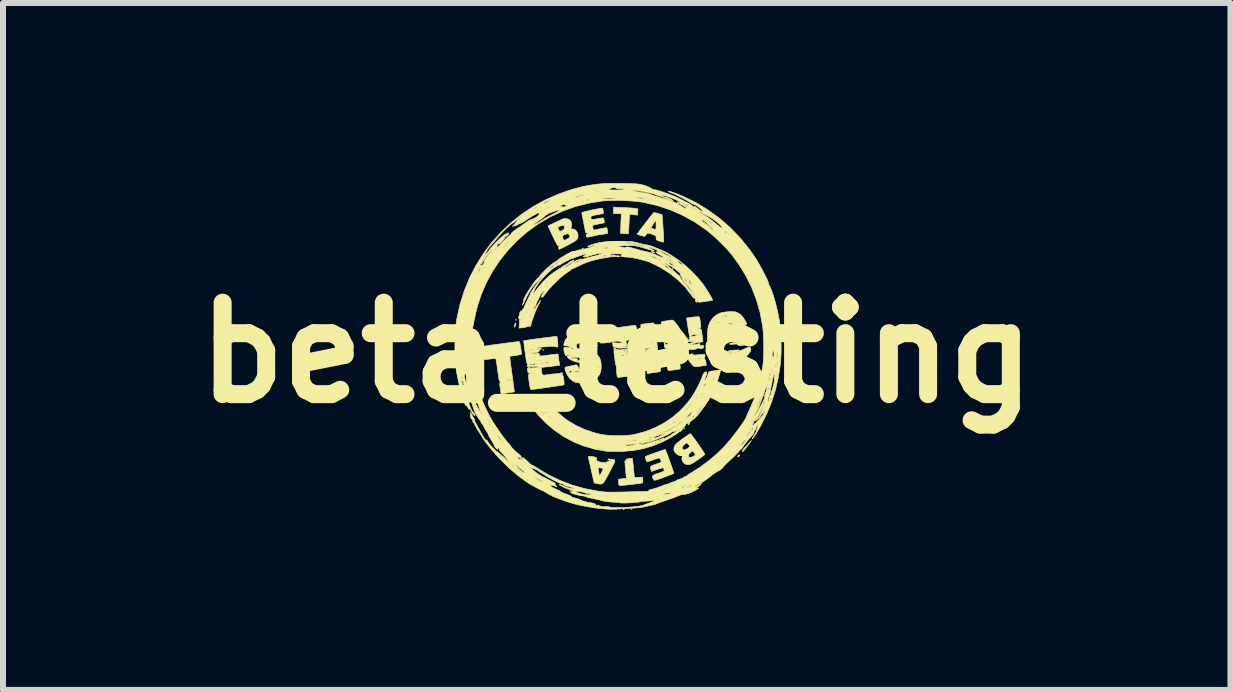
<source format=kicad_pcb>
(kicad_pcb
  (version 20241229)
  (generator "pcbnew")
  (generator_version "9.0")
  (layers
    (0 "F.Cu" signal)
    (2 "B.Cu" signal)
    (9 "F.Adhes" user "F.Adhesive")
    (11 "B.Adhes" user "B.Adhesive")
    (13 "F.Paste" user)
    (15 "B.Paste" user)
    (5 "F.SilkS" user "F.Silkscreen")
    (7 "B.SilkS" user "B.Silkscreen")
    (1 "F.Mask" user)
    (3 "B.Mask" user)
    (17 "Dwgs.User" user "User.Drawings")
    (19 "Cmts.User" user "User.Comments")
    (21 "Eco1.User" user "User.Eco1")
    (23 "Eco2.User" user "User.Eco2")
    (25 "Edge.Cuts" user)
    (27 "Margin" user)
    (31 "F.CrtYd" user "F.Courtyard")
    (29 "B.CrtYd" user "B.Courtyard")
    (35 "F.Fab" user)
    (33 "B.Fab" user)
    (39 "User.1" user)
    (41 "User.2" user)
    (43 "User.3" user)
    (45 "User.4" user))
  (footprint "beta_testing"
    (layer "F.Cu")
    (at 7.228 2.829)
    (property "Reference" "beta_testing" (at 0 0 0) (layer "F.SilkS") (effects (font (size 1.524 1.524) (thickness 0.3))))
    (attr through_hole)
    (fp_poly (pts (xy -2.434 0.99) (xy -2.439 0.995) (xy -2.445 0.99) (xy -2.439 0.984) (xy -2.434 0.99)) (stroke (width 0.01) (type solid)) (fill yes) (layer "F.SilkS"))
    (fp_poly (pts (xy -1.598 -0.693) (xy -1.603 -0.688) (xy -1.609 -0.693) (xy -1.603 -0.699) (xy -1.598 -0.693)) (stroke (width 0.01) (type solid)) (fill yes) (layer "F.SilkS"))
    (fp_poly (pts (xy -0.91 -1.423) (xy -0.915 -1.418) (xy -0.921 -1.423) (xy -0.915 -1.429) (xy -0.91 -1.423)) (stroke (width 0.01) (type solid)) (fill yes) (layer "F.SilkS"))
    (fp_poly (pts (xy 0.254 2.609) (xy 0.249 2.614) (xy 0.243 2.609) (xy 0.249 2.603) (xy 0.254 2.609)) (stroke (width 0.01) (type solid)) (fill yes) (layer "F.SilkS"))
    (fp_poly (pts (xy 2 -0.206) (xy 1.995 -0.201) (xy 1.99 -0.206) (xy 1.995 -0.212) (xy 2 -0.206)) (stroke (width 0.01) (type solid)) (fill yes) (layer "F.SilkS"))
    (fp_poly (pts (xy -1.676 -0.557) (xy -1.674 -0.545) (xy -1.676 -0.543) (xy -1.682 -0.545) (xy -1.683 -0.55) (xy -1.679 -0.559) (xy -1.676 -0.557)) (stroke (width 0.01) (type solid)) (fill yes) (layer "F.SilkS"))
    (fp_poly (pts (xy -1.221 -0.049) (xy -1.222 -0.043) (xy -1.228 -0.042) (xy -1.236 -0.046) (xy -1.235 -0.049) (xy -1.222 -0.051) (xy -1.221 -0.049)) (stroke (width 0.01) (type solid)) (fill yes) (layer "F.SilkS"))
    (fp_poly (pts (xy -0.766 2.3) (xy -0.767 2.306) (xy -0.773 2.307) (xy -0.781 2.303) (xy -0.78 2.3) (xy -0.767 2.299) (xy -0.766 2.3)) (stroke (width 0.01) (type solid)) (fill yes) (layer "F.SilkS"))
    (fp_poly (pts (xy -0.321 -0.123) (xy -0.322 -0.117) (xy -0.328 -0.116) (xy -0.337 -0.12) (xy -0.335 -0.123) (xy -0.323 -0.125) (xy -0.321 -0.123)) (stroke (width 0.01) (type solid)) (fill yes) (layer "F.SilkS"))
    (fp_poly (pts (xy 0.123 2.607) (xy 0.122 2.613) (xy 0.116 2.614) (xy 0.108 2.61) (xy 0.109 2.607) (xy 0.122 2.606) (xy 0.123 2.607)) (stroke (width 0.01) (type solid)) (fill yes) (layer "F.SilkS"))
    (fp_poly (pts (xy 0.737 1.369) (xy 0.736 1.375) (xy 0.73 1.376) (xy 0.722 1.372) (xy 0.723 1.369) (xy 0.736 1.368) (xy 0.737 1.369)) (stroke (width 0.01) (type solid)) (fill yes) (layer "F.SilkS"))
    (fp_poly (pts (xy 2.526 0.776) (xy 2.527 0.789) (xy 2.526 0.79) (xy 2.52 0.789) (xy 2.519 0.783) (xy 2.523 0.774) (xy 2.526 0.776)) (stroke (width 0.01) (type solid)) (fill yes) (layer "F.SilkS"))
    (fp_poly (pts (xy -0.555 -1.744) (xy -0.559 -1.736) (xy -0.568 -1.731) (xy -0.581 -1.728) (xy -0.576 -1.736) (xy -0.574 -1.737) (xy -0.56 -1.745) (xy -0.555 -1.744)) (stroke (width 0.01) (type solid)) (fill yes) (layer "F.SilkS"))
    (fp_poly (pts (xy 0.93 -1.403) (xy 0.941 -1.393) (xy 0.939 -1.387) (xy 0.937 -1.386) (xy 0.928 -1.394) (xy 0.925 -1.399) (xy 0.924 -1.406) (xy 0.93 -1.403)) (stroke (width 0.01) (type solid)) (fill yes) (layer "F.SilkS"))
    (fp_poly (pts (xy 2.251 1.276) (xy 2.245 1.283) (xy 2.236 1.29) (xy 2.238 1.279) (xy 2.239 1.277) (xy 2.247 1.265) (xy 2.252 1.264) (xy 2.251 1.276)) (stroke (width 0.01) (type solid)) (fill yes) (layer "F.SilkS"))
    (fp_poly (pts (xy -0.016 -0.07) (xy -0.016 -0.064) (xy -0.031 -0.054) (xy -0.038 -0.053) (xy -0.051 -0.059) (xy -0.053 -0.064) (xy -0.044 -0.072) (xy -0.031 -0.074) (xy -0.016 -0.07)) (stroke (width 0.01) (type solid)) (fill yes) (layer "F.SilkS"))
    (fp_poly (pts (xy 0.81 -0.164) (xy 0.81 -0.159) (xy 0.801 -0.149) (xy 0.799 -0.148) (xy 0.791 -0.156) (xy 0.788 -0.159) (xy 0.791 -0.168) (xy 0.799 -0.169) (xy 0.81 -0.164)) (stroke (width 0.01) (type solid)) (fill yes) (layer "F.SilkS"))
    (fp_poly (pts (xy 1.129 1.256) (xy 1.127 1.259) (xy 1.117 1.27) (xy 1.115 1.27) (xy 1.115 1.263) (xy 1.117 1.259) (xy 1.127 1.249) (xy 1.128 1.249) (xy 1.129 1.256)) (stroke (width 0.01) (type solid)) (fill yes) (layer "F.SilkS"))
    (fp_poly (pts (xy 1.151 -0.007) (xy 1.154 -0.004) (xy 1.14 -0.003) (xy 1.132 -0.002) (xy 1.113 -0.004) (xy 1.111 -0.006) (xy 1.114 -0.007) (xy 1.141 -0.009) (xy 1.151 -0.007)) (stroke (width 0.01) (type solid)) (fill yes) (layer "F.SilkS"))
    (fp_poly (pts (xy 1.746 -0.211) (xy 1.738 -0.202) (xy 1.73 -0.201) (xy 1.716 -0.203) (xy 1.714 -0.205) (xy 1.723 -0.212) (xy 1.73 -0.215) (xy 1.744 -0.216) (xy 1.746 -0.211)) (stroke (width 0.01) (type solid)) (fill yes) (layer "F.SilkS"))
    (fp_poly (pts (xy 0.605 -1.685) (xy 0.621 -1.677) (xy 0.634 -1.666) (xy 0.635 -1.663) (xy 0.622 -1.666) (xy 0.598 -1.671) (xy 0.578 -1.677) (xy 0.578 -1.682) (xy 0.584 -1.685) (xy 0.605 -1.685)) (stroke (width 0.01) (type solid)) (fill yes) (layer "F.SilkS"))
    (fp_poly (pts (xy 2.05 1.707) (xy 2.044 1.719) (xy 2.043 1.72) (xy 2.027 1.733) (xy 2.02 1.736) (xy 2.016 1.728) (xy 2.018 1.72) (xy 2.032 1.706) (xy 2.04 1.704) (xy 2.05 1.707)) (stroke (width 0.01) (type solid)) (fill yes) (layer "F.SilkS"))
    (fp_poly (pts (xy -1.684 -0.485) (xy -1.684 -0.482) (xy -1.688 -0.454) (xy -1.693 -0.439) (xy -1.7 -0.426) (xy -1.703 -0.432) (xy -1.703 -0.445) (xy -1.699 -0.472) (xy -1.693 -0.487) (xy -1.686 -0.496) (xy -1.684 -0.485)) (stroke (width 0.01) (type solid)) (fill yes) (layer "F.SilkS"))
    (fp_poly (pts (xy 1.176 0.012) (xy 1.185 0.015) (xy 1.185 0.015) (xy 1.176 0.019) (xy 1.154 0.023) (xy 1.154 0.023) (xy 1.131 0.024) (xy 1.122 0.02) (xy 1.122 0.019) (xy 1.131 0.013) (xy 1.153 0.011) (xy 1.154 0.011) (xy 1.176 0.012)) (stroke (width 0.01) (type solid)) (fill yes) (layer "F.SilkS"))
    (fp_poly (pts (xy 1.115 -0.047) (xy 1.127 -0.036) (xy 1.121 -0.026) (xy 1.103 -0.021) (xy 1.091 -0.023) (xy 1.099 -0.03) (xy 1.101 -0.032) (xy 1.111 -0.04) (xy 1.102 -0.042) (xy 1.102 -0.042) (xy 1.091 -0.045) (xy 1.092 -0.048) (xy 1.105 -0.049) (xy 1.115 -0.047)) (stroke (width 0.01) (type solid)) (fill yes) (layer "F.SilkS"))
    (fp_poly (pts (xy 2.239 1.47) (xy 2.232 1.482) (xy 2.215 1.505) (xy 2.192 1.536) (xy 2.166 1.57) (xy 2.141 1.603) (xy 2.119 1.63) (xy 2.104 1.647) (xy 2.099 1.651) (xy 2.096 1.642) (xy 2.095 1.635) (xy 2.103 1.618) (xy 2.121 1.595) (xy 2.135 1.579) (xy 2.166 1.547) (xy 2.2 1.51) (xy 2.216 1.492) (xy 2.236 1.469) (xy 2.244 1.462) (xy 2.239 1.47)) (stroke (width 0.01) (type solid)) (fill yes) (layer "F.SilkS"))
    (fp_poly (pts (xy 0.108 -2.419) (xy 0.19 -2.416) (xy 0.252 -2.412) (xy 0.298 -2.408) (xy 0.329 -2.403) (xy 0.347 -2.398) (xy 0.355 -2.392) (xy 0.355 -2.384) (xy 0.351 -2.364) (xy 0.349 -2.334) (xy 0.349 -2.331) (xy 0.349 -2.294) (xy 0.28 -2.301) (xy 0.212 -2.308) (xy 0.21 -2.257) (xy 0.209 -2.225) (xy 0.207 -2.178) (xy 0.204 -2.126) (xy 0.202 -2.095) (xy 0.196 -1.984) (xy 0.164 -1.983) (xy 0.13 -1.984) (xy 0.097 -1.987) (xy 0.062 -1.991) (xy 0.077 -2.318) (xy -0.053 -2.318) (xy -0.053 -2.427) (xy 0.108 -2.419)) (stroke (width 0.01) (type solid)) (fill yes) (layer "F.SilkS"))
    (fp_poly (pts (xy 0.26 1.76) (xy 0.263 1.771) (xy 0.267 1.8) (xy 0.271 1.84) (xy 0.275 1.879) (xy 0.28 1.932) (xy 0.285 1.981) (xy 0.289 2.02) (xy 0.291 2.037) (xy 0.297 2.08) (xy 0.365 2.076) (xy 0.434 2.073) (xy 0.434 2.116) (xy 0.434 2.145) (xy 0.434 2.164) (xy 0.434 2.167) (xy 0.424 2.17) (xy 0.398 2.175) (xy 0.358 2.181) (xy 0.309 2.187) (xy 0.254 2.194) (xy 0.199 2.2) (xy 0.147 2.205) (xy 0.101 2.209) (xy 0.067 2.211) (xy 0.061 2.211) (xy 0.044 2.21) (xy 0.035 2.203) (xy 0.032 2.183) (xy 0.032 2.16) (xy 0.032 2.107) (xy 0.097 2.1) (xy 0.161 2.092) (xy 0.155 2.033) (xy 0.151 1.992) (xy 0.147 1.941) (xy 0.142 1.89) (xy 0.142 1.888) (xy 0.138 1.836) (xy 0.159 1.836) (xy 0.164 1.841) (xy 0.169 1.836) (xy 0.164 1.831) (xy 0.159 1.836) (xy 0.138 1.836) (xy 0.135 1.802) (xy 0.165 1.791) (xy 0.196 1.78) (xy 0.164 1.778) (xy 0.153 1.775) (xy 0.164 1.771) (xy 0.194 1.765) (xy 0.228 1.761) (xy 0.252 1.759) (xy 0.26 1.76)) (stroke (width 0.01) (type solid)) (fill yes) (layer "F.SilkS"))
    (fp_poly (pts (xy 1.746 -0.177) (xy 1.755 -0.174) (xy 1.757 -0.171) (xy 1.749 -0.157) (xy 1.738 -0.149) (xy 1.726 -0.141) (xy 1.734 -0.138) (xy 1.741 -0.138) (xy 1.758 -0.131) (xy 1.775 -0.116) (xy 1.786 -0.1) (xy 1.786 -0.089) (xy 1.774 -0.086) (xy 1.748 -0.082) (xy 1.73 -0.08) (xy 1.703 -0.078) (xy 1.69 -0.079) (xy 1.691 -0.081) (xy 1.703 -0.091) (xy 1.704 -0.095) (xy 1.696 -0.1) (xy 1.68 -0.097) (xy 1.663 -0.089) (xy 1.655 -0.08) (xy 1.642 -0.072) (xy 1.616 -0.066) (xy 1.603 -0.065) (xy 1.571 -0.066) (xy 1.553 -0.074) (xy 1.545 -0.085) (xy 1.54 -0.098) (xy 1.546 -0.104) (xy 1.567 -0.107) (xy 1.579 -0.107) (xy 1.617 -0.11) (xy 1.623 -0.111) (xy 1.736 -0.111) (xy 1.741 -0.106) (xy 1.746 -0.111) (xy 1.741 -0.116) (xy 1.736 -0.111) (xy 1.623 -0.111) (xy 1.651 -0.116) (xy 1.656 -0.117) (xy 1.665 -0.121) (xy 1.653 -0.122) (xy 1.622 -0.121) (xy 1.613 -0.12) (xy 1.572 -0.118) (xy 1.548 -0.119) (xy 1.535 -0.125) (xy 1.531 -0.131) (xy 1.533 -0.15) (xy 1.554 -0.162) (xy 1.577 -0.166) (xy 1.644 -0.173) (xy 1.693 -0.176) (xy 1.726 -0.178) (xy 1.746 -0.177)) (stroke (width 0.01) (type solid)) (fill yes) (layer "F.SilkS"))
    (fp_poly (pts (xy 1.275 0.021) (xy 1.272 0.031) (xy 1.262 0.036) (xy 1.262 0.038) (xy 1.279 0.038) (xy 1.307 0.037) (xy 1.342 0.035) (xy 1.378 0.032) (xy 1.412 0.029) (xy 1.437 0.026) (xy 1.442 0.025) (xy 1.462 0.023) (xy 1.47 0.033) (xy 1.471 0.052) (xy 1.468 0.075) (xy 1.459 0.085) (xy 1.458 0.085) (xy 1.454 0.089) (xy 1.463 0.098) (xy 1.474 0.116) (xy 1.484 0.146) (xy 1.486 0.16) (xy 1.493 0.209) (xy 1.413 0.221) (xy 1.36 0.229) (xy 1.323 0.232) (xy 1.296 0.228) (xy 1.273 0.215) (xy 1.251 0.192) (xy 1.222 0.155) (xy 1.212 0.141) (xy 1.184 0.103) (xy 1.175 0.09) (xy 1.312 0.09) (xy 1.318 0.095) (xy 1.319 0.094) (xy 1.344 0.094) (xy 1.353 0.099) (xy 1.374 0.101) (xy 1.399 0.1) (xy 1.418 0.097) (xy 1.423 0.094) (xy 1.417 0.09) (xy 1.397 0.087) (xy 1.386 0.086) (xy 1.36 0.087) (xy 1.345 0.092) (xy 1.344 0.094) (xy 1.319 0.094) (xy 1.323 0.09) (xy 1.318 0.085) (xy 1.312 0.09) (xy 1.175 0.09) (xy 1.161 0.071) (xy 1.147 0.049) (xy 1.143 0.041) (xy 1.152 0.035) (xy 1.175 0.032) (xy 1.179 0.032) (xy 1.213 0.029) (xy 1.242 0.022) (xy 1.265 0.017) (xy 1.275 0.021)) (stroke (width 0.01) (type solid)) (fill yes) (layer "F.SilkS"))
    (fp_poly (pts (xy -0.414 1.73) (xy -0.411 1.73) (xy -0.367 1.738) (xy -0.341 1.747) (xy -0.333 1.761) (xy -0.335 1.772) (xy -0.333 1.789) (xy -0.326 1.801) (xy -0.31 1.811) (xy -0.282 1.819) (xy -0.248 1.826) (xy -0.215 1.829) (xy -0.187 1.829) (xy -0.171 1.825) (xy -0.169 1.822) (xy -0.16 1.814) (xy -0.135 1.809) (xy -0.124 1.809) (xy -0.079 1.808) (xy -0.114 1.797) (xy -0.139 1.785) (xy -0.148 1.775) (xy -0.138 1.769) (xy -0.115 1.771) (xy -0.086 1.776) (xy -0.065 1.778) (xy -0.047 1.779) (xy -0.036 1.784) (xy -0.032 1.795) (xy -0.034 1.813) (xy -0.045 1.842) (xy -0.065 1.883) (xy -0.093 1.938) (xy -0.123 1.994) (xy -0.158 2.06) (xy -0.185 2.11) (xy -0.206 2.146) (xy -0.224 2.169) (xy -0.24 2.183) (xy -0.258 2.188) (xy -0.278 2.188) (xy -0.304 2.184) (xy -0.325 2.181) (xy -0.354 2.175) (xy -0.372 2.17) (xy -0.374 2.169) (xy -0.378 2.158) (xy -0.385 2.129) (xy -0.395 2.086) (xy -0.408 2.032) (xy -0.421 1.97) (xy -0.423 1.963) (xy -0.434 1.913) (xy -0.309 1.913) (xy -0.301 1.975) (xy -0.296 2.01) (xy -0.291 2.037) (xy -0.288 2.047) (xy -0.281 2.043) (xy -0.268 2.025) (xy -0.252 1.996) (xy -0.237 1.964) (xy -0.227 1.94) (xy -0.226 1.93) (xy -0.238 1.925) (xy -0.263 1.92) (xy -0.27 1.919) (xy -0.309 1.913) (xy -0.434 1.913) (xy -0.437 1.9) (xy -0.45 1.842) (xy -0.461 1.795) (xy -0.466 1.773) (xy -0.36 1.773) (xy -0.355 1.778) (xy -0.349 1.773) (xy -0.355 1.767) (xy -0.36 1.773) (xy -0.466 1.773) (xy -0.468 1.76) (xy -0.473 1.743) (xy -0.473 1.742) (xy -0.474 1.732) (xy -0.468 1.727) (xy -0.449 1.727) (xy -0.414 1.73)) (stroke (width 0.01) (type solid)) (fill yes) (layer "F.SilkS"))
    (fp_poly (pts (xy 0.634 -2.334) (xy 0.663 -2.328) (xy 0.694 -2.32) (xy 0.757 -2.301) (xy 0.769 -2.132) (xy 0.775 -2.037) (xy 0.78 -1.962) (xy 0.782 -1.906) (xy 0.781 -1.869) (xy 0.779 -1.848) (xy 0.775 -1.843) (xy 0.761 -1.846) (xy 0.734 -1.854) (xy 0.712 -1.861) (xy 0.68 -1.872) (xy 0.663 -1.882) (xy 0.657 -1.896) (xy 0.656 -1.91) (xy 0.72 -1.91) (xy 0.725 -1.905) (xy 0.73 -1.91) (xy 0.725 -1.916) (xy 0.72 -1.91) (xy 0.656 -1.91) (xy 0.656 -1.917) (xy 0.655 -1.937) (xy 0.65 -1.95) (xy 0.636 -1.959) (xy 0.608 -1.969) (xy 0.585 -1.977) (xy 0.545 -1.988) (xy 0.52 -1.991) (xy 0.503 -1.985) (xy 0.488 -1.968) (xy 0.477 -1.949) (xy 0.469 -1.942) (xy 0.453 -1.942) (xy 0.425 -1.948) (xy 0.406 -1.954) (xy 0.373 -1.964) (xy 0.349 -1.972) (xy 0.341 -1.975) (xy 0.345 -1.984) (xy 0.361 -2.006) (xy 0.385 -2.039) (xy 0.393 -2.05) (xy 0.575 -2.05) (xy 0.576 -2.043) (xy 0.582 -2.043) (xy 0.591 -2.046) (xy 0.589 -2.05) (xy 0.577 -2.051) (xy 0.575 -2.05) (xy 0.393 -2.05) (xy 0.416 -2.08) (xy 0.417 -2.082) (xy 0.572 -2.082) (xy 0.573 -2.081) (xy 0.585 -2.075) (xy 0.608 -2.066) (xy 0.632 -2.058) (xy 0.648 -2.054) (xy 0.648 -2.054) (xy 0.652 -2.063) (xy 0.655 -2.088) (xy 0.656 -2.124) (xy 0.656 -2.127) (xy 0.655 -2.164) (xy 0.654 -2.19) (xy 0.651 -2.201) (xy 0.651 -2.201) (xy 0.643 -2.193) (xy 0.628 -2.173) (xy 0.609 -2.146) (xy 0.592 -2.118) (xy 0.578 -2.095) (xy 0.572 -2.082) (xy 0.417 -2.082) (xy 0.45 -2.125) (xy 0.487 -2.173) (xy 0.523 -2.219) (xy 0.556 -2.261) (xy 0.584 -2.296) (xy 0.605 -2.322) (xy 0.617 -2.334) (xy 0.618 -2.335) (xy 0.634 -2.334)) (stroke (width 0.01) (type solid)) (fill yes) (layer "F.SilkS"))
    (fp_poly (pts (xy 0.816 1.623) (xy 0.826 1.65) (xy 0.841 1.69) (xy 0.859 1.738) (xy 0.878 1.792) (xy 0.897 1.846) (xy 0.916 1.899) (xy 0.932 1.945) (xy 0.944 1.981) (xy 0.951 2.003) (xy 0.953 2.009) (xy 0.943 2.014) (xy 0.918 2.025) (xy 0.881 2.04) (xy 0.835 2.057) (xy 0.786 2.075) (xy 0.738 2.093) (xy 0.693 2.108) (xy 0.657 2.12) (xy 0.633 2.126) (xy 0.627 2.127) (xy 0.617 2.118) (xy 0.605 2.096) (xy 0.603 2.089) (xy 0.597 2.07) (xy 0.596 2.056) (xy 0.603 2.045) (xy 0.621 2.035) (xy 0.653 2.022) (xy 0.701 2.006) (xy 0.706 2.004) (xy 0.748 1.989) (xy 0.774 1.978) (xy 0.787 1.969) (xy 0.79 1.959) (xy 0.788 1.947) (xy 0.781 1.925) (xy 0.776 1.916) (xy 0.765 1.917) (xy 0.738 1.924) (xy 0.701 1.936) (xy 0.676 1.944) (xy 0.581 1.978) (xy 0.572 1.953) (xy 0.562 1.926) (xy 0.561 1.907) (xy 0.57 1.893) (xy 0.592 1.88) (xy 0.631 1.865) (xy 0.646 1.86) (xy 0.686 1.845) (xy 0.718 1.834) (xy 0.736 1.826) (xy 0.739 1.825) (xy 0.74 1.813) (xy 0.737 1.797) (xy 0.729 1.772) (xy 0.719 1.758) (xy 0.702 1.755) (xy 0.675 1.761) (xy 0.633 1.775) (xy 0.629 1.777) (xy 0.576 1.796) (xy 0.54 1.808) (xy 0.516 1.814) (xy 0.503 1.814) (xy 0.495 1.806) (xy 0.49 1.792) (xy 0.486 1.778) (xy 0.479 1.751) (xy 0.479 1.741) (xy 0.55 1.741) (xy 0.556 1.746) (xy 0.561 1.741) (xy 0.556 1.736) (xy 0.55 1.741) (xy 0.479 1.741) (xy 0.478 1.732) (xy 0.479 1.729) (xy 0.492 1.723) (xy 0.519 1.712) (xy 0.558 1.697) (xy 0.604 1.68) (xy 0.654 1.663) (xy 0.703 1.646) (xy 0.747 1.631) (xy 0.783 1.619) (xy 0.805 1.613) (xy 0.811 1.612) (xy 0.816 1.623)) (stroke (width 0.01) (type solid)) (fill yes) (layer "F.SilkS"))
    (fp_poly (pts (xy 1.235 1.354) (xy 1.252 1.375) (xy 1.277 1.409) (xy 1.307 1.45) (xy 1.339 1.495) (xy 1.372 1.543) (xy 1.404 1.589) (xy 1.431 1.63) (xy 1.453 1.663) (xy 1.466 1.685) (xy 1.468 1.69) (xy 1.461 1.7) (xy 1.441 1.718) (xy 1.409 1.742) (xy 1.371 1.77) (xy 1.33 1.798) (xy 1.29 1.824) (xy 1.254 1.845) (xy 1.227 1.859) (xy 1.218 1.862) (xy 1.187 1.865) (xy 1.153 1.859) (xy 1.12 1.839) (xy 1.096 1.807) (xy 1.086 1.771) (xy 1.09 1.742) (xy 1.095 1.724) (xy 1.089 1.716) (xy 1.068 1.715) (xy 1.062 1.714) (xy 1.041 1.709) (xy 1.196 1.709) (xy 1.202 1.736) (xy 1.221 1.746) (xy 1.252 1.739) (xy 1.278 1.725) (xy 1.313 1.704) (xy 1.295 1.672) (xy 1.28 1.651) (xy 1.268 1.641) (xy 1.267 1.64) (xy 1.247 1.648) (xy 1.224 1.667) (xy 1.204 1.69) (xy 1.196 1.709) (xy 1.196 1.709) (xy 1.041 1.709) (xy 1.027 1.706) (xy 0.994 1.684) (xy 0.967 1.655) (xy 0.953 1.623) (xy 0.953 1.615) (xy 0.955 1.582) (xy 0.956 1.581) (xy 1.09 1.581) (xy 1.097 1.609) (xy 1.116 1.619) (xy 1.146 1.614) (xy 1.18 1.595) (xy 1.203 1.578) (xy 1.216 1.564) (xy 1.217 1.561) (xy 1.21 1.546) (xy 1.195 1.525) (xy 1.179 1.509) (xy 1.169 1.503) (xy 1.149 1.511) (xy 1.125 1.53) (xy 1.104 1.554) (xy 1.091 1.575) (xy 1.09 1.581) (xy 0.956 1.581) (xy 0.966 1.553) (xy 0.987 1.525) (xy 0.993 1.519) (xy 1.037 1.519) (xy 1.042 1.524) (xy 1.048 1.519) (xy 1.042 1.513) (xy 1.037 1.519) (xy 0.993 1.519) (xy 1.02 1.493) (xy 1.068 1.456) (xy 1.1 1.432) (xy 1.144 1.402) (xy 1.182 1.376) (xy 1.21 1.357) (xy 1.226 1.347) (xy 1.227 1.346) (xy 1.235 1.354)) (stroke (width 0.01) (type solid)) (fill yes) (layer "F.SilkS"))
    (fp_poly (pts (xy -0.235 -2.409) (xy -0.231 -2.396) (xy -0.227 -2.371) (xy -0.225 -2.362) (xy -0.22 -2.32) (xy -0.327 -2.301) (xy -0.378 -2.291) (xy -0.41 -2.282) (xy -0.428 -2.272) (xy -0.433 -2.259) (xy -0.429 -2.242) (xy -0.425 -2.232) (xy -0.42 -2.225) (xy -0.41 -2.221) (xy -0.391 -2.222) (xy -0.358 -2.227) (xy -0.323 -2.234) (xy -0.28 -2.241) (xy -0.246 -2.246) (xy -0.225 -2.246) (xy -0.22 -2.245) (xy -0.215 -2.231) (xy -0.21 -2.205) (xy -0.21 -2.202) (xy -0.206 -2.166) (xy -0.301 -2.146) (xy -0.343 -2.138) (xy -0.376 -2.13) (xy -0.396 -2.124) (xy -0.4 -2.122) (xy -0.401 -2.11) (xy -0.399 -2.085) (xy -0.398 -2.08) (xy -0.391 -2.055) (xy -0.38 -2.046) (xy -0.367 -2.047) (xy -0.293 -2.063) (xy -0.238 -2.074) (xy -0.199 -2.081) (xy -0.176 -2.084) (xy -0.166 -2.084) (xy -0.165 -2.084) (xy -0.162 -2.072) (xy -0.157 -2.046) (xy -0.155 -2.036) (xy -0.148 -1.991) (xy -0.202 -1.98) (xy -0.238 -1.973) (xy -0.269 -1.969) (xy -0.279 -1.968) (xy -0.301 -1.966) (xy -0.336 -1.959) (xy -0.378 -1.949) (xy -0.386 -1.947) (xy -0.438 -1.935) (xy -0.473 -1.928) (xy -0.494 -1.928) (xy -0.504 -1.934) (xy -0.508 -1.946) (xy -0.508 -1.95) (xy -0.472 -1.95) (xy -0.461 -1.948) (xy -0.448 -1.95) (xy -0.447 -1.954) (xy -0.462 -1.956) (xy -0.468 -1.955) (xy -0.472 -1.95) (xy -0.508 -1.95) (xy -0.508 -1.953) (xy -0.504 -1.972) (xy -0.488 -1.979) (xy -0.479 -1.98) (xy -0.461 -1.981) (xy -0.461 -1.984) (xy -0.48 -1.99) (xy -0.484 -1.991) (xy -0.507 -1.998) (xy -0.519 -2.003) (xy -0.519 -2.003) (xy -0.521 -2.014) (xy -0.526 -2.042) (xy -0.534 -2.083) (xy -0.544 -2.134) (xy -0.55 -2.164) (xy -0.561 -2.22) (xy -0.571 -2.269) (xy -0.578 -2.307) (xy -0.582 -2.33) (xy -0.582 -2.335) (xy -0.572 -2.34) (xy -0.546 -2.348) (xy -0.507 -2.358) (xy -0.46 -2.369) (xy -0.408 -2.381) (xy -0.357 -2.391) (xy -0.31 -2.4) (xy -0.271 -2.406) (xy -0.245 -2.409) (xy -0.235 -2.409)) (stroke (width 0.01) (type solid)) (fill yes) (layer "F.SilkS"))
    (fp_poly (pts (xy 0.175 -0.056) (xy 0.176 -0.039) (xy 0.167 -0.021) (xy 0.155 -0.012) (xy 0.132 0.000111) (xy 0.156 -0.006) (xy 0.175 -0.006) (xy 0.18 0.004) (xy 0.172 0.021) (xy 0.167 0.025) (xy 0.162 0.029) (xy 0.17 0.031) (xy 0.177 0.035) (xy 0.184 0.048) (xy 0.19 0.073) (xy 0.198 0.113) (xy 0.207 0.17) (xy 0.211 0.201) (xy 0.219 0.258) (xy 0.225 0.309) (xy 0.228 0.348) (xy 0.229 0.373) (xy 0.229 0.379) (xy 0.216 0.385) (xy 0.188 0.392) (xy 0.156 0.396) (xy 0.113 0.401) (xy 0.073 0.406) (xy 0.051 0.409) (xy 0.025 0.412) (xy 0.013 0.405) (xy 0.006 0.385) (xy 0.005 0.377) (xy 0.001 0.344) (xy -0.003 0.302) (xy -0.004 0.275) (xy -0.006 0.242) (xy -0.009 0.219) (xy -0.012 0.212) (xy -0.016 0.202) (xy -0.021 0.176) (xy -0.027 0.137) (xy -0.028 0.132) (xy 0.169 0.132) (xy 0.175 0.138) (xy 0.18 0.132) (xy 0.175 0.127) (xy 0.169 0.132) (xy -0.028 0.132) (xy -0.029 0.124) (xy 0.102 0.124) (xy 0.116 0.125) (xy 0.131 0.124) (xy 0.13 0.12) (xy 0.108 0.119) (xy 0.103 0.12) (xy 0.102 0.124) (xy -0.029 0.124) (xy -0.031 0.108) (xy -0.037 0.062) (xy -0.039 0.042) (xy 0.079 0.042) (xy 0.083 0.051) (xy 0.095 0.053) (xy 0.112 0.049) (xy 0.116 0.042) (xy 0.108 0.033) (xy 0.101 0.032) (xy 0.083 0.038) (xy 0.079 0.042) (xy -0.039 0.042) (xy -0.042 0.021) (xy -0.043 0.016) (xy 0.053 0.016) (xy 0.058 0.021) (xy 0.064 0.016) (xy 0.058 0.011) (xy 0.053 0.016) (xy -0.043 0.016) (xy -0.046 -0.008) (xy -0.048 -0.016) (xy -0.045 -0.034) (xy 0.11 -0.034) (xy 0.111 -0.032) (xy 0.124 -0.027) (xy 0.138 -0.029) (xy 0.152 -0.036) (xy 0.147 -0.043) (xy 0.13 -0.047) (xy 0.115 -0.043) (xy 0.11 -0.034) (xy -0.045 -0.034) (xy -0.045 -0.035) (xy -0.025 -0.05) (xy -0.02 -0.052) (xy 0.006 -0.06) (xy 0.019 -0.056) (xy 0.02 -0.055) (xy 0.032 -0.048) (xy 0.06 -0.049) (xy 0.09 -0.053) (xy 0.126 -0.059) (xy 0.153 -0.062) (xy 0.164 -0.063) (xy 0.175 -0.056)) (stroke (width 0.01) (type solid)) (fill yes) (layer "F.SilkS"))
    (fp_poly (pts (xy -0.803 -2.226) (xy -0.772 -2.204) (xy -0.767 -2.198) (xy -0.755 -2.166) (xy -0.752 -2.126) (xy -0.76 -2.089) (xy -0.762 -2.084) (xy -0.767 -2.071) (xy -0.76 -2.065) (xy -0.737 -2.064) (xy -0.7 -2.054) (xy -0.672 -2.03) (xy -0.652 -1.995) (xy -0.644 -1.955) (xy -0.649 -1.916) (xy -0.668 -1.881) (xy -0.671 -1.879) (xy -0.687 -1.867) (xy -0.716 -1.849) (xy -0.755 -1.827) (xy -0.8 -1.802) (xy -0.846 -1.778) (xy -0.889 -1.756) (xy -0.925 -1.738) (xy -0.95 -1.727) (xy -0.958 -1.725) (xy -0.966 -1.733) (xy -0.97 -1.742) (xy -0.968 -1.763) (xy -0.957 -1.774) (xy -0.946 -1.785) (xy -0.948 -1.789) (xy -0.965 -1.782) (xy -0.97 -1.778) (xy -0.978 -1.781) (xy -0.993 -1.802) (xy -1.014 -1.841) (xy -1.023 -1.857) (xy -0.815 -1.857) (xy -0.81 -1.852) (xy -0.804 -1.857) (xy -0.81 -1.863) (xy -0.815 -1.857) (xy -1.023 -1.857) (xy -1.043 -1.898) (xy -1.058 -1.929) (xy -0.904 -1.929) (xy -0.897 -1.907) (xy -0.887 -1.885) (xy -0.876 -1.876) (xy -0.859 -1.879) (xy -0.773 -1.879) (xy -0.767 -1.873) (xy -0.762 -1.879) (xy -0.767 -1.884) (xy -0.773 -1.879) (xy -0.859 -1.879) (xy -0.858 -1.879) (xy -0.828 -1.893) (xy -0.826 -1.894) (xy -0.793 -1.915) (xy -0.779 -1.936) (xy -0.785 -1.959) (xy -0.792 -1.967) (xy -0.805 -1.98) (xy -0.82 -1.983) (xy -0.844 -1.976) (xy -0.851 -1.974) (xy -0.885 -1.96) (xy -0.901 -1.947) (xy -0.904 -1.929) (xy -1.058 -1.929) (xy -1.062 -1.936) (xy -1.088 -1.991) (xy -1.111 -2.039) (xy -1.128 -2.077) (xy -1.134 -2.09) (xy -0.982 -2.09) (xy -0.981 -2.079) (xy -0.972 -2.059) (xy -0.959 -2.038) (xy -0.948 -2.024) (xy -0.944 -2.021) (xy -0.931 -2.027) (xy -0.908 -2.039) (xy -0.902 -2.042) (xy -0.878 -2.064) (xy -0.867 -2.089) (xy -0.872 -2.11) (xy -0.888 -2.122) (xy -0.909 -2.121) (xy -0.939 -2.113) (xy -0.968 -2.1) (xy -0.982 -2.09) (xy -1.134 -2.09) (xy -1.14 -2.102) (xy -1.143 -2.111) (xy -1.134 -2.117) (xy -1.11 -2.13) (xy -1.075 -2.147) (xy -1.034 -2.167) (xy -0.99 -2.188) (xy -0.949 -2.207) (xy -0.913 -2.223) (xy -0.889 -2.233) (xy -0.884 -2.234) (xy -0.844 -2.237) (xy -0.803 -2.226)) (stroke (width 0.01) (type solid)) (fill yes) (layer "F.SilkS"))
    (fp_poly (pts (xy 0.317 -0.45) (xy 0.327 -0.422) (xy 0.337 -0.38) (xy 0.346 -0.324) (xy 0.351 -0.275) (xy 0.354 -0.239) (xy 0.26 -0.225) (xy 0.217 -0.218) (xy 0.183 -0.21) (xy 0.162 -0.202) (xy 0.158 -0.2) (xy 0.155 -0.182) (xy 0.16 -0.155) (xy 0.16 -0.155) (xy 0.167 -0.125) (xy 0.166 -0.111) (xy 0.153 -0.106) (xy 0.135 -0.106) (xy 0.114 -0.104) (xy 0.113 -0.098) (xy 0.115 -0.096) (xy 0.137 -0.091) (xy 0.149 -0.092) (xy 0.166 -0.093) (xy 0.169 -0.088) (xy 0.16 -0.084) (xy 0.135 -0.081) (xy 0.102 -0.079) (xy 0.066 -0.078) (xy 0.034 -0.078) (xy 0.012 -0.08) (xy 0.006 -0.082) (xy -0.006 -0.086) (xy -0.028 -0.088) (xy -0.048 -0.093) (xy -0.054 -0.101) (xy 0.074 -0.101) (xy 0.079 -0.095) (xy 0.085 -0.101) (xy 0.079 -0.106) (xy 0.074 -0.101) (xy -0.054 -0.101) (xy -0.059 -0.106) (xy -0.064 -0.13) (xy -0.071 -0.17) (xy -0.006 -0.163) (xy 0.037 -0.162) (xy 0.079 -0.164) (xy 0.101 -0.167) (xy 0.143 -0.178) (xy 0.098 -0.179) (xy 0.07 -0.181) (xy 0.055 -0.186) (xy 0.053 -0.188) (xy 0.044 -0.192) (xy 0.02 -0.194) (xy -0.012 -0.193) (xy -0.045 -0.19) (xy -0.073 -0.186) (xy -0.085 -0.183) (xy -0.109 -0.176) (xy -0.144 -0.17) (xy -0.183 -0.165) (xy -0.221 -0.162) (xy -0.253 -0.161) (xy -0.272 -0.163) (xy -0.275 -0.165) (xy -0.277 -0.179) (xy -0.281 -0.206) (xy -0.212 -0.206) (xy -0.206 -0.201) (xy -0.202 -0.205) (xy -0.123 -0.205) (xy -0.122 -0.201) (xy -0.112 -0.191) (xy -0.111 -0.191) (xy -0.106 -0.199) (xy -0.106 -0.201) (xy -0.114 -0.211) (xy -0.117 -0.212) (xy -0.123 -0.205) (xy -0.202 -0.205) (xy -0.201 -0.206) (xy -0.206 -0.212) (xy -0.212 -0.206) (xy -0.281 -0.206) (xy -0.281 -0.209) (xy -0.287 -0.249) (xy -0.288 -0.257) (xy 0.121 -0.257) (xy 0.131 -0.255) (xy 0.145 -0.257) (xy 0.145 -0.26) (xy 0.131 -0.263) (xy 0.125 -0.261) (xy 0.121 -0.257) (xy -0.288 -0.257) (xy -0.29 -0.27) (xy -0.296 -0.312) (xy -0.299 -0.347) (xy -0.299 -0.368) (xy -0.298 -0.372) (xy -0.286 -0.374) (xy -0.257 -0.379) (xy -0.213 -0.386) (xy -0.156 -0.395) (xy -0.091 -0.404) (xy -0.019 -0.415) (xy 0.056 -0.425) (xy 0.131 -0.435) (xy 0.203 -0.445) (xy 0.269 -0.454) (xy 0.307 -0.458) (xy 0.317 -0.45)) (stroke (width 0.01) (type solid)) (fill yes) (layer "F.SilkS"))
    (fp_poly (pts (xy -1.619 -0.175) (xy -1.612 -0.148) (xy -1.605 -0.112) (xy -1.598 -0.071) (xy -1.592 -0.031) (xy -1.589 0.002) (xy -1.589 0.023) (xy -1.59 0.027) (xy -1.602 0.031) (xy -1.63 0.036) (xy -1.668 0.042) (xy -1.689 0.045) (xy -1.783 0.059) (xy -1.78 0.096) (xy -1.777 0.116) (xy -1.773 0.154) (xy -1.766 0.207) (xy -1.757 0.27) (xy -1.747 0.34) (xy -1.74 0.391) (xy -1.731 0.462) (xy -1.722 0.526) (xy -1.715 0.58) (xy -1.71 0.62) (xy -1.707 0.645) (xy -1.707 0.652) (xy -1.717 0.654) (xy -1.743 0.658) (xy -1.78 0.663) (xy -1.821 0.669) (xy -1.861 0.675) (xy -1.896 0.68) (xy -1.92 0.683) (xy -1.927 0.683) (xy -1.929 0.673) (xy -1.933 0.647) (xy -1.939 0.61) (xy -1.941 0.593) (xy -1.947 0.548) (xy -1.949 0.52) (xy -1.947 0.503) (xy -1.941 0.493) (xy -1.938 0.49) (xy -1.927 0.48) (xy -1.934 0.477) (xy -1.939 0.477) (xy -1.946 0.476) (xy -1.951 0.473) (xy -1.953 0.469) (xy -1.849 0.469) (xy -1.847 0.475) (xy -1.841 0.476) (xy -1.833 0.472) (xy -1.834 0.469) (xy -1.847 0.468) (xy -1.849 0.469) (xy -1.953 0.469) (xy -1.956 0.465) (xy -1.96 0.45) (xy -1.823 0.45) (xy -1.815 0.454) (xy -1.794 0.458) (xy -1.772 0.457) (xy -1.758 0.451) (xy -1.757 0.449) (xy -1.766 0.446) (xy -1.789 0.445) (xy -1.797 0.445) (xy -1.82 0.447) (xy -1.823 0.45) (xy -1.96 0.45) (xy -1.961 0.448) (xy -1.966 0.422) (xy -1.966 0.418) (xy -1.894 0.418) (xy -1.889 0.423) (xy -1.884 0.418) (xy -1.889 0.413) (xy -1.894 0.418) (xy -1.966 0.418) (xy -1.972 0.382) (xy -1.977 0.344) (xy -1.873 0.344) (xy -1.868 0.349) (xy -1.863 0.344) (xy -1.868 0.339) (xy -1.873 0.344) (xy -1.977 0.344) (xy -1.98 0.326) (xy -1.99 0.255) (xy -1.997 0.201) (xy -2.005 0.154) (xy -2.011 0.119) (xy -2.015 0.1) (xy -2.016 0.097) (xy -2.028 0.096) (xy -2.056 0.098) (xy -2.095 0.102) (xy -2.113 0.105) (xy -2.155 0.11) (xy -2.188 0.112) (xy -2.209 0.11) (xy -2.212 0.109) (xy -2.216 0.096) (xy -2.222 0.067) (xy -2.228 0.03) (xy -2.233 -0.011) (xy -2.238 -0.05) (xy -2.24 -0.082) (xy -2.241 -0.1) (xy -2.24 -0.103) (xy -2.228 -0.106) (xy -2.199 -0.111) (xy -2.155 -0.118) (xy -2.099 -0.126) (xy -2.036 -0.135) (xy -1.968 -0.144) (xy -1.898 -0.154) (xy -1.829 -0.163) (xy -1.766 -0.171) (xy -1.71 -0.178) (xy -1.666 -0.183) (xy -1.636 -0.186) (xy -1.624 -0.186) (xy -1.619 -0.175)) (stroke (width 0.01) (type solid)) (fill yes) (layer "F.SilkS"))
    (fp_poly (pts (xy 2.228 -0.085) (xy 2.232 -0.067) (xy 2.233 -0.047) (xy 2.224 -0.017) (xy 2.199 0.019) (xy 2.162 0.055) (xy 2.116 0.09) (xy 2.066 0.12) (xy 2.016 0.142) (xy 1.956 0.156) (xy 1.889 0.164) (xy 1.824 0.164) (xy 1.769 0.156) (xy 1.764 0.155) (xy 1.701 0.126) (xy 1.642 0.079) (xy 1.604 0.033) (xy 1.599 0.026) (xy 1.885 0.026) (xy 1.888 0.031) (xy 1.894 0.032) (xy 1.908 0.024) (xy 1.91 0.021) (xy 1.909 0.015) (xy 1.9 0.017) (xy 1.885 0.026) (xy 1.599 0.026) (xy 1.59 0.012) (xy 1.704 0.012) (xy 1.713 0.019) (xy 1.73 0.021) (xy 1.75 0.02) (xy 1.757 0.017) (xy 1.755 0.016) (xy 1.81 0.016) (xy 1.815 0.021) (xy 1.82 0.016) (xy 1.819 0.014) (xy 1.93 0.014) (xy 1.931 0.02) (xy 1.937 0.021) (xy 1.945 0.017) (xy 1.945 0.016) (xy 1.99 0.016) (xy 1.995 0.021) (xy 2 0.016) (xy 1.995 0.011) (xy 1.99 0.016) (xy 1.945 0.016) (xy 1.944 0.014) (xy 1.931 0.013) (xy 1.93 0.014) (xy 1.819 0.014) (xy 1.815 0.011) (xy 1.81 0.016) (xy 1.755 0.016) (xy 1.748 0.012) (xy 1.73 0.008) (xy 1.711 0.007) (xy 1.704 0.012) (xy 1.59 0.012) (xy 1.586 0.005) (xy 1.583 -0.003) (xy 1.865 -0.003) (xy 1.875 -0.000268) (xy 1.881 -0.000163) (xy 1.902 -0.004) (xy 1.903 -0.005) (xy 1.968 -0.005) (xy 1.974 0) (xy 1.979 -0.005) (xy 1.974 -0.011) (xy 1.968 -0.005) (xy 1.903 -0.005) (xy 1.91 -0.011) (xy 1.91 -0.019) (xy 1.896 -0.02) (xy 1.877 -0.013) (xy 1.873 -0.011) (xy 1.865 -0.003) (xy 1.583 -0.003) (xy 1.58 -0.011) (xy 1.586 -0.02) (xy 1.587 -0.021) (xy 1.61 -0.024) (xy 1.621 -0.02) (xy 1.649 -0.012) (xy 1.678 -0.012) (xy 1.683 -0.014) (xy 1.763 -0.014) (xy 1.778 -0.012) (xy 1.793 -0.014) (xy 1.791 -0.018) (xy 1.77 -0.019) (xy 1.765 -0.018) (xy 1.763 -0.014) (xy 1.683 -0.014) (xy 1.699 -0.02) (xy 1.715 -0.028) (xy 1.742 -0.034) (xy 1.773 -0.038) (xy 1.8 -0.039) (xy 1.818 -0.036) (xy 1.82 -0.033) (xy 1.829 -0.026) (xy 1.848 -0.024) (xy 1.866 -0.028) (xy 1.873 -0.033) (xy 1.885 -0.036) (xy 1.91 -0.04) (xy 1.945 -0.043) (xy 1.981 -0.045) (xy 2.013 -0.047) (xy 2.036 -0.046) (xy 2.043 -0.045) (xy 2.034 -0.039) (xy 2.013 -0.03) (xy 1.996 -0.021) (xy 1.995 -0.015) (xy 1.995 -0.015) (xy 2.009 -0.017) (xy 2.037 -0.027) (xy 2.076 -0.042) (xy 2.112 -0.057) (xy 2.162 -0.078) (xy 2.196 -0.09) (xy 2.217 -0.093) (xy 2.228 -0.085)) (stroke (width 0.01) (type solid)) (fill yes) (layer "F.SilkS"))
    (fp_poly (pts (xy 1.978 -0.681) (xy 2 -0.675) (xy 2.062 -0.638) (xy 2.112 -0.583) (xy 2.138 -0.539) (xy 2.169 -0.478) (xy 2.066 -0.44) (xy 2.02 -0.424) (xy 1.989 -0.414) (xy 1.97 -0.41) (xy 1.958 -0.412) (xy 1.951 -0.419) (xy 1.95 -0.42) (xy 1.942 -0.436) (xy 1.95 -0.446) (xy 1.954 -0.453) (xy 1.941 -0.455) (xy 1.916 -0.462) (xy 1.906 -0.47) (xy 1.9 -0.481) (xy 1.91 -0.481) (xy 1.917 -0.479) (xy 1.933 -0.478) (xy 1.932 -0.485) (xy 1.916 -0.496) (xy 1.893 -0.496) (xy 1.88 -0.49) (xy 1.865 -0.483) (xy 1.844 -0.479) (xy 1.798 -0.463) (xy 1.764 -0.431) (xy 1.744 -0.383) (xy 1.737 -0.32) (xy 1.737 -0.303) (xy 1.74 -0.238) (xy 1.644 -0.226) (xy 1.6 -0.22) (xy 1.564 -0.214) (xy 1.541 -0.209) (xy 1.537 -0.208) (xy 1.522 -0.208) (xy 1.518 -0.212) (xy 1.514 -0.232) (xy 1.512 -0.267) (xy 1.512 -0.311) (xy 1.515 -0.355) (xy 1.651 -0.355) (xy 1.656 -0.349) (xy 1.662 -0.355) (xy 1.656 -0.36) (xy 1.651 -0.355) (xy 1.515 -0.355) (xy 1.515 -0.358) (xy 1.517 -0.377) (xy 1.549 -0.377) (xy 1.55 -0.371) (xy 1.556 -0.37) (xy 1.564 -0.374) (xy 1.563 -0.377) (xy 1.55 -0.379) (xy 1.549 -0.377) (xy 1.517 -0.377) (xy 1.52 -0.403) (xy 1.526 -0.44) (xy 1.528 -0.449) (xy 1.538 -0.471) (xy 1.736 -0.471) (xy 1.741 -0.466) (xy 1.746 -0.471) (xy 1.741 -0.476) (xy 1.736 -0.471) (xy 1.538 -0.471) (xy 1.547 -0.492) (xy 1.635 -0.492) (xy 1.638 -0.492) (xy 1.657 -0.498) (xy 1.687 -0.505) (xy 1.702 -0.508) (xy 1.752 -0.516) (xy 1.709 -0.517) (xy 1.673 -0.514) (xy 1.646 -0.503) (xy 1.645 -0.502) (xy 1.635 -0.492) (xy 1.547 -0.492) (xy 1.56 -0.523) (xy 1.563 -0.526) (xy 1.974 -0.526) (xy 2.011 -0.519) (xy 2.036 -0.513) (xy 2.05 -0.51) (xy 2.051 -0.509) (xy 2.05 -0.513) (xy 2.106 -0.513) (xy 2.111 -0.508) (xy 2.117 -0.513) (xy 2.111 -0.519) (xy 2.106 -0.513) (xy 2.05 -0.513) (xy 2.05 -0.515) (xy 2.048 -0.519) (xy 2.034 -0.526) (xy 2.009 -0.528) (xy 2.008 -0.528) (xy 1.974 -0.526) (xy 1.563 -0.526) (xy 1.578 -0.546) (xy 1.61 -0.546) (xy 1.613 -0.54) (xy 1.619 -0.54) (xy 1.633 -0.547) (xy 1.635 -0.55) (xy 1.633 -0.556) (xy 1.625 -0.554) (xy 1.61 -0.546) (xy 1.578 -0.546) (xy 1.608 -0.586) (xy 1.61 -0.587) (xy 1.672 -0.587) (xy 1.677 -0.582) (xy 1.683 -0.587) (xy 1.681 -0.589) (xy 1.813 -0.589) (xy 1.815 -0.583) (xy 1.82 -0.582) (xy 1.829 -0.586) (xy 1.827 -0.589) (xy 1.815 -0.59) (xy 1.813 -0.589) (xy 1.681 -0.589) (xy 1.677 -0.593) (xy 1.672 -0.587) (xy 1.61 -0.587) (xy 1.618 -0.594) (xy 1.738 -0.594) (xy 1.752 -0.594) (xy 1.783 -0.599) (xy 1.832 -0.61) (xy 1.832 -0.61) (xy 1.835 -0.61) (xy 2.036 -0.61) (xy 2.037 -0.604) (xy 2.043 -0.603) (xy 2.051 -0.607) (xy 2.05 -0.61) (xy 2.037 -0.612) (xy 2.036 -0.61) (xy 1.835 -0.61) (xy 1.868 -0.618) (xy 1.871 -0.619) (xy 1.99 -0.619) (xy 1.995 -0.614) (xy 2 -0.619) (xy 1.995 -0.624) (xy 1.99 -0.619) (xy 1.871 -0.619) (xy 1.893 -0.626) (xy 1.902 -0.63) (xy 1.902 -0.631) (xy 1.891 -0.631) (xy 1.864 -0.627) (xy 1.83 -0.622) (xy 1.795 -0.614) (xy 1.763 -0.607) (xy 1.743 -0.601) (xy 1.739 -0.599) (xy 1.738 -0.594) (xy 1.618 -0.594) (xy 1.67 -0.635) (xy 1.726 -0.662) (xy 1.769 -0.673) (xy 1.823 -0.681) (xy 1.88 -0.685) (xy 1.933 -0.685) (xy 1.978 -0.681)) (stroke (width 0.01) (type solid)) (fill yes) (layer "F.SilkS"))
    (fp_poly (pts (xy 2.19 -0.343) (xy 2.19 -0.315) (xy 2.194 -0.296) (xy 2.2 -0.274) (xy 2.204 -0.252) (xy 2.204 -0.23) (xy 2.191 -0.22) (xy 2.187 -0.219) (xy 2.171 -0.216) (xy 2.177 -0.214) (xy 2.188 -0.213) (xy 2.208 -0.207) (xy 2.21 -0.197) (xy 2.193 -0.187) (xy 2.181 -0.183) (xy 2.19 -0.181) (xy 2.192 -0.181) (xy 2.207 -0.174) (xy 2.217 -0.161) (xy 2.217 -0.15) (xy 2.212 -0.147) (xy 2.19 -0.143) (xy 2.178 -0.138) (xy 2.167 -0.135) (xy 2.141 -0.13) (xy 2.098 -0.123) (xy 2.089 -0.122) (xy 2.055 -0.119) (xy 2.034 -0.122) (xy 2.025 -0.13) (xy 2.037 -0.13) (xy 2.047 -0.128) (xy 2.061 -0.13) (xy 2.061 -0.133) (xy 2.047 -0.136) (xy 2.041 -0.134) (xy 2.037 -0.13) (xy 2.025 -0.13) (xy 2.021 -0.132) (xy 2.009 -0.142) (xy 1.995 -0.145) (xy 2.099 -0.145) (xy 2.1 -0.138) (xy 2.106 -0.138) (xy 2.115 -0.141) (xy 2.113 -0.145) (xy 2.101 -0.146) (xy 2.099 -0.145) (xy 1.995 -0.145) (xy 1.988 -0.146) (xy 1.955 -0.144) (xy 1.947 -0.143) (xy 1.911 -0.14) (xy 1.887 -0.142) (xy 1.88 -0.146) (xy 1.886 -0.152) (xy 1.908 -0.159) (xy 1.939 -0.166) (xy 1.972 -0.172) (xy 2.004 -0.176) (xy 2.026 -0.176) (xy 2.033 -0.174) (xy 2.048 -0.175) (xy 2.066 -0.185) (xy 2.081 -0.196) (xy 2.08 -0.199) (xy 2.06 -0.195) (xy 2.056 -0.195) (xy 2.03 -0.193) (xy 2.017 -0.201) (xy 2.017 -0.201) (xy 2.138 -0.201) (xy 2.142 -0.192) (xy 2.145 -0.194) (xy 2.146 -0.207) (xy 2.145 -0.208) (xy 2.139 -0.207) (xy 2.138 -0.201) (xy 2.017 -0.201) (xy 2.015 -0.205) (xy 2.003 -0.217) (xy 1.974 -0.222) (xy 1.961 -0.222) (xy 1.934 -0.22) (xy 1.921 -0.215) (xy 1.921 -0.212) (xy 1.934 -0.206) (xy 1.945 -0.208) (xy 1.956 -0.211) (xy 1.95 -0.204) (xy 1.943 -0.199) (xy 1.917 -0.187) (xy 1.893 -0.189) (xy 1.876 -0.203) (xy 1.871 -0.223) (xy 1.882 -0.247) (xy 1.893 -0.26) (xy 1.888 -0.261) (xy 1.879 -0.258) (xy 1.865 -0.255) (xy 1.865 -0.267) (xy 1.866 -0.268) (xy 1.866 -0.272) (xy 1.94 -0.272) (xy 1.942 -0.265) (xy 1.947 -0.265) (xy 1.956 -0.268) (xy 1.954 -0.272) (xy 1.942 -0.273) (xy 1.94 -0.272) (xy 1.866 -0.272) (xy 1.866 -0.286) (xy 1.862 -0.291) (xy 1.86 -0.294) (xy 1.885 -0.294) (xy 1.892 -0.287) (xy 1.894 -0.286) (xy 1.914 -0.276) (xy 1.923 -0.278) (xy 1.921 -0.286) (xy 1.912 -0.291) (xy 1.947 -0.291) (xy 1.953 -0.286) (xy 1.958 -0.291) (xy 2.029 -0.291) (xy 2.032 -0.288) (xy 2.055 -0.288) (xy 2.058 -0.288) (xy 2.092 -0.29) (xy 2.119 -0.295) (xy 2.122 -0.296) (xy 2.132 -0.302) (xy 2.125 -0.305) (xy 2.106 -0.305) (xy 2.072 -0.302) (xy 2.043 -0.296) (xy 2.029 -0.291) (xy 1.958 -0.291) (xy 1.958 -0.291) (xy 1.953 -0.296) (xy 1.947 -0.291) (xy 1.912 -0.291) (xy 1.906 -0.295) (xy 1.896 -0.296) (xy 1.885 -0.294) (xy 1.86 -0.294) (xy 1.85 -0.305) (xy 1.857 -0.319) (xy 1.867 -0.323) (xy 1.926 -0.323) (xy 1.931 -0.318) (xy 1.935 -0.321) (xy 1.959 -0.321) (xy 1.963 -0.318) (xy 1.981 -0.318) (xy 2.007 -0.32) (xy 2.034 -0.324) (xy 2.053 -0.328) (xy 2.061 -0.333) (xy 2.048 -0.333) (xy 2.021 -0.331) (xy 1.989 -0.327) (xy 1.966 -0.323) (xy 1.959 -0.321) (xy 1.935 -0.321) (xy 1.937 -0.323) (xy 1.931 -0.328) (xy 1.926 -0.323) (xy 1.867 -0.323) (xy 1.882 -0.329) (xy 1.902 -0.333) (xy 1.944 -0.339) (xy 1.991 -0.346) (xy 2.011 -0.349) (xy 2.057 -0.356) (xy 2.108 -0.363) (xy 2.131 -0.366) (xy 2.193 -0.373) (xy 2.19 -0.343)) (stroke (width 0.01) (type solid)) (fill yes) (layer "F.SilkS"))
    (fp_poly (pts (xy 0.619 -0.496) (xy 0.622 -0.484) (xy 0.628 -0.454) (xy 0.635 -0.411) (xy 0.643 -0.359) (xy 0.651 -0.3) (xy 0.659 -0.239) (xy 0.667 -0.179) (xy 0.674 -0.125) (xy 0.679 -0.08) (xy 0.682 -0.047) (xy 0.682 -0.031) (xy 0.682 -0.03) (xy 0.668 -0.022) (xy 0.653 -0.02) (xy 0.642 -0.018) (xy 0.65 -0.014) (xy 0.661 -0.012) (xy 0.685 -0.003) (xy 0.693 0.015) (xy 0.694 0.027) (xy 0.697 0.055) (xy 0.701 0.074) (xy 0.706 0.092) (xy 0.711 0.125) (xy 0.717 0.167) (xy 0.723 0.212) (xy 0.727 0.252) (xy 0.73 0.283) (xy 0.73 0.293) (xy 0.728 0.304) (xy 0.72 0.312) (xy 0.701 0.318) (xy 0.668 0.324) (xy 0.638 0.328) (xy 0.594 0.334) (xy 0.556 0.34) (xy 0.531 0.344) (xy 0.527 0.345) (xy 0.511 0.346) (xy 0.508 0.342) (xy 0.506 0.329) (xy 0.502 0.299) (xy 0.497 0.256) (xy 0.49 0.204) (xy 0.487 0.185) (xy 0.481 0.143) (xy 0.677 0.143) (xy 0.683 0.148) (xy 0.688 0.143) (xy 0.683 0.138) (xy 0.677 0.143) (xy 0.481 0.143) (xy 0.48 0.132) (xy 0.476 0.102) (xy 0.596 0.102) (xy 0.598 0.106) (xy 0.607 0.116) (xy 0.609 0.116) (xy 0.614 0.108) (xy 0.614 0.106) (xy 0.606 0.096) (xy 0.603 0.095) (xy 0.596 0.102) (xy 0.476 0.102) (xy 0.474 0.088) (xy 0.473 0.074) (xy 0.482 0.074) (xy 0.523 0.071) (xy 0.551 0.066) (xy 0.567 0.058) (xy 0.569 0.055) (xy 0.568 0.044) (xy 0.553 0.044) (xy 0.522 0.056) (xy 0.517 0.058) (xy 0.482 0.074) (xy 0.473 0.074) (xy 0.47 0.055) (xy 0.469 0.038) (xy 0.469 0.036) (xy 0.49 0.027) (xy 0.518 0.017) (xy 0.545 0.01) (xy 0.563 0.007) (xy 0.566 0.008) (xy 0.568 0.006) (xy 0.566 -0.003) (xy 0.564 -0.005) (xy 0.603 -0.005) (xy 0.609 0) (xy 0.614 -0.005) (xy 0.609 -0.011) (xy 0.603 -0.005) (xy 0.564 -0.005) (xy 0.554 -0.019) (xy 0.542 -0.018) (xy 0.538 -0.012) (xy 0.527 -0.003) (xy 0.506 0.004) (xy 0.483 0.007) (xy 0.468 0.005) (xy 0.466 0.002) (xy 0.475 -0.008) (xy 0.495 -0.014) (xy 0.513 -0.017) (xy 0.511 -0.018) (xy 0.489 -0.02) (xy 0.463 -0.023) (xy 0.458 -0.031) (xy 0.473 -0.042) (xy 0.509 -0.057) (xy 0.511 -0.057) (xy 0.542 -0.071) (xy 0.552 -0.08) (xy 0.544 -0.083) (xy 0.518 -0.079) (xy 0.502 -0.074) (xy 0.476 -0.067) (xy 0.46 -0.067) (xy 0.458 -0.067) (xy 0.454 -0.08) (xy 0.451 -0.099) (xy 0.612 -0.099) (xy 0.626 -0.097) (xy 0.63 -0.097) (xy 0.648 -0.098) (xy 0.649 -0.102) (xy 0.648 -0.102) (xy 0.627 -0.104) (xy 0.617 -0.103) (xy 0.612 -0.099) (xy 0.451 -0.099) (xy 0.449 -0.109) (xy 0.442 -0.15) (xy 0.441 -0.153) (xy 0.582 -0.153) (xy 0.587 -0.148) (xy 0.593 -0.153) (xy 0.587 -0.159) (xy 0.582 -0.153) (xy 0.441 -0.153) (xy 0.439 -0.168) (xy 0.503 -0.168) (xy 0.518 -0.162) (xy 0.539 -0.165) (xy 0.565 -0.17) (xy 0.579 -0.172) (xy 0.587 -0.178) (xy 0.587 -0.181) (xy 0.638 -0.181) (xy 0.639 -0.18) (xy 0.649 -0.187) (xy 0.651 -0.191) (xy 0.654 -0.2) (xy 0.652 -0.201) (xy 0.642 -0.194) (xy 0.64 -0.191) (xy 0.638 -0.181) (xy 0.587 -0.181) (xy 0.586 -0.182) (xy 0.572 -0.188) (xy 0.548 -0.19) (xy 0.522 -0.189) (xy 0.505 -0.183) (xy 0.504 -0.181) (xy 0.503 -0.168) (xy 0.439 -0.168) (xy 0.435 -0.196) (xy 0.593 -0.196) (xy 0.598 -0.191) (xy 0.603 -0.196) (xy 0.598 -0.201) (xy 0.593 -0.196) (xy 0.435 -0.196) (xy 0.434 -0.201) (xy 0.433 -0.208) (xy 0.564 -0.208) (xy 0.566 -0.202) (xy 0.572 -0.201) (xy 0.58 -0.205) (xy 0.579 -0.208) (xy 0.566 -0.209) (xy 0.564 -0.208) (xy 0.433 -0.208) (xy 0.428 -0.238) (xy 0.508 -0.238) (xy 0.513 -0.233) (xy 0.519 -0.238) (xy 0.513 -0.243) (xy 0.508 -0.238) (xy 0.428 -0.238) (xy 0.426 -0.256) (xy 0.418 -0.312) (xy 0.411 -0.365) (xy 0.405 -0.412) (xy 0.402 -0.447) (xy 0.401 -0.467) (xy 0.401 -0.47) (xy 0.415 -0.474) (xy 0.444 -0.479) (xy 0.482 -0.484) (xy 0.523 -0.489) (xy 0.563 -0.493) (xy 0.596 -0.496) (xy 0.616 -0.496) (xy 0.619 -0.496)) (stroke (width 0.01) (type solid)) (fill yes) (layer "F.SilkS"))
    (fp_poly (pts (xy -0.531 -0.345) (xy -0.464 -0.327) (xy -0.408 -0.293) (xy -0.365 -0.241) (xy -0.354 -0.222) (xy -0.336 -0.181) (xy -0.329 -0.154) (xy -0.335 -0.141) (xy -0.349 -0.138) (xy -0.367 -0.132) (xy -0.368 -0.121) (xy -0.357 -0.112) (xy -0.359 -0.109) (xy -0.377 -0.109) (xy -0.398 -0.11) (xy -0.438 -0.111) (xy -0.478 -0.108) (xy -0.49 -0.106) (xy -0.518 -0.102) (xy -0.534 -0.108) (xy -0.551 -0.127) (xy -0.576 -0.153) (xy -0.402 -0.153) (xy -0.397 -0.148) (xy -0.392 -0.153) (xy -0.397 -0.159) (xy -0.402 -0.153) (xy -0.576 -0.153) (xy -0.579 -0.156) (xy -0.61 -0.165) (xy -0.639 -0.159) (xy -0.667 -0.141) (xy -0.676 -0.117) (xy -0.668 -0.094) (xy -0.662 -0.081) (xy -0.67 -0.075) (xy -0.692 -0.074) (xy -0.718 -0.076) (xy -0.731 -0.082) (xy -0.732 -0.083) (xy -0.743 -0.084) (xy -0.762 -0.077) (xy -0.773 -0.07) (xy -0.772 -0.066) (xy -0.757 -0.065) (xy -0.726 -0.066) (xy -0.699 -0.067) (xy -0.59 -0.067) (xy -0.494 -0.054) (xy -0.413 -0.027) (xy -0.347 0.012) (xy -0.298 0.064) (xy -0.283 0.089) (xy -0.267 0.135) (xy -0.259 0.193) (xy -0.259 0.255) (xy -0.267 0.312) (xy -0.283 0.356) (xy -0.322 0.41) (xy -0.377 0.454) (xy -0.433 0.482) (xy -0.487 0.495) (xy -0.549 0.503) (xy -0.612 0.503) (xy -0.668 0.498) (xy -0.689 0.492) (xy -0.741 0.465) (xy -0.788 0.421) (xy -0.827 0.362) (xy -0.829 0.357) (xy -0.567 0.357) (xy -0.557 0.359) (xy -0.543 0.357) (xy -0.543 0.353) (xy -0.557 0.351) (xy -0.563 0.353) (xy -0.567 0.357) (xy -0.829 0.357) (xy -0.832 0.349) (xy -0.522 0.349) (xy -0.518 0.353) (xy -0.5 0.353) (xy -0.473 0.351) (xy -0.444 0.348) (xy -0.418 0.343) (xy -0.402 0.337) (xy -0.402 0.333) (xy -0.421 0.332) (xy -0.45 0.334) (xy -0.485 0.339) (xy -0.512 0.345) (xy -0.522 0.349) (xy -0.832 0.349) (xy -0.839 0.334) (xy -0.821 0.334) (xy -0.82 0.337) (xy -0.806 0.338) (xy -0.777 0.334) (xy -0.761 0.328) (xy -0.756 0.323) (xy -0.328 0.323) (xy -0.323 0.328) (xy -0.318 0.323) (xy -0.323 0.318) (xy -0.328 0.323) (xy -0.756 0.323) (xy -0.747 0.313) (xy -0.752 0.301) (xy -0.769 0.296) (xy -0.779 0.301) (xy -0.778 0.306) (xy -0.783 0.316) (xy -0.801 0.326) (xy -0.802 0.326) (xy -0.821 0.334) (xy -0.839 0.334) (xy -0.855 0.294) (xy -0.856 0.291) (xy -0.847 0.291) (xy -0.841 0.296) (xy -0.836 0.291) (xy -0.841 0.286) (xy -0.847 0.291) (xy -0.856 0.291) (xy -0.86 0.275) (xy -0.826 0.275) (xy -0.817 0.284) (xy -0.809 0.286) (xy -0.798 0.281) (xy -0.799 0.275) (xy -0.813 0.265) (xy -0.816 0.265) (xy -0.825 0.273) (xy -0.826 0.275) (xy -0.86 0.275) (xy -0.861 0.273) (xy -0.863 0.251) (xy -0.852 0.24) (xy -0.849 0.239) (xy -0.823 0.232) (xy -0.787 0.224) (xy -0.747 0.215) (xy -0.711 0.207) (xy -0.683 0.202) (xy -0.673 0.201) (xy -0.661 0.21) (xy -0.645 0.232) (xy -0.632 0.254) (xy -0.606 0.308) (xy -0.658 0.305) (xy -0.69 0.306) (xy -0.714 0.311) (xy -0.721 0.314) (xy -0.717 0.319) (xy -0.698 0.322) (xy -0.667 0.322) (xy -0.629 0.321) (xy -0.588 0.317) (xy -0.55 0.313) (xy -0.52 0.307) (xy -0.501 0.301) (xy -0.5 0.3) (xy -0.482 0.28) (xy -0.413 0.28) (xy -0.407 0.286) (xy -0.402 0.28) (xy -0.407 0.275) (xy -0.413 0.28) (xy -0.482 0.28) (xy -0.482 0.28) (xy -0.48 0.27) (xy -0.434 0.27) (xy -0.429 0.275) (xy -0.423 0.27) (xy -0.429 0.265) (xy -0.434 0.27) (xy -0.48 0.27) (xy -0.476 0.249) (xy -0.478 0.236) (xy -0.303 0.236) (xy -0.302 0.243) (xy -0.296 0.243) (xy -0.288 0.24) (xy -0.289 0.236) (xy -0.302 0.235) (xy -0.303 0.236) (xy -0.478 0.236) (xy -0.48 0.222) (xy -0.495 0.201) (xy -0.523 0.186) (xy -0.568 0.174) (xy -0.598 0.169) (xy -0.673 0.152) (xy -0.702 0.143) (xy -0.339 0.143) (xy -0.333 0.148) (xy -0.328 0.143) (xy -0.333 0.138) (xy -0.339 0.143) (xy -0.702 0.143) (xy -0.735 0.132) (xy -0.782 0.108) (xy -0.804 0.09) (xy -0.808 0.086) (xy -0.778 0.086) (xy -0.776 0.091) (xy -0.755 0.094) (xy -0.722 0.095) (xy -0.679 0.097) (xy -0.656 0.102) (xy -0.652 0.11) (xy -0.664 0.122) (xy -0.667 0.127) (xy -0.656 0.129) (xy -0.629 0.127) (xy -0.584 0.121) (xy -0.576 0.12) (xy -0.531 0.114) (xy -0.493 0.108) (xy -0.467 0.103) (xy -0.46 0.101) (xy -0.465 0.099) (xy -0.486 0.098) (xy -0.519 0.097) (xy -0.522 0.097) (xy -0.564 0.096) (xy -0.592 0.092) (xy -0.602 0.086) (xy -0.617 0.08) (xy -0.62 0.079) (xy -0.466 0.079) (xy -0.46 0.085) (xy -0.455 0.079) (xy -0.46 0.074) (xy -0.466 0.079) (xy -0.62 0.079) (xy -0.651 0.076) (xy -0.692 0.076) (xy -0.734 0.078) (xy -0.763 0.082) (xy -0.778 0.086) (xy -0.808 0.086) (xy -0.822 0.071) (xy -0.593 0.071) (xy -0.584 0.077) (xy -0.563 0.078) (xy -0.54 0.077) (xy -0.524 0.072) (xy -0.522 0.07) (xy -0.526 0.067) (xy -0.43 0.067) (xy -0.429 0.073) (xy -0.423 0.074) (xy -0.415 0.07) (xy -0.416 0.067) (xy -0.429 0.066) (xy -0.43 0.067) (xy -0.526 0.067) (xy -0.527 0.066) (xy -0.547 0.064) (xy -0.554 0.064) (xy -0.579 0.065) (xy -0.592 0.07) (xy -0.593 0.071) (xy -0.822 0.071) (xy -0.829 0.064) (xy -0.813 0.058) (xy -0.392 0.058) (xy -0.386 0.064) (xy -0.381 0.058) (xy -0.386 0.053) (xy -0.392 0.058) (xy -0.813 0.058) (xy -0.803 0.055) (xy -0.774 0.044) (xy -0.757 0.039) (xy -0.755 0.037) (xy -0.77 0.037) (xy -0.795 0.039) (xy -0.855 0.044) (xy -0.866 0.009) (xy -0.879 -0.039) (xy -0.882 -0.06) (xy -0.864 -0.06) (xy -0.863 -0.054) (xy -0.857 -0.053) (xy -0.849 -0.057) (xy -0.85 -0.06) (xy -0.863 -0.061) (xy -0.864 -0.06) (xy -0.882 -0.06) (xy -0.883 -0.07) (xy -0.883 -0.071) (xy -0.833 -0.071) (xy -0.831 -0.064) (xy -0.826 -0.064) (xy -0.817 -0.067) (xy -0.818 -0.071) (xy -0.831 -0.072) (xy -0.833 -0.071) (xy -0.883 -0.071) (xy -0.876 -0.087) (xy -0.857 -0.093) (xy -0.824 -0.09) (xy -0.814 -0.089) (xy -0.786 -0.087) (xy -0.773 -0.091) (xy -0.773 -0.093) (xy -0.782 -0.102) (xy -0.806 -0.11) (xy -0.839 -0.115) (xy -0.863 -0.116) (xy -0.879 -0.119) (xy -0.883 -0.13) (xy -0.879 -0.151) (xy -0.87 -0.175) (xy -0.54 -0.175) (xy -0.534 -0.169) (xy -0.529 -0.175) (xy -0.534 -0.18) (xy -0.54 -0.175) (xy -0.87 -0.175) (xy -0.856 -0.212) (xy -0.455 -0.212) (xy -0.451 -0.203) (xy -0.448 -0.205) (xy -0.447 -0.217) (xy -0.448 -0.219) (xy -0.454 -0.217) (xy -0.455 -0.212) (xy -0.856 -0.212) (xy -0.855 -0.216) (xy -0.815 -0.267) (xy -0.759 -0.306) (xy -0.686 -0.332) (xy -0.61 -0.345) (xy -0.531 -0.345)) (stroke (width 0.01) (type solid)) (fill yes) (layer "F.SilkS"))
    (fp_poly (pts (xy 1.374 -0.599) (xy 1.379 -0.587) (xy 1.386 -0.559) (xy 1.392 -0.522) (xy 1.398 -0.481) (xy 1.401 -0.442) (xy 1.402 -0.429) (xy 1.393 -0.419) (xy 1.371 -0.412) (xy 1.371 -0.411) (xy 1.339 -0.405) (xy 1.372 -0.403) (xy 1.389 -0.402) (xy 1.401 -0.396) (xy 1.409 -0.382) (xy 1.415 -0.355) (xy 1.421 -0.314) (xy 1.424 -0.291) (xy 1.429 -0.254) (xy 1.433 -0.221) (xy 1.435 -0.211) (xy 1.437 -0.194) (xy 1.431 -0.185) (xy 1.412 -0.18) (xy 1.384 -0.176) (xy 1.342 -0.169) (xy 1.293 -0.157) (xy 1.265 -0.148) (xy 1.201 -0.127) (xy 1.268 -0.133) (xy 1.308 -0.138) (xy 1.343 -0.144) (xy 1.362 -0.149) (xy 1.381 -0.154) (xy 1.384 -0.148) (xy 1.384 -0.146) (xy 1.387 -0.128) (xy 1.393 -0.119) (xy 1.408 -0.108) (xy 1.416 -0.107) (xy 1.413 -0.116) (xy 1.416 -0.125) (xy 1.428 -0.127) (xy 1.445 -0.121) (xy 1.45 -0.102) (xy 1.446 -0.083) (xy 1.429 -0.074) (xy 1.416 -0.071) (xy 1.388 -0.071) (xy 1.368 -0.076) (xy 1.368 -0.077) (xy 1.35 -0.08) (xy 1.338 -0.073) (xy 1.326 -0.065) (xy 1.311 -0.06) (xy 1.288 -0.057) (xy 1.253 -0.055) (xy 1.206 -0.054) (xy 1.144 -0.054) (xy 1.098 -0.06) (xy 1.065 -0.072) (xy 1.042 -0.092) (xy 1.04 -0.093) (xy 1.024 -0.109) (xy 1.054 -0.109) (xy 1.069 -0.108) (xy 1.084 -0.109) (xy 1.082 -0.113) (xy 1.06 -0.114) (xy 1.056 -0.113) (xy 1.054 -0.109) (xy 1.024 -0.109) (xy 1.022 -0.111) (xy 1.01 -0.113) (xy 1.004 -0.108) (xy 0.997 -0.097) (xy 1.002 -0.095) (xy 1.009 -0.086) (xy 1.012 -0.064) (xy 1.012 -0.061) (xy 1.008 -0.037) (xy 0.997 -0.027) (xy 0.982 -0.026) (xy 0.958 -0.023) (xy 0.946 -0.018) (xy 0.95 -0.013) (xy 0.97 -0.011) (xy 0.981 -0.011) (xy 1.009 -0.009) (xy 1.023 -0.001) (xy 1.03 0.018) (xy 1.031 0.023) (xy 1.032 0.05) (xy 1.026 0.069) (xy 1.026 0.069) (xy 1.021 0.082) (xy 1.027 0.086) (xy 1.034 0.098) (xy 1.042 0.124) (xy 1.049 0.159) (xy 1.055 0.197) (xy 1.058 0.232) (xy 1.059 0.258) (xy 1.054 0.27) (xy 1.054 0.27) (xy 1.038 0.273) (xy 1.007 0.278) (xy 0.967 0.284) (xy 0.927 0.289) (xy 0.892 0.294) (xy 0.868 0.296) (xy 0.863 0.296) (xy 0.856 0.289) (xy 0.849 0.266) (xy 0.841 0.226) (xy 0.833 0.167) (xy 0.831 0.156) (xy 0.824 0.102) (xy 0.819 0.069) (xy 0.963 0.069) (xy 0.968 0.074) (xy 0.974 0.069) (xy 0.968 0.064) (xy 0.963 0.069) (xy 0.819 0.069) (xy 0.818 0.058) (xy 0.984 0.058) (xy 0.99 0.064) (xy 0.995 0.058) (xy 0.99 0.053) (xy 0.984 0.058) (xy 0.818 0.058) (xy 0.817 0.054) (xy 0.812 0.017) (xy 0.808 -0.005) (xy 0.808 -0.007) (xy 0.808 -0.007) (xy 0.914 -0.007) (xy 0.915 -0.001) (xy 0.921 0) (xy 0.929 -0.004) (xy 0.928 -0.007) (xy 0.915 -0.008) (xy 0.914 -0.007) (xy 0.808 -0.007) (xy 0.807 -0.018) (xy 0.812 -0.025) (xy 0.827 -0.032) (xy 0.854 -0.037) (xy 0.897 -0.043) (xy 0.935 -0.047) (xy 0.962 -0.051) (xy 0.969 -0.056) (xy 0.958 -0.059) (xy 0.929 -0.062) (xy 0.907 -0.062) (xy 0.853 -0.065) (xy 0.818 -0.074) (xy 0.799 -0.09) (xy 0.794 -0.112) (xy 0.794 -0.122) (xy 1.122 -0.122) (xy 1.127 -0.116) (xy 1.132 -0.122) (xy 1.127 -0.127) (xy 1.122 -0.122) (xy 0.794 -0.122) (xy 0.794 -0.134) (xy 1.168 -0.134) (xy 1.169 -0.128) (xy 1.175 -0.127) (xy 1.183 -0.131) (xy 1.182 -0.134) (xy 1.169 -0.135) (xy 1.168 -0.134) (xy 0.794 -0.134) (xy 0.794 -0.138) (xy 0.955 -0.137) (xy 1.052 -0.138) (xy 1.131 -0.143) (xy 1.192 -0.15) (xy 1.239 -0.162) (xy 1.267 -0.174) (xy 1.28 -0.182) (xy 1.283 -0.187) (xy 1.271 -0.188) (xy 1.244 -0.187) (xy 1.212 -0.185) (xy 1.159 -0.181) (xy 1.097 -0.178) (xy 1.038 -0.175) (xy 1.032 -0.175) (xy 0.986 -0.172) (xy 0.946 -0.169) (xy 0.919 -0.165) (xy 0.913 -0.164) (xy 0.894 -0.162) (xy 0.889 -0.168) (xy 0.88 -0.177) (xy 0.862 -0.18) (xy 0.844 -0.183) (xy 0.841 -0.19) (xy 0.838 -0.196) (xy 0.817 -0.195) (xy 0.816 -0.194) (xy 0.804 -0.192) (xy 0.796 -0.191) (xy 0.789 -0.195) (xy 0.788 -0.198) (xy 0.861 -0.198) (xy 0.862 -0.191) (xy 0.868 -0.191) (xy 0.915 -0.191) (xy 0.917 -0.182) (xy 0.936 -0.183) (xy 0.963 -0.191) (xy 0.98 -0.196) (xy 0.978 -0.199) (xy 0.956 -0.2) (xy 0.956 -0.2) (xy 0.93 -0.198) (xy 0.916 -0.191) (xy 0.915 -0.191) (xy 0.868 -0.191) (xy 0.877 -0.194) (xy 0.875 -0.198) (xy 0.862 -0.199) (xy 0.861 -0.198) (xy 0.788 -0.198) (xy 0.784 -0.206) (xy 0.778 -0.227) (xy 0.773 -0.261) (xy 0.766 -0.31) (xy 0.765 -0.314) (xy 0.956 -0.314) (xy 0.957 -0.308) (xy 0.963 -0.307) (xy 0.972 -0.311) (xy 0.97 -0.314) (xy 0.958 -0.315) (xy 0.956 -0.314) (xy 0.765 -0.314) (xy 0.761 -0.344) (xy 1.037 -0.344) (xy 1.042 -0.339) (xy 1.048 -0.344) (xy 1.042 -0.349) (xy 1.037 -0.344) (xy 0.761 -0.344) (xy 0.758 -0.367) (xy 0.893 -0.367) (xy 0.894 -0.361) (xy 0.9 -0.36) (xy 0.908 -0.364) (xy 0.907 -0.367) (xy 0.894 -0.368) (xy 0.893 -0.367) (xy 0.758 -0.367) (xy 0.756 -0.377) (xy 0.756 -0.384) (xy 0.749 -0.433) (xy 0.745 -0.474) (xy 0.743 -0.502) (xy 0.743 -0.514) (xy 0.756 -0.518) (xy 0.783 -0.524) (xy 0.816 -0.529) (xy 0.857 -0.536) (xy 0.893 -0.541) (xy 0.913 -0.545) (xy 0.927 -0.545) (xy 0.94 -0.54) (xy 0.956 -0.526) (xy 0.978 -0.501) (xy 1.008 -0.462) (xy 1.011 -0.458) (xy 1.039 -0.419) (xy 1.06 -0.386) (xy 1.073 -0.362) (xy 1.075 -0.352) (xy 1.078 -0.34) (xy 1.085 -0.339) (xy 1.098 -0.331) (xy 1.119 -0.31) (xy 1.144 -0.28) (xy 1.149 -0.273) (xy 1.18 -0.232) (xy 1.2 -0.207) (xy 1.212 -0.196) (xy 1.216 -0.197) (xy 1.216 -0.21) (xy 1.215 -0.219) (xy 1.358 -0.219) (xy 1.36 -0.212) (xy 1.365 -0.212) (xy 1.374 -0.216) (xy 1.372 -0.219) (xy 1.36 -0.22) (xy 1.358 -0.219) (xy 1.215 -0.219) (xy 1.214 -0.224) (xy 1.208 -0.262) (xy 1.258 -0.269) (xy 1.294 -0.277) (xy 1.326 -0.287) (xy 1.333 -0.291) (xy 1.342 -0.296) (xy 1.365 -0.296) (xy 1.369 -0.288) (xy 1.372 -0.289) (xy 1.374 -0.302) (xy 1.372 -0.303) (xy 1.366 -0.302) (xy 1.365 -0.296) (xy 1.342 -0.296) (xy 1.348 -0.3) (xy 1.349 -0.305) (xy 1.332 -0.306) (xy 1.311 -0.307) (xy 1.275 -0.304) (xy 1.258 -0.295) (xy 1.256 -0.291) (xy 1.241 -0.278) (xy 1.23 -0.275) (xy 1.221 -0.278) (xy 1.214 -0.288) (xy 1.207 -0.309) (xy 1.206 -0.312) (xy 1.386 -0.312) (xy 1.392 -0.307) (xy 1.397 -0.312) (xy 1.392 -0.318) (xy 1.386 -0.312) (xy 1.206 -0.312) (xy 1.2 -0.344) (xy 1.228 -0.344) (xy 1.233 -0.339) (xy 1.238 -0.344) (xy 1.233 -0.349) (xy 1.228 -0.344) (xy 1.2 -0.344) (xy 1.2 -0.344) (xy 1.192 -0.394) (xy 1.184 -0.446) (xy 1.177 -0.492) (xy 1.172 -0.529) (xy 1.169 -0.546) (xy 1.164 -0.579) (xy 1.264 -0.593) (xy 1.308 -0.598) (xy 1.344 -0.6) (xy 1.368 -0.6) (xy 1.374 -0.599)) (stroke (width 0.01) (type solid)) (fill yes) (layer "F.SilkS"))
    (fp_poly (pts (xy -0.999 -0.273) (xy -0.993 -0.257) (xy -0.987 -0.23) (xy -0.984 -0.198) (xy -0.982 -0.169) (xy -0.985 -0.15) (xy -0.987 -0.147) (xy -0.989 -0.138) (xy -0.983 -0.134) (xy -0.974 -0.128) (xy -0.983 -0.119) (xy -0.992 -0.109) (xy -0.983 -0.103) (xy -0.981 -0.098) (xy -0.997 -0.096) (xy -0.997 -0.096) (xy -1.019 -0.098) (xy -1.027 -0.103) (xy -1.036 -0.106) (xy -1.063 -0.107) (xy -1.1 -0.106) (xy -1.146 -0.104) (xy -1.193 -0.1) (xy -1.238 -0.096) (xy -1.277 -0.092) (xy -1.289 -0.09) (xy -1.318 -0.083) (xy -1.327 -0.076) (xy -1.315 -0.072) (xy -1.285 -0.071) (xy -1.283 -0.072) (xy -1.26 -0.072) (xy -1.256 -0.069) (xy -1.265 -0.064) (xy -1.278 -0.056) (xy -1.278 -0.054) (xy -1.28 -0.047) (xy -1.292 -0.03) (xy -1.296 -0.026) (xy -1.315 -0.01) (xy -1.339 -0.002) (xy -1.376 0.001) (xy -1.377 0.001) (xy -1.408 0.002) (xy -1.42 0.004) (xy -1.416 0.008) (xy -1.408 0.012) (xy -1.374 0.017) (xy -1.337 0.012) (xy -1.309 0.007) (xy -1.295 0.009) (xy -1.291 0.019) (xy -1.291 0.028) (xy -1.29 0.04) (xy -1.284 0.048) (xy -1.271 0.052) (xy -1.248 0.052) (xy -1.211 0.049) (xy -1.159 0.042) (xy -1.109 0.035) (xy -1.06 0.029) (xy -1.019 0.024) (xy -0.991 0.022) (xy -0.98 0.022) (xy -0.976 0.035) (xy -0.972 0.061) (xy -0.969 0.08) (xy -0.965 0.12) (xy -0.959 0.159) (xy -0.957 0.17) (xy -0.95 0.209) (xy -1.049 0.221) (xy -1.125 0.231) (xy -1.183 0.237) (xy -1.226 0.241) (xy -1.242 0.242) (xy -1.253 0.246) (xy -1.257 0.258) (xy -1.255 0.283) (xy -1.254 0.294) (xy -1.249 0.333) (xy -1.243 0.358) (xy -1.232 0.37) (xy -1.211 0.373) (xy -1.177 0.369) (xy -1.145 0.364) (xy -1.096 0.357) (xy -1.046 0.352) (xy -1.006 0.35) (xy -1 0.349) (xy -0.966 0.347) (xy -0.941 0.341) (xy -0.934 0.337) (xy -0.918 0.332) (xy -0.903 0.339) (xy -0.9 0.349) (xy -0.908 0.359) (xy -0.918 0.363) (xy -0.929 0.367) (xy -0.919 0.369) (xy -0.915 0.369) (xy -0.903 0.372) (xy -0.895 0.383) (xy -0.889 0.405) (xy -0.883 0.444) (xy -0.882 0.451) (xy -0.878 0.489) (xy -0.877 0.519) (xy -0.879 0.535) (xy -0.88 0.535) (xy -0.892 0.538) (xy -0.921 0.543) (xy -0.964 0.549) (xy -1.018 0.557) (xy -1.08 0.566) (xy -1.145 0.576) (xy -1.211 0.585) (xy -1.274 0.594) (xy -1.33 0.602) (xy -1.377 0.608) (xy -1.411 0.612) (xy -1.428 0.614) (xy -1.429 0.614) (xy -1.437 0.605) (xy -1.444 0.582) (xy -1.444 0.579) (xy -1.457 0.502) (xy -1.465 0.444) (xy -1.47 0.402) (xy -1.47 0.374) (xy -1.467 0.359) (xy -1.46 0.355) (xy -1.455 0.356) (xy -1.442 0.356) (xy -1.439 0.35) (xy -1.444 0.345) (xy -1.409 0.345) (xy -1.395 0.347) (xy -1.392 0.347) (xy -1.374 0.346) (xy -1.372 0.343) (xy -1.373 0.342) (xy -1.394 0.34) (xy -1.405 0.342) (xy -1.409 0.345) (xy -1.444 0.345) (xy -1.448 0.341) (xy -1.46 0.339) (xy -1.477 0.332) (xy -1.482 0.313) (xy -1.484 0.286) (xy -1.488 0.271) (xy -1.488 0.27) (xy -1.471 0.27) (xy -1.466 0.275) (xy -1.46 0.27) (xy -1.466 0.265) (xy -1.471 0.27) (xy -1.488 0.27) (xy -1.486 0.255) (xy -1.471 0.246) (xy -1.449 0.247) (xy -1.438 0.252) (xy -1.417 0.263) (xy -1.41 0.261) (xy -1.411 0.259) (xy -1.312 0.259) (xy -1.307 0.265) (xy -1.302 0.259) (xy -1.307 0.254) (xy -1.312 0.259) (xy -1.411 0.259) (xy -1.414 0.253) (xy -1.413 0.246) (xy -1.399 0.248) (xy -1.375 0.251) (xy -1.346 0.249) (xy -1.32 0.243) (xy -1.306 0.236) (xy -1.288 0.236) (xy -1.286 0.243) (xy -1.281 0.243) (xy -1.272 0.24) (xy -1.274 0.236) (xy -1.286 0.235) (xy -1.288 0.236) (xy -1.306 0.236) (xy -1.304 0.235) (xy -1.302 0.231) (xy -1.312 0.227) (xy -1.339 0.226) (xy -1.381 0.228) (xy -1.397 0.229) (xy -1.443 0.232) (xy -1.471 0.232) (xy -1.486 0.229) (xy -1.492 0.223) (xy -1.492 0.219) (xy -1.491 0.215) (xy -1.139 0.215) (xy -1.138 0.221) (xy -1.132 0.222) (xy -1.124 0.218) (xy -1.125 0.215) (xy -1.138 0.214) (xy -1.139 0.215) (xy -1.491 0.215) (xy -1.485 0.202) (xy -1.482 0.2) (xy -1.46 0.2) (xy -1.452 0.208) (xy -1.43 0.211) (xy -1.405 0.21) (xy -1.4 0.209) (xy -1.075 0.209) (xy -1.065 0.211) (xy -1.051 0.209) (xy -1.051 0.205) (xy -1.065 0.203) (xy -1.071 0.204) (xy -1.075 0.209) (xy -1.4 0.209) (xy -1.385 0.205) (xy -1.381 0.202) (xy -1.363 0.193) (xy -1.344 0.188) (xy -1.336 0.185) (xy -1.305 0.185) (xy -1.289 0.185) (xy -1.275 0.183) (xy -1.248 0.178) (xy -1.237 0.176) (xy -1.191 0.176) (xy -1.178 0.177) (xy -1.166 0.176) (xy -1.141 0.171) (xy -1.125 0.166) (xy -1.125 0.165) (xy -1.127 0.16) (xy -1.141 0.159) (xy -1.162 0.161) (xy -1.181 0.167) (xy -1.185 0.169) (xy -1.191 0.176) (xy -1.237 0.176) (xy -1.23 0.174) (xy -1.229 0.173) (xy -1.231 0.169) (xy -1.247 0.169) (xy -1.27 0.171) (xy -1.291 0.176) (xy -1.302 0.18) (xy -1.305 0.185) (xy -1.336 0.185) (xy -1.332 0.184) (xy -1.34 0.182) (xy -1.357 0.181) (xy -1.383 0.183) (xy -1.396 0.188) (xy -1.397 0.19) (xy -1.406 0.196) (xy -1.428 0.194) (xy -1.429 0.194) (xy -1.453 0.193) (xy -1.46 0.2) (xy -1.482 0.2) (xy -1.479 0.198) (xy -1.474 0.193) (xy -1.483 0.191) (xy -1.489 0.188) (xy -1.496 0.175) (xy -1.502 0.152) (xy -1.506 0.131) (xy -1.288 0.131) (xy -1.286 0.137) (xy -1.281 0.138) (xy -1.272 0.134) (xy -1.274 0.131) (xy -1.286 0.129) (xy -1.288 0.131) (xy -1.506 0.131) (xy -1.509 0.115) (xy -1.513 0.088) (xy -1.129 0.088) (xy -1.127 0.094) (xy -1.122 0.095) (xy -1.113 0.091) (xy -1.114 0.09) (xy -1.101 0.09) (xy -1.095 0.095) (xy -1.09 0.09) (xy -1.037 0.09) (xy -1.032 0.095) (xy -1.027 0.09) (xy -1.032 0.085) (xy -1.037 0.09) (xy -1.09 0.09) (xy -1.095 0.085) (xy -1.101 0.09) (xy -1.114 0.09) (xy -1.115 0.088) (xy -1.127 0.087) (xy -1.129 0.088) (xy -1.513 0.088) (xy -1.517 0.062) (xy -1.518 0.058) (xy -1.365 0.058) (xy -1.36 0.064) (xy -1.355 0.058) (xy -1.36 0.053) (xy -1.365 0.058) (xy -1.518 0.058) (xy -1.526 -0.003) (xy -1.528 -0.018) (xy -1.489 -0.018) (xy -1.487 -0.011) (xy -1.482 -0.011) (xy -1.473 -0.014) (xy -1.475 -0.018) (xy -1.487 -0.019) (xy -1.489 -0.018) (xy -1.528 -0.018) (xy -1.532 -0.047) (xy -1.447 -0.047) (xy -1.434 -0.046) (xy -1.418 -0.045) (xy -1.411 -0.045) (xy -1.327 -0.045) (xy -1.312 -0.044) (xy -1.297 -0.046) (xy -1.299 -0.049) (xy -1.321 -0.051) (xy -1.326 -0.049) (xy -1.327 -0.045) (xy -1.411 -0.045) (xy -1.395 -0.046) (xy -1.389 -0.048) (xy -1.394 -0.05) (xy -1.425 -0.052) (xy -1.442 -0.05) (xy -1.447 -0.047) (xy -1.532 -0.047) (xy -1.534 -0.064) (xy -1.539 -0.102) (xy -1.393 -0.102) (xy -1.392 -0.096) (xy -1.386 -0.095) (xy -1.378 -0.099) (xy -1.379 -0.102) (xy -1.392 -0.104) (xy -1.393 -0.102) (xy -1.539 -0.102) (xy -1.541 -0.118) (xy -1.544 -0.143) (xy -1.122 -0.143) (xy -1.117 -0.138) (xy -1.111 -0.143) (xy -1.117 -0.148) (xy -1.122 -0.143) (xy -1.544 -0.143) (xy -1.547 -0.16) (xy -1.55 -0.189) (xy -1.55 -0.199) (xy -1.539 -0.202) (xy -1.51 -0.207) (xy -1.467 -0.213) (xy -1.413 -0.221) (xy -1.352 -0.23) (xy -1.287 -0.239) (xy -1.221 -0.247) (xy -1.158 -0.255) (xy -1.101 -0.262) (xy -1.054 -0.268) (xy -1.019 -0.272) (xy -1.001 -0.273) (xy -0.999 -0.273)) (stroke (width 0.01) (type solid)) (fill yes) (layer "F.SilkS"))
    (fp_poly (pts (xy 1.713 0.361) (xy 1.68 0.467) (xy 1.637 0.576) (xy 1.588 0.682) (xy 1.536 0.781) (xy 1.482 0.864) (xy 1.474 0.875) (xy 1.422 0.946) (xy 1.379 1.002) (xy 1.343 1.044) (xy 1.313 1.077) (xy 1.285 1.102) (xy 1.263 1.118) (xy 1.235 1.14) (xy 1.216 1.159) (xy 1.211 1.171) (xy 1.208 1.188) (xy 1.2 1.197) (xy 1.189 1.204) (xy 1.191 1.194) (xy 1.192 1.192) (xy 1.192 1.177) (xy 1.175 1.176) (xy 1.16 1.181) (xy 1.148 1.191) (xy 1.149 1.197) (xy 1.145 1.209) (xy 1.129 1.228) (xy 1.122 1.234) (xy 1.103 1.253) (xy 1.095 1.266) (xy 1.095 1.268) (xy 1.093 1.279) (xy 1.081 1.295) (xy 1.066 1.308) (xy 1.055 1.312) (xy 1.053 1.306) (xy 1.06 1.294) (xy 1.069 1.281) (xy 1.063 1.284) (xy 1.056 1.29) (xy 1.043 1.304) (xy 1.043 1.313) (xy 1.037 1.322) (xy 1.015 1.339) (xy 0.982 1.362) (xy 0.94 1.388) (xy 0.893 1.416) (xy 0.845 1.443) (xy 0.797 1.468) (xy 0.772 1.481) (xy 0.606 1.549) (xy 0.442 1.598) (xy 0.275 1.629) (xy 0.098 1.644) (xy 0.069 1.645) (xy 0.004 1.646) (xy -0.059 1.646) (xy -0.116 1.645) (xy -0.16 1.642) (xy -0.173 1.641) (xy -0.368 1.606) (xy -0.424 1.589) (xy -0.339 1.589) (xy -0.331 1.596) (xy -0.328 1.598) (xy -0.305 1.606) (xy -0.286 1.607) (xy -0.259 1.607) (xy -0.286 1.598) (xy -0.312 1.591) (xy -0.328 1.589) (xy -0.339 1.589) (xy -0.424 1.589) (xy -0.554 1.552) (xy -0.566 1.547) (xy 0.133 1.547) (xy 0.134 1.547) (xy 0.147 1.552) (xy 0.176 1.553) (xy 0.212 1.55) (xy 0.252 1.544) (xy 0.288 1.537) (xy 0.312 1.528) (xy 0.332 1.519) (xy 0.333 1.516) (xy 0.318 1.518) (xy 0.294 1.521) (xy 0.257 1.525) (xy 0.214 1.529) (xy 0.209 1.53) (xy 0.168 1.535) (xy 0.142 1.541) (xy 0.133 1.547) (xy -0.566 1.547) (xy -0.577 1.543) (xy 0.058 1.543) (xy 0.068 1.544) (xy 0.082 1.542) (xy 0.082 1.539) (xy 0.068 1.536) (xy 0.062 1.538) (xy 0.058 1.543) (xy -0.577 1.543) (xy -0.654 1.511) (xy 0.351 1.511) (xy 0.363 1.513) (xy 0.368 1.513) (xy 0.389 1.518) (xy 0.397 1.524) (xy 0.402 1.53) (xy 0.41 1.533) (xy 0.423 1.532) (xy 0.447 1.528) (xy 0.482 1.519) (xy 0.505 1.512) (xy 0.629 1.512) (xy 0.641 1.511) (xy 0.656 1.503) (xy 0.666 1.495) (xy 0.657 1.492) (xy 0.654 1.492) (xy 0.635 1.498) (xy 0.63 1.503) (xy 0.629 1.512) (xy 0.505 1.512) (xy 0.532 1.504) (xy 0.574 1.492) (xy 0.592 1.487) (xy 0.677 1.487) (xy 0.683 1.492) (xy 0.688 1.487) (xy 0.683 1.482) (xy 0.677 1.487) (xy 0.592 1.487) (xy 0.625 1.477) (xy 0.702 1.477) (xy 0.706 1.48) (xy 0.722 1.475) (xy 0.741 1.466) (xy 0.756 1.455) (xy 0.752 1.45) (xy 0.751 1.45) (xy 0.73 1.456) (xy 0.714 1.465) (xy 0.702 1.477) (xy 0.625 1.477) (xy 0.629 1.476) (xy 0.68 1.46) (xy 0.72 1.446) (xy 0.747 1.436) (xy 0.751 1.434) (xy 0.779 1.421) (xy 0.791 1.42) (xy 0.786 1.431) (xy 0.783 1.434) (xy 0.775 1.446) (xy 0.784 1.445) (xy 0.787 1.444) (xy 0.802 1.434) (xy 0.804 1.429) (xy 0.813 1.42) (xy 0.836 1.408) (xy 0.852 1.401) (xy 0.88 1.388) (xy 0.897 1.378) (xy 0.9 1.374) (xy 0.908 1.366) (xy 0.911 1.364) (xy 0.954 1.364) (xy 0.962 1.365) (xy 0.975 1.358) (xy 0.986 1.348) (xy 0.994 1.336) (xy 0.988 1.337) (xy 0.976 1.343) (xy 0.956 1.356) (xy 0.954 1.364) (xy 0.911 1.364) (xy 0.93 1.35) (xy 0.963 1.33) (xy 0.974 1.323) (xy 1.008 1.302) (xy 1.032 1.285) (xy 1.044 1.275) (xy 1.044 1.273) (xy 1.033 1.275) (xy 1.011 1.286) (xy 1.004 1.291) (xy 0.975 1.305) (xy 0.949 1.312) (xy 0.946 1.312) (xy 0.922 1.318) (xy 0.912 1.326) (xy 0.893 1.34) (xy 0.858 1.36) (xy 0.811 1.382) (xy 0.756 1.406) (xy 0.697 1.43) (xy 0.639 1.453) (xy 0.585 1.471) (xy 0.54 1.485) (xy 0.507 1.492) (xy 0.499 1.492) (xy 0.479 1.496) (xy 0.472 1.501) (xy 0.459 1.507) (xy 0.434 1.511) (xy 0.427 1.511) (xy 0.402 1.512) (xy 0.397 1.508) (xy 0.402 1.503) (xy 0.408 1.496) (xy 0.397 1.497) (xy 0.386 1.499) (xy 0.359 1.506) (xy 0.351 1.511) (xy -0.654 1.511) (xy -0.691 1.496) (xy 0.247 1.496) (xy 0.248 1.502) (xy 0.254 1.503) (xy 0.263 1.499) (xy 0.261 1.496) (xy 0.248 1.495) (xy 0.247 1.496) (xy -0.691 1.496) (xy -0.713 1.487) (xy 0.307 1.487) (xy 0.312 1.492) (xy 0.318 1.487) (xy 0.312 1.482) (xy 0.307 1.487) (xy -0.713 1.487) (xy -0.731 1.48) (xy -0.755 1.466) (xy -0.662 1.466) (xy -0.661 1.471) (xy -0.65 1.48) (xy -0.638 1.481) (xy -0.635 1.478) (xy -0.643 1.471) (xy -0.648 1.469) (xy 0.175 1.469) (xy 0.245 1.468) (xy 0.284 1.467) (xy 0.314 1.463) (xy 0.33 1.459) (xy 0.33 1.458) (xy 0.529 1.458) (xy 0.537 1.46) (xy 0.54 1.46) (xy 0.562 1.455) (xy 0.572 1.45) (xy 0.582 1.442) (xy 0.574 1.44) (xy 0.572 1.44) (xy 0.549 1.445) (xy 0.54 1.45) (xy 0.529 1.458) (xy 0.33 1.458) (xy 0.332 1.453) (xy 0.317 1.451) (xy 0.286 1.453) (xy 0.242 1.458) (xy 0.228 1.46) (xy 0.175 1.469) (xy -0.648 1.469) (xy -0.651 1.467) (xy -0.662 1.466) (xy -0.755 1.466) (xy -0.827 1.427) (xy 0.542 1.427) (xy 0.556 1.426) (xy 0.561 1.425) (xy 0.593 1.417) (xy 0.614 1.412) (xy 0.631 1.409) (xy 0.63 1.414) (xy 0.624 1.418) (xy 0.617 1.426) (xy 0.626 1.425) (xy 0.635 1.423) (xy 0.67 1.411) (xy 0.713 1.395) (xy 0.755 1.377) (xy 0.79 1.36) (xy 0.806 1.35) (xy 0.821 1.338) (xy 0.818 1.334) (xy 0.803 1.339) (xy 0.783 1.349) (xy 0.757 1.362) (xy 0.744 1.363) (xy 0.746 1.355) (xy 0.743 1.35) (xy 0.726 1.356) (xy 0.708 1.367) (xy 0.703 1.375) (xy 0.697 1.38) (xy 0.68 1.383) (xy 0.657 1.387) (xy 0.647 1.393) (xy 0.633 1.4) (xy 0.607 1.404) (xy 0.599 1.405) (xy 0.569 1.409) (xy 0.548 1.417) (xy 0.546 1.42) (xy 0.542 1.427) (xy -0.827 1.427) (xy -0.897 1.389) (xy -1.053 1.28) (xy -1.197 1.154) (xy -1.208 1.143) (xy -1.304 1.042) (xy -1.356 0.98) (xy -1.259 0.98) (xy -1.253 0.992) (xy -1.24 1.01) (xy -1.226 1.024) (xy -1.22 1.027) (xy -1.221 1.019) (xy -1.227 1.006) (xy -1.24 0.987) (xy -1.253 0.977) (xy -1.259 0.978) (xy -1.259 0.98) (xy -1.356 0.98) (xy -1.373 0.96) (xy -1.228 0.96) (xy -1.221 0.97) (xy -1.204 0.986) (xy -1.185 1.003) (xy -1.17 1.014) (xy -1.167 1.016) (xy -1.168 1.008) (xy -1.171 1.001) (xy -1.181 0.987) (xy -1.197 0.972) (xy -1.215 0.961) (xy -1.226 0.957) (xy -1.228 0.96) (xy -1.373 0.96) (xy -1.386 0.944) (xy -1.406 0.916) (xy -1.299 0.916) (xy -1.297 0.92) (xy -1.287 0.931) (xy -1.285 0.923) (xy -1.288 0.915) (xy -1.295 0.903) (xy -1.299 0.904) (xy -1.299 0.916) (xy -1.406 0.916) (xy -1.456 0.845) (xy -1.48 0.807) (xy -1.497 0.776) (xy -1.504 0.759) (xy -1.501 0.752) (xy -1.495 0.751) (xy -1.469 0.748) (xy -1.453 0.746) (xy -1.431 0.749) (xy -1.424 0.76) (xy -1.414 0.777) (xy -1.394 0.803) (xy -1.37 0.831) (xy -1.322 0.884) (xy -1.338 0.857) (xy -1.302 0.857) (xy -1.298 0.866) (xy -1.295 0.864) (xy -1.293 0.852) (xy -1.295 0.85) (xy -1.301 0.852) (xy -1.302 0.857) (xy -1.338 0.857) (xy -1.349 0.839) (xy -1.368 0.806) (xy -1.375 0.789) (xy -1.371 0.786) (xy -1.364 0.789) (xy -1.356 0.791) (xy -1.359 0.785) (xy -1.371 0.777) (xy -1.376 0.778) (xy -1.387 0.775) (xy -1.398 0.761) (xy -1.402 0.744) (xy -1.4 0.737) (xy -1.388 0.731) (xy -1.375 0.738) (xy -1.357 0.761) (xy -1.344 0.781) (xy -1.327 0.806) (xy -1.316 0.821) (xy -1.313 0.823) (xy -1.318 0.81) (xy -1.331 0.786) (xy -1.339 0.773) (xy -1.365 0.731) (xy -1.315 0.725) (xy -1.281 0.72) (xy -1.255 0.715) (xy -1.248 0.713) (xy -1.231 0.72) (xy -1.207 0.746) (xy -1.19 0.77) (xy -1.155 0.815) (xy -1.107 0.869) (xy -1.051 0.928) (xy -0.99 0.987) (xy -0.929 1.042) (xy -0.871 1.09) (xy -0.824 1.125) (xy -0.679 1.212) (xy -0.53 1.28) (xy -0.373 1.333) (xy -0.277 1.357) (xy -0.207 1.369) (xy -0.124 1.377) (xy -0.031 1.381) (xy 0.063 1.382) (xy 0.154 1.378) (xy 0.236 1.371) (xy 0.296 1.362) (xy 0.376 1.34) (xy 0.762 1.34) (xy 0.766 1.344) (xy 0.767 1.344) (xy 0.778 1.34) (xy 0.803 1.328) (xy 0.838 1.312) (xy 0.846 1.308) (xy 0.882 1.289) (xy 0.925 1.263) (xy 0.971 1.235) (xy 1.015 1.205) (xy 1.054 1.178) (xy 1.08 1.157) (xy 1.185 1.157) (xy 1.187 1.164) (xy 1.188 1.163) (xy 1.196 1.153) (xy 1.211 1.133) (xy 1.212 1.132) (xy 1.233 1.106) (xy 1.209 1.126) (xy 1.192 1.144) (xy 1.185 1.157) (xy 1.08 1.157) (xy 1.082 1.155) (xy 1.097 1.141) (xy 1.097 1.141) (xy 1.099 1.134) (xy 1.09 1.137) (xy 1.07 1.151) (xy 1.035 1.176) (xy 1.011 1.194) (xy 0.971 1.221) (xy 0.921 1.252) (xy 0.87 1.28) (xy 0.855 1.288) (xy 0.806 1.313) (xy 0.775 1.33) (xy 0.762 1.34) (xy 0.376 1.34) (xy 0.472 1.315) (xy 0.638 1.25) (xy 0.769 1.181) (xy 0.924 1.181) (xy 0.926 1.185) (xy 0.94 1.178) (xy 0.962 1.163) (xy 0.968 1.158) (xy 0.983 1.143) (xy 0.984 1.139) (xy 0.979 1.141) (xy 0.955 1.155) (xy 0.935 1.17) (xy 0.924 1.181) (xy 0.769 1.181) (xy 0.793 1.168) (xy 0.877 1.111) (xy 1.133 1.111) (xy 1.139 1.109) (xy 1.158 1.093) (xy 1.161 1.09) (xy 1.255 1.09) (xy 1.256 1.09) (xy 1.27 1.083) (xy 1.286 1.069) (xy 1.3 1.05) (xy 1.299 1.043) (xy 1.286 1.049) (xy 1.27 1.064) (xy 1.256 1.081) (xy 1.255 1.09) (xy 1.161 1.09) (xy 1.164 1.087) (xy 1.188 1.068) (xy 1.208 1.056) (xy 1.209 1.056) (xy 1.222 1.045) (xy 1.238 1.025) (xy 1.243 1.016) (xy 1.323 1.016) (xy 1.323 1.018) (xy 1.335 1.007) (xy 1.351 0.992) (xy 1.379 0.962) (xy 1.404 0.931) (xy 1.412 0.918) (xy 1.422 0.899) (xy 1.423 0.894) (xy 1.412 0.904) (xy 1.391 0.929) (xy 1.36 0.968) (xy 1.335 1) (xy 1.323 1.016) (xy 1.243 1.016) (xy 1.251 1.002) (xy 1.258 0.985) (xy 1.258 0.979) (xy 1.249 0.985) (xy 1.23 1.003) (xy 1.204 1.03) (xy 1.19 1.044) (xy 1.16 1.077) (xy 1.141 1.1) (xy 1.133 1.111) (xy 0.877 1.111) (xy 0.936 1.071) (xy 1.049 0.973) (xy 1.133 0.973) (xy 1.133 0.974) (xy 1.143 0.967) (xy 1.163 0.948) (xy 1.19 0.922) (xy 1.196 0.915) (xy 1.222 0.888) (xy 1.241 0.868) (xy 1.248 0.858) (xy 1.248 0.857) (xy 1.239 0.864) (xy 1.219 0.883) (xy 1.192 0.909) (xy 1.185 0.915) (xy 1.159 0.943) (xy 1.14 0.963) (xy 1.133 0.973) (xy 1.049 0.973) (xy 1.066 0.958) (xy 1.181 0.832) (xy 1.213 0.788) (xy 1.376 0.788) (xy 1.381 0.794) (xy 1.386 0.788) (xy 1.381 0.783) (xy 1.376 0.788) (xy 1.213 0.788) (xy 1.227 0.77) (xy 1.315 0.77) (xy 1.318 0.77) (xy 1.328 0.76) (xy 1.397 0.76) (xy 1.402 0.758) (xy 1.413 0.742) (xy 1.426 0.72) (xy 1.439 0.697) (xy 1.448 0.678) (xy 1.45 0.672) (xy 1.445 0.674) (xy 1.433 0.691) (xy 1.423 0.708) (xy 1.408 0.735) (xy 1.399 0.755) (xy 1.397 0.76) (xy 1.328 0.76) (xy 1.329 0.76) (xy 1.342 0.744) (xy 1.343 0.736) (xy 1.335 0.74) (xy 1.324 0.755) (xy 1.315 0.77) (xy 1.227 0.77) (xy 1.247 0.743) (xy 1.255 0.73) (xy 1.281 0.73) (xy 1.284 0.739) (xy 1.288 0.737) (xy 1.289 0.725) (xy 1.288 0.723) (xy 1.281 0.725) (xy 1.281 0.73) (xy 1.255 0.73) (xy 1.263 0.718) (xy 1.315 0.718) (xy 1.323 0.713) (xy 1.324 0.712) (xy 1.329 0.704) (xy 1.355 0.704) (xy 1.36 0.709) (xy 1.365 0.704) (xy 1.36 0.699) (xy 1.355 0.704) (xy 1.329 0.704) (xy 1.333 0.698) (xy 1.331 0.693) (xy 1.324 0.696) (xy 1.318 0.706) (xy 1.315 0.718) (xy 1.263 0.718) (xy 1.285 0.684) (xy 1.323 0.617) (xy 1.355 0.557) (xy 1.441 0.557) (xy 1.451 0.555) (xy 1.46 0.55) (xy 1.477 0.54) (xy 1.482 0.535) (xy 1.485 0.523) (xy 1.489 0.512) (xy 1.489 0.504) (xy 1.476 0.513) (xy 1.468 0.522) (xy 1.446 0.546) (xy 1.441 0.557) (xy 1.355 0.557) (xy 1.36 0.546) (xy 1.393 0.478) (xy 1.396 0.471) (xy 1.61 0.471) (xy 1.624 0.439) (xy 1.633 0.416) (xy 1.634 0.403) (xy 1.634 0.403) (xy 1.627 0.402) (xy 1.621 0.418) (xy 1.616 0.439) (xy 1.61 0.471) (xy 1.396 0.471) (xy 1.419 0.417) (xy 1.431 0.382) (xy 1.445 0.351) (xy 1.464 0.328) (xy 1.484 0.317) (xy 1.5 0.322) (xy 1.501 0.336) (xy 1.493 0.369) (xy 1.476 0.418) (xy 1.463 0.454) (xy 1.463 0.464) (xy 1.468 0.462) (xy 1.47 0.46) (xy 1.545 0.46) (xy 1.55 0.466) (xy 1.556 0.46) (xy 1.55 0.455) (xy 1.545 0.46) (xy 1.47 0.46) (xy 1.481 0.448) (xy 1.496 0.421) (xy 1.5 0.413) (xy 1.556 0.413) (xy 1.56 0.421) (xy 1.563 0.42) (xy 1.564 0.407) (xy 1.563 0.406) (xy 1.557 0.407) (xy 1.556 0.413) (xy 1.5 0.413) (xy 1.511 0.389) (xy 1.512 0.386) (xy 1.566 0.386) (xy 1.572 0.392) (xy 1.577 0.386) (xy 1.572 0.381) (xy 1.566 0.386) (xy 1.512 0.386) (xy 1.521 0.361) (xy 1.524 0.347) (xy 1.53 0.328) (xy 1.546 0.318) (xy 1.651 0.318) (xy 1.655 0.326) (xy 1.658 0.325) (xy 1.659 0.312) (xy 1.658 0.31) (xy 1.652 0.312) (xy 1.651 0.318) (xy 1.546 0.318) (xy 1.55 0.315) (xy 1.586 0.306) (xy 1.609 0.303) (xy 1.649 0.297) (xy 1.686 0.292) (xy 1.701 0.29) (xy 1.735 0.284) (xy 1.713 0.361)) (stroke (width 0.01) (type solid)) (fill yes) (layer "F.SilkS"))
    (fp_poly (pts (xy 0.117 -1.857) (xy 0.175 -1.856) (xy 0.22 -1.854) (xy 0.256 -1.851) (xy 0.287 -1.846) (xy 0.318 -1.839) (xy 0.353 -1.83) (xy 0.361 -1.828) (xy 0.408 -1.815) (xy 0.45 -1.806) (xy 0.481 -1.8) (xy 0.492 -1.799) (xy 0.516 -1.795) (xy 0.552 -1.786) (xy 0.591 -1.772) (xy 0.631 -1.756) (xy 0.669 -1.742) (xy 0.693 -1.733) (xy 0.799 -1.687) (xy 0.911 -1.624) (xy 1.024 -1.547) (xy 1.136 -1.46) (xy 1.242 -1.364) (xy 1.34 -1.263) (xy 1.426 -1.159) (xy 1.428 -1.157) (xy 1.457 -1.116) (xy 1.488 -1.07) (xy 1.519 -1.022) (xy 1.547 -0.975) (xy 1.571 -0.934) (xy 1.588 -0.901) (xy 1.597 -0.88) (xy 1.597 -0.874) (xy 1.585 -0.871) (xy 1.557 -0.867) (xy 1.517 -0.861) (xy 1.476 -0.855) (xy 1.424 -0.848) (xy 1.389 -0.844) (xy 1.367 -0.844) (xy 1.354 -0.848) (xy 1.348 -0.853) (xy 1.334 -0.867) (xy 1.327 -0.863) (xy 1.329 -0.849) (xy 1.332 -0.838) (xy 1.325 -0.843) (xy 1.318 -0.851) (xy 1.309 -0.87) (xy 1.312 -0.878) (xy 1.312 -0.889) (xy 1.303 -0.911) (xy 1.288 -0.939) (xy 1.271 -0.965) (xy 1.254 -0.985) (xy 1.248 -0.99) (xy 1.239 -0.993) (xy 1.242 -0.985) (xy 1.258 -0.962) (xy 1.265 -0.953) (xy 1.281 -0.928) (xy 1.29 -0.91) (xy 1.291 -0.906) (xy 1.286 -0.91) (xy 1.271 -0.927) (xy 1.249 -0.956) (xy 1.237 -0.974) (xy 1.211 -1.005) (xy 1.228 -1.005) (xy 1.232 -0.997) (xy 1.235 -0.998) (xy 1.236 -1.011) (xy 1.235 -1.012) (xy 1.228 -1.011) (xy 1.228 -1.005) (xy 1.211 -1.005) (xy 1.137 -1.099) (xy 1.02 -1.215) (xy 0.918 -1.296) (xy 0.995 -1.296) (xy 1 -1.291) (xy 1.005 -1.296) (xy 1 -1.302) (xy 0.995 -1.296) (xy 0.918 -1.296) (xy 0.889 -1.32) (xy 0.746 -1.412) (xy 0.657 -1.458) (xy 0.607 -1.483) (xy 0.576 -1.497) (xy 0.744 -1.497) (xy 0.747 -1.489) (xy 0.762 -1.472) (xy 0.773 -1.466) (xy 0.795 -1.453) (xy 0.812 -1.436) (xy 0.829 -1.419) (xy 0.854 -1.397) (xy 0.882 -1.375) (xy 0.909 -1.356) (xy 0.927 -1.346) (xy 0.931 -1.344) (xy 0.927 -1.351) (xy 0.911 -1.366) (xy 0.9 -1.376) (xy 0.876 -1.395) (xy 0.859 -1.406) (xy 0.855 -1.407) (xy 0.847 -1.416) (xy 0.847 -1.418) (xy 0.855 -1.424) (xy 0.865 -1.423) (xy 0.867 -1.424) (xy 0.853 -1.433) (xy 0.831 -1.445) (xy 0.798 -1.464) (xy 0.77 -1.482) (xy 0.759 -1.49) (xy 0.758 -1.491) (xy 0.799 -1.491) (xy 0.824 -1.473) (xy 0.846 -1.455) (xy 0.874 -1.43) (xy 0.893 -1.413) (xy 0.924 -1.384) (xy 0.963 -1.35) (xy 1.003 -1.318) (xy 1.003 -1.318) (xy 1.033 -1.293) (xy 1.053 -1.273) (xy 1.06 -1.261) (xy 1.059 -1.26) (xy 1.061 -1.25) (xy 1.075 -1.228) (xy 1.098 -1.197) (xy 1.117 -1.174) (xy 1.146 -1.14) (xy 1.168 -1.112) (xy 1.182 -1.093) (xy 1.185 -1.088) (xy 1.192 -1.078) (xy 1.208 -1.058) (xy 1.23 -1.033) (xy 1.253 -1.009) (xy 1.27 -0.991) (xy 1.279 -0.985) (xy 1.275 -0.992) (xy 1.262 -1.012) (xy 1.247 -1.033) (xy 1.223 -1.065) (xy 1.191 -1.105) (xy 1.158 -1.146) (xy 1.151 -1.154) (xy 1.148 -1.158) (xy 1.19 -1.158) (xy 1.196 -1.148) (xy 1.21 -1.137) (xy 1.217 -1.141) (xy 1.212 -1.153) (xy 1.198 -1.164) (xy 1.194 -1.164) (xy 1.19 -1.158) (xy 1.148 -1.158) (xy 1.124 -1.187) (xy 1.104 -1.215) (xy 1.093 -1.232) (xy 1.092 -1.235) (xy 1.09 -1.243) (xy 1.114 -1.243) (xy 1.128 -1.23) (xy 1.147 -1.209) (xy 1.157 -1.192) (xy 1.166 -1.177) (xy 1.171 -1.18) (xy 1.169 -1.199) (xy 1.168 -1.203) (xy 1.155 -1.223) (xy 1.134 -1.237) (xy 1.115 -1.245) (xy 1.114 -1.243) (xy 1.09 -1.243) (xy 1.089 -1.249) (xy 1.085 -1.255) (xy 1.167 -1.255) (xy 1.181 -1.24) (xy 1.183 -1.237) (xy 1.199 -1.214) (xy 1.205 -1.196) (xy 1.205 -1.194) (xy 1.208 -1.18) (xy 1.219 -1.161) (xy 1.233 -1.144) (xy 1.244 -1.136) (xy 1.246 -1.137) (xy 1.244 -1.147) (xy 1.234 -1.17) (xy 1.228 -1.183) (xy 1.209 -1.214) (xy 1.188 -1.24) (xy 1.182 -1.245) (xy 1.178 -1.249) (xy 1.239 -1.249) (xy 1.242 -1.243) (xy 1.247 -1.236) (xy 1.263 -1.219) (xy 1.27 -1.219) (xy 1.27 -1.221) (xy 1.263 -1.23) (xy 1.251 -1.24) (xy 1.239 -1.249) (xy 1.178 -1.249) (xy 1.168 -1.257) (xy 1.167 -1.255) (xy 1.085 -1.255) (xy 1.077 -1.271) (xy 1.076 -1.272) (xy 1.064 -1.295) (xy 1.063 -1.311) (xy 1.063 -1.311) (xy 1.058 -1.322) (xy 1.042 -1.339) (xy 1.079 -1.339) (xy 1.085 -1.333) (xy 1.09 -1.339) (xy 1.085 -1.344) (xy 1.079 -1.339) (xy 1.042 -1.339) (xy 1.04 -1.341) (xy 1.019 -1.36) (xy 1.048 -1.36) (xy 1.053 -1.355) (xy 1.058 -1.36) (xy 1.053 -1.365) (xy 1.048 -1.36) (xy 1.019 -1.36) (xy 1.013 -1.365) (xy 0.981 -1.392) (xy 0.948 -1.417) (xy 0.935 -1.425) (xy 1.072 -1.425) (xy 1.074 -1.419) (xy 1.079 -1.418) (xy 1.088 -1.422) (xy 1.087 -1.425) (xy 1.074 -1.426) (xy 1.072 -1.425) (xy 0.935 -1.425) (xy 0.922 -1.434) (xy 0.974 -1.434) (xy 0.979 -1.429) (xy 0.984 -1.434) (xy 0.979 -1.439) (xy 0.974 -1.434) (xy 0.922 -1.434) (xy 0.919 -1.437) (xy 0.897 -1.448) (xy 0.89 -1.45) (xy 0.872 -1.455) (xy 0.853 -1.466) (xy 0.841 -1.477) (xy 0.841 -1.483) (xy 0.836 -1.487) (xy 0.822 -1.489) (xy 0.799 -1.491) (xy 0.758 -1.491) (xy 0.745 -1.501) (xy 0.744 -1.497) (xy 0.576 -1.497) (xy 0.563 -1.503) (xy 0.56 -1.505) (xy 0.863 -1.505) (xy 0.869 -1.495) (xy 0.883 -1.48) (xy 0.906 -1.464) (xy 0.93 -1.451) (xy 0.948 -1.445) (xy 0.952 -1.446) (xy 0.949 -1.456) (xy 0.936 -1.469) (xy 0.91 -1.488) (xy 0.886 -1.501) (xy 0.867 -1.508) (xy 0.863 -1.505) (xy 0.56 -1.505) (xy 0.53 -1.518) (xy 0.511 -1.526) (xy 0.507 -1.527) (xy 0.494 -1.529) (xy 0.492 -1.529) (xy 0.561 -1.529) (xy 0.566 -1.524) (xy 0.572 -1.529) (xy 0.566 -1.535) (xy 0.561 -1.529) (xy 0.492 -1.529) (xy 0.468 -1.535) (xy 0.449 -1.541) (xy 0.405 -1.553) (xy 0.711 -1.553) (xy 0.713 -1.547) (xy 0.724 -1.535) (xy 0.73 -1.538) (xy 0.73 -1.539) (xy 0.73 -1.539) (xy 0.809 -1.539) (xy 0.81 -1.534) (xy 0.821 -1.526) (xy 0.833 -1.524) (xy 0.836 -1.528) (xy 0.828 -1.535) (xy 0.82 -1.539) (xy 0.809 -1.539) (xy 0.73 -1.539) (xy 0.723 -1.548) (xy 0.718 -1.551) (xy 0.711 -1.553) (xy 0.405 -1.553) (xy 0.365 -1.563) (xy 0.281 -1.581) (xy 0.205 -1.592) (xy 0.18 -1.594) (xy 0.14 -1.597) (xy 0.105 -1.601) (xy 0.086 -1.604) (xy 0.069 -1.609) (xy 0.07 -1.614) (xy 0.445 -1.614) (xy 0.45 -1.609) (xy 0.455 -1.614) (xy 0.45 -1.619) (xy 0.548 -1.619) (xy 0.551 -1.615) (xy 0.568 -1.606) (xy 0.594 -1.595) (xy 0.622 -1.583) (xy 0.649 -1.573) (xy 0.667 -1.568) (xy 0.67 -1.567) (xy 0.674 -1.573) (xy 0.674 -1.573) (xy 0.832 -1.573) (xy 0.84 -1.565) (xy 0.861 -1.549) (xy 0.893 -1.528) (xy 0.92 -1.511) (xy 0.95 -1.494) (xy 0.966 -1.485) (xy 0.972 -1.483) (xy 0.974 -1.485) (xy 0.974 -1.486) (xy 0.965 -1.494) (xy 0.944 -1.509) (xy 0.916 -1.528) (xy 0.907 -1.534) (xy 1.011 -1.534) (xy 1.013 -1.528) (xy 1.027 -1.511) (xy 1.052 -1.488) (xy 1.053 -1.487) (xy 1.086 -1.459) (xy 1.105 -1.443) (xy 1.111 -1.441) (xy 1.103 -1.452) (xy 1.097 -1.459) (xy 1.086 -1.476) (xy 1.086 -1.485) (xy 1.082 -1.493) (xy 1.066 -1.507) (xy 1.044 -1.521) (xy 1.023 -1.531) (xy 1.011 -1.534) (xy 0.907 -1.534) (xy 0.886 -1.548) (xy 0.859 -1.564) (xy 0.841 -1.573) (xy 0.84 -1.573) (xy 0.832 -1.573) (xy 0.674 -1.573) (xy 0.673 -1.576) (xy 0.66 -1.584) (xy 0.634 -1.595) (xy 0.602 -1.606) (xy 0.572 -1.615) (xy 0.55 -1.619) (xy 0.548 -1.619) (xy 0.45 -1.619) (xy 0.45 -1.619) (xy 0.445 -1.614) (xy 0.07 -1.614) (xy 0.071 -1.616) (xy 0.08 -1.624) (xy 0.093 -1.635) (xy 0.091 -1.637) (xy 0.395 -1.637) (xy 0.397 -1.631) (xy 0.402 -1.63) (xy 0.411 -1.634) (xy 0.409 -1.637) (xy 0.397 -1.638) (xy 0.395 -1.637) (xy 0.091 -1.637) (xy 0.088 -1.641) (xy 0.078 -1.645) (xy 0.06 -1.647) (xy 0.031 -1.648) (xy -0.005 -1.649) (xy -0.041 -1.648) (xy -0.073 -1.646) (xy -0.094 -1.644) (xy -0.1 -1.641) (xy -0.102 -1.631) (xy -0.107 -1.623) (xy -0.111 -1.616) (xy -0.101 -1.617) (xy -0.086 -1.622) (xy -0.054 -1.629) (xy -0.028 -1.622) (xy -0.001 -1.615) (xy 0.019 -1.616) (xy 0.039 -1.615) (xy 0.048 -1.608) (xy 0.048 -1.601) (xy 0.033 -1.599) (xy 0.000308 -1.601) (xy -0.001 -1.601) (xy -0.047 -1.602) (xy -0.094 -1.6) (xy -0.111 -1.598) (xy -0.215 -1.579) (xy -0.303 -1.562) (xy -0.377 -1.544) (xy -0.442 -1.526) (xy -0.503 -1.505) (xy -0.564 -1.48) (xy -0.627 -1.45) (xy -0.635 -1.447) (xy -0.681 -1.425) (xy -0.721 -1.407) (xy -0.751 -1.395) (xy -0.765 -1.391) (xy -0.785 -1.385) (xy -0.791 -1.381) (xy -0.79 -1.377) (xy -0.781 -1.379) (xy -0.766 -1.383) (xy -0.765 -1.381) (xy -0.778 -1.371) (xy -0.806 -1.351) (xy -0.833 -1.333) (xy -0.886 -1.294) (xy -0.946 -1.243) (xy -1.01 -1.183) (xy -1.073 -1.12) (xy -1.13 -1.058) (xy -1.176 -1.002) (xy -1.18 -0.995) (xy -1.21 -0.956) (xy -1.231 -0.932) (xy -1.244 -0.923) (xy -1.251 -0.925) (xy -1.252 -0.926) (xy -1.252 -0.937) (xy -1.249 -0.937) (xy -1.244 -0.931) (xy -1.238 -0.937) (xy -1.244 -0.942) (xy -1.249 -0.937) (xy -1.252 -0.937) (xy -1.252 -0.945) (xy -1.241 -0.968) (xy -1.228 -0.968) (xy -1.222 -0.963) (xy -1.217 -0.968) (xy -1.222 -0.974) (xy -1.228 -0.968) (xy -1.241 -0.968) (xy -1.237 -0.976) (xy -1.228 -0.991) (xy -1.207 -1.024) (xy -1.2 -1.041) (xy -1.206 -1.041) (xy -1.224 -1.024) (xy -1.242 -1.004) (xy -1.262 -0.979) (xy -1.274 -0.961) (xy -1.276 -0.955) (xy -1.279 -0.944) (xy -1.29 -0.921) (xy -1.302 -0.901) (xy -1.321 -0.867) (xy -1.335 -0.834) (xy -1.339 -0.82) (xy -1.352 -0.788) (xy -1.368 -0.765) (xy -1.382 -0.744) (xy -1.381 -0.732) (xy -1.364 -0.733) (xy -1.361 -0.734) (xy -1.349 -0.747) (xy -1.35 -0.755) (xy -1.35 -0.757) (xy -1.344 -0.757) (xy -1.339 -0.751) (xy -1.333 -0.757) (xy -1.339 -0.762) (xy -1.344 -0.757) (xy -1.35 -0.757) (xy -1.347 -0.771) (xy -1.34 -0.776) (xy -1.326 -0.789) (xy -1.308 -0.813) (xy -1.302 -0.824) (xy -1.287 -0.851) (xy -1.274 -0.87) (xy -1.271 -0.873) (xy -1.271 -0.867) (xy -1.279 -0.846) (xy -1.295 -0.814) (xy -1.307 -0.791) (xy -1.328 -0.748) (xy -1.351 -0.696) (xy -1.373 -0.64) (xy -1.394 -0.585) (xy -1.411 -0.534) (xy -1.423 -0.494) (xy -1.429 -0.467) (xy -1.429 -0.464) (xy -1.435 -0.447) (xy -1.449 -0.436) (xy -1.463 -0.436) (xy -1.469 -0.443) (xy -1.476 -0.45) (xy -1.485 -0.441) (xy -1.502 -0.431) (xy -1.534 -0.422) (xy -1.563 -0.418) (xy -1.628 -0.411) (xy -1.622 -0.493) (xy -1.62 -0.533) (xy -1.62 -0.534) (xy -1.608 -0.534) (xy -1.604 -0.533) (xy -1.598 -0.54) (xy -1.589 -0.559) (xy -1.588 -0.566) (xy -1.592 -0.568) (xy -1.598 -0.561) (xy -1.607 -0.542) (xy -1.608 -0.534) (xy -1.62 -0.534) (xy -1.621 -0.559) (xy -1.625 -0.569) (xy -1.626 -0.569) (xy -1.633 -0.573) (xy -1.635 -0.588) (xy -1.561 -0.588) (xy -1.554 -0.59) (xy -1.554 -0.59) (xy -1.547 -0.609) (xy -1.547 -0.614) (xy -1.439 -0.614) (xy -1.435 -0.605) (xy -1.432 -0.607) (xy -1.431 -0.619) (xy -1.432 -0.621) (xy -1.439 -0.619) (xy -1.439 -0.614) (xy -1.547 -0.614) (xy -1.547 -0.615) (xy -1.553 -0.618) (xy -1.559 -0.604) (xy -1.561 -0.588) (xy -1.635 -0.588) (xy -1.635 -0.588) (xy -1.632 -0.608) (xy -1.627 -0.614) (xy -1.62 -0.621) (xy -1.621 -0.622) (xy -1.621 -0.649) (xy -1.616 -0.667) (xy -1.513 -0.667) (xy -1.51 -0.658) (xy -1.506 -0.66) (xy -1.505 -0.672) (xy -1.506 -0.674) (xy -1.513 -0.672) (xy -1.513 -0.667) (xy -1.616 -0.667) (xy -1.615 -0.67) (xy -1.606 -0.677) (xy -1.594 -0.686) (xy -1.588 -0.693) (xy -1.408 -0.693) (xy -1.402 -0.688) (xy -1.397 -0.693) (xy -1.376 -0.693) (xy -1.371 -0.688) (xy -1.365 -0.693) (xy -1.371 -0.699) (xy -1.376 -0.693) (xy -1.397 -0.693) (xy -1.402 -0.699) (xy -1.408 -0.693) (xy -1.588 -0.693) (xy -1.577 -0.706) (xy -1.558 -0.732) (xy -1.542 -0.758) (xy -1.535 -0.777) (xy -1.535 -0.779) (xy -1.53 -0.792) (xy -1.522 -0.81) (xy -1.46 -0.81) (xy -1.455 -0.809) (xy -1.449 -0.815) (xy -1.397 -0.815) (xy -1.393 -0.806) (xy -1.39 -0.808) (xy -1.389 -0.82) (xy -1.39 -0.822) (xy -1.396 -0.821) (xy -1.397 -0.815) (xy -1.449 -0.815) (xy -1.443 -0.821) (xy -1.429 -0.841) (xy -1.417 -0.863) (xy -1.416 -0.869) (xy -1.426 -0.86) (xy -1.433 -0.852) (xy -1.451 -0.829) (xy -1.46 -0.812) (xy -1.46 -0.81) (xy -1.522 -0.81) (xy -1.518 -0.819) (xy -1.5 -0.856) (xy -1.487 -0.882) (xy -1.486 -0.884) (xy -1.376 -0.884) (xy -1.371 -0.878) (xy -1.365 -0.884) (xy -1.371 -0.889) (xy -1.376 -0.884) (xy -1.486 -0.884) (xy -1.467 -0.922) (xy -1.451 -0.956) (xy -1.441 -0.978) (xy -1.441 -0.979) (xy -1.397 -0.979) (xy -1.396 -0.973) (xy -1.389 -0.982) (xy -1.384 -0.99) (xy -1.371 -1.009) (xy -1.349 -1.037) (xy -1.332 -1.058) (xy -1.309 -1.085) (xy -1.281 -1.085) (xy -1.275 -1.079) (xy -1.27 -1.085) (xy -1.275 -1.09) (xy -1.281 -1.085) (xy -1.309 -1.085) (xy -1.307 -1.088) (xy -1.291 -1.106) (xy -1.27 -1.106) (xy -1.265 -1.101) (xy -1.259 -1.106) (xy -1.265 -1.111) (xy -1.27 -1.106) (xy -1.291 -1.106) (xy -1.285 -1.113) (xy -1.275 -1.124) (xy -1.263 -1.141) (xy -1.259 -1.148) (xy -1.252 -1.157) (xy -1.234 -1.177) (xy -1.206 -1.205) (xy -1.189 -1.222) (xy -1.132 -1.276) (xy -1.077 -1.32) (xy -1.017 -1.36) (xy -0.997 -1.373) (xy -0.97 -1.392) (xy -0.966 -1.395) (xy -0.941 -1.409) (xy -0.922 -1.416) (xy -0.919 -1.416) (xy -0.908 -1.421) (xy -0.908 -1.426) (xy -0.9 -1.438) (xy -0.879 -1.453) (xy -0.864 -1.46) (xy -0.835 -1.474) (xy -0.815 -1.487) (xy -0.81 -1.492) (xy -0.797 -1.503) (xy -0.773 -1.518) (xy -0.745 -1.533) (xy -0.722 -1.543) (xy -0.714 -1.545) (xy -0.71 -1.54) (xy -0.722 -1.527) (xy -0.745 -1.509) (xy -0.777 -1.489) (xy -0.787 -1.483) (xy -0.821 -1.462) (xy -0.85 -1.44) (xy -0.863 -1.428) (xy -0.873 -1.416) (xy -0.871 -1.413) (xy -0.856 -1.42) (xy -0.831 -1.435) (xy -0.795 -1.457) (xy -0.762 -1.48) (xy -0.748 -1.492) (xy -0.741 -1.497) (xy -0.704 -1.497) (xy -0.699 -1.493) (xy -0.679 -1.499) (xy -0.656 -1.513) (xy -0.632 -1.528) (xy -0.612 -1.534) (xy -0.592 -1.541) (xy -0.586 -1.547) (xy -0.586 -1.555) (xy -0.597 -1.552) (xy -0.623 -1.544) (xy -0.641 -1.539) (xy -0.661 -1.531) (xy -0.667 -1.524) (xy -0.675 -1.514) (xy -0.691 -1.505) (xy -0.704 -1.497) (xy -0.741 -1.497) (xy -0.719 -1.513) (xy -0.681 -1.533) (xy -0.642 -1.549) (xy -0.613 -1.558) (xy -0.379 -1.558) (xy -0.376 -1.556) (xy -0.358 -1.561) (xy -0.349 -1.566) (xy -0.341 -1.575) (xy -0.344 -1.577) (xy -0.361 -1.571) (xy -0.37 -1.566) (xy -0.379 -1.558) (xy -0.613 -1.558) (xy -0.607 -1.56) (xy -0.583 -1.561) (xy -0.582 -1.561) (xy -0.557 -1.561) (xy -0.54 -1.566) (xy -0.516 -1.575) (xy -0.483 -1.585) (xy -0.474 -1.587) (xy -0.447 -1.593) (xy -0.286 -1.593) (xy -0.28 -1.587) (xy -0.275 -1.593) (xy -0.28 -1.598) (xy -0.286 -1.593) (xy -0.447 -1.593) (xy -0.428 -1.597) (xy -0.417 -1.6) (xy -0.24 -1.6) (xy -0.228 -1.602) (xy -0.2 -1.611) (xy -0.191 -1.613) (xy -0.163 -1.622) (xy -0.154 -1.627) (xy -0.162 -1.629) (xy -0.178 -1.629) (xy -0.207 -1.625) (xy -0.229 -1.614) (xy -0.229 -1.614) (xy -0.239 -1.604) (xy -0.24 -1.6) (xy -0.417 -1.6) (xy -0.378 -1.609) (xy -0.329 -1.623) (xy -0.287 -1.635) (xy -0.257 -1.646) (xy -0.246 -1.651) (xy -0.239 -1.658) (xy -0.249 -1.66) (xy -0.273 -1.658) (xy -0.307 -1.653) (xy -0.349 -1.644) (xy -0.394 -1.632) (xy -0.44 -1.619) (xy -0.483 -1.605) (xy -0.487 -1.604) (xy -0.518 -1.597) (xy -0.543 -1.598) (xy -0.545 -1.598) (xy -0.558 -1.604) (xy -0.555 -1.611) (xy -0.537 -1.62) (xy -0.518 -1.631) (xy -0.508 -1.643) (xy -0.509 -1.65) (xy -0.521 -1.649) (xy -0.538 -1.643) (xy -0.568 -1.633) (xy -0.593 -1.625) (xy -0.635 -1.61) (xy -0.679 -1.594) (xy -0.697 -1.586) (xy -0.725 -1.575) (xy -0.745 -1.57) (xy -0.749 -1.571) (xy -0.76 -1.569) (xy -0.78 -1.558) (xy -0.782 -1.557) (xy -0.811 -1.54) (xy -0.836 -1.529) (xy -0.859 -1.519) (xy -0.891 -1.5) (xy -0.914 -1.485) (xy -0.945 -1.467) (xy -0.969 -1.456) (xy -0.981 -1.455) (xy -0.997 -1.451) (xy -1.002 -1.444) (xy -1.015 -1.43) (xy -1.022 -1.429) (xy -1.039 -1.421) (xy -1.067 -1.401) (xy -1.103 -1.371) (xy -1.144 -1.334) (xy -1.187 -1.292) (xy -1.228 -1.249) (xy -1.261 -1.212) (xy -1.296 -1.168) (xy -1.329 -1.121) (xy -1.356 -1.078) (xy -1.366 -1.059) (xy -1.381 -1.026) (xy -1.391 -0.998) (xy -1.397 -0.979) (xy -1.441 -0.979) (xy -1.439 -0.984) (xy -1.433 -0.999) (xy -1.417 -1.026) (xy -1.393 -1.062) (xy -1.365 -1.103) (xy -1.335 -1.143) (xy -1.306 -1.18) (xy -1.281 -1.209) (xy -1.254 -1.24) (xy -1.242 -1.258) (xy -1.246 -1.263) (xy -1.248 -1.263) (xy -1.269 -1.249) (xy -1.275 -1.238) (xy -1.287 -1.221) (xy -1.309 -1.197) (xy -1.334 -1.174) (xy -1.374 -1.133) (xy -1.418 -1.075) (xy -1.463 -1.002) (xy -1.507 -0.919) (xy -1.527 -0.876) (xy -1.545 -0.838) (xy -1.56 -0.811) (xy -1.57 -0.795) (xy -1.574 -0.793) (xy -1.57 -0.806) (xy -1.561 -0.829) (xy -1.553 -0.854) (xy -1.551 -0.87) (xy -1.552 -0.871) (xy -1.551 -0.884) (xy -1.54 -0.912) (xy -1.521 -0.949) (xy -1.495 -0.995) (xy -1.464 -1.044) (xy -1.431 -1.094) (xy -1.398 -1.142) (xy -1.367 -1.185) (xy -1.339 -1.219) (xy -1.318 -1.241) (xy -1.305 -1.249) (xy -1.292 -1.257) (xy -1.291 -1.263) (xy -1.284 -1.278) (xy -1.275 -1.289) (xy -1.244 -1.289) (xy -1.242 -1.284) (xy -1.234 -1.285) (xy -1.216 -1.291) (xy -1.211 -1.294) (xy -1.213 -1.298) (xy -1.221 -1.298) (xy -1.24 -1.292) (xy -1.244 -1.289) (xy -1.275 -1.289) (xy -1.264 -1.303) (xy -1.254 -1.313) (xy -1.193 -1.313) (xy -1.192 -1.312) (xy -1.182 -1.32) (xy -1.18 -1.323) (xy -1.177 -1.333) (xy -1.179 -1.333) (xy -1.188 -1.326) (xy -1.191 -1.323) (xy -1.193 -1.313) (xy -1.254 -1.313) (xy -1.234 -1.335) (xy -1.198 -1.371) (xy -1.185 -1.383) (xy -1.132 -1.383) (xy -1.126 -1.385) (xy -1.109 -1.397) (xy -1.086 -1.415) (xy -1.064 -1.435) (xy -1.046 -1.452) (xy -1.039 -1.462) (xy -1.027 -1.471) (xy -1.025 -1.471) (xy -1.009 -1.477) (xy -1.002 -1.482) (xy -0.985 -1.496) (xy -0.963 -1.514) (xy -0.949 -1.527) (xy -0.952 -1.528) (xy -0.969 -1.519) (xy -1.001 -1.499) (xy -1.016 -1.489) (xy -1.053 -1.463) (xy -1.087 -1.435) (xy -1.114 -1.409) (xy -1.13 -1.39) (xy -1.132 -1.383) (xy -1.185 -1.383) (xy -1.158 -1.409) (xy -1.118 -1.445) (xy -1.08 -1.477) (xy -1.048 -1.501) (xy -1.026 -1.516) (xy -1.015 -1.518) (xy -1.003 -1.522) (xy -0.993 -1.533) (xy -0.985 -1.54) (xy -0.931 -1.54) (xy -0.926 -1.535) (xy -0.921 -1.54) (xy -0.926 -1.545) (xy -0.931 -1.54) (xy -0.985 -1.54) (xy -0.976 -1.549) (xy -0.96 -1.561) (xy -0.9 -1.561) (xy -0.894 -1.556) (xy -0.889 -1.561) (xy -0.894 -1.566) (xy -0.9 -1.561) (xy -0.96 -1.561) (xy -0.947 -1.57) (xy -0.929 -1.582) (xy -0.868 -1.582) (xy -0.863 -1.577) (xy -0.857 -1.582) (xy -0.863 -1.587) (xy -0.868 -1.582) (xy -0.929 -1.582) (xy -0.909 -1.595) (xy -0.867 -1.621) (xy -0.824 -1.646) (xy -0.784 -1.667) (xy -0.773 -1.672) (xy -0.09 -1.672) (xy -0.089 -1.662) (xy -0.086 -1.662) (xy -0.08 -1.665) (xy 0.218 -1.665) (xy 0.233 -1.663) (xy 0.248 -1.665) (xy 0.246 -1.669) (xy 0.224 -1.67) (xy 0.22 -1.669) (xy 0.218 -1.665) (xy -0.08 -1.665) (xy -0.071 -1.669) (xy -0.069 -1.672) (xy -0.069 -1.682) (xy -0.073 -1.683) (xy -0.088 -1.675) (xy -0.09 -1.672) (xy -0.773 -1.672) (xy -0.768 -1.675) (xy -0.429 -1.675) (xy -0.419 -1.673) (xy -0.405 -1.675) (xy -0.405 -1.679) (xy -0.419 -1.681) (xy -0.425 -1.679) (xy -0.429 -1.675) (xy -0.768 -1.675) (xy -0.751 -1.683) (xy -0.741 -1.686) (xy -0.385 -1.686) (xy -0.37 -1.684) (xy -0.355 -1.686) (xy -0.357 -1.69) (xy -0.379 -1.691) (xy -0.384 -1.69) (xy -0.385 -1.686) (xy -0.741 -1.686) (xy -0.729 -1.69) (xy -0.723 -1.689) (xy -0.71 -1.689) (xy -0.686 -1.696) (xy -0.679 -1.699) (xy -0.645 -1.71) (xy -0.603 -1.718) (xy -0.588 -1.72) (xy -0.555 -1.725) (xy -0.514 -1.735) (xy -0.501 -1.739) (xy -0.225 -1.739) (xy -0.207 -1.737) (xy -0.194 -1.737) (xy -0.165 -1.738) (xy -0.146 -1.744) (xy -0.143 -1.746) (xy -0.145 -1.754) (xy -0.166 -1.754) (xy -0.203 -1.747) (xy -0.206 -1.746) (xy -0.225 -1.741) (xy -0.225 -1.739) (xy -0.501 -1.739) (xy -0.471 -1.747) (xy -0.43 -1.76) (xy -0.398 -1.773) (xy -0.159 -1.773) (xy -0.153 -1.767) (xy -0.148 -1.773) (xy -0.032 -1.773) (xy -0.026 -1.767) (xy -0.022 -1.772) (xy -0.008 -1.772) (xy 0.003 -1.769) (xy 0.03 -1.766) (xy 0.055 -1.764) (xy 0.09 -1.76) (xy 0.117 -1.755) (xy 0.126 -1.752) (xy 0.144 -1.752) (xy 0.154 -1.757) (xy 0.162 -1.762) (xy 0.172 -1.764) (xy 0.188 -1.763) (xy 0.212 -1.759) (xy 0.248 -1.749) (xy 0.299 -1.735) (xy 0.355 -1.719) (xy 0.404 -1.706) (xy 0.456 -1.693) (xy 0.499 -1.684) (xy 0.501 -1.683) (xy 0.538 -1.674) (xy 0.586 -1.658) (xy 0.638 -1.638) (xy 0.668 -1.624) (xy 0.716 -1.604) (xy 0.752 -1.591) (xy 0.777 -1.585) (xy 0.787 -1.586) (xy 0.782 -1.594) (xy 0.76 -1.608) (xy 0.727 -1.626) (xy 0.688 -1.648) (xy 0.664 -1.665) (xy 0.657 -1.676) (xy 0.667 -1.68) (xy 0.685 -1.677) (xy 0.705 -1.674) (xy 0.705 -1.677) (xy 0.691 -1.684) (xy 0.672 -1.697) (xy 0.667 -1.706) (xy 0.675 -1.707) (xy 0.696 -1.699) (xy 0.712 -1.691) (xy 0.753 -1.668) (xy 0.781 -1.652) (xy 0.802 -1.642) (xy 0.821 -1.632) (xy 0.836 -1.626) (xy 0.869 -1.608) (xy 0.898 -1.589) (xy 0.9 -1.588) (xy 0.922 -1.572) (xy 0.934 -1.567) (xy 0.933 -1.573) (xy 0.923 -1.585) (xy 0.881 -1.618) (xy 0.822 -1.652) (xy 0.749 -1.687) (xy 0.665 -1.719) (xy 0.576 -1.747) (xy 0.548 -1.754) (xy 0.528 -1.756) (xy 0.519 -1.754) (xy 0.525 -1.748) (xy 0.54 -1.742) (xy 0.573 -1.73) (xy 0.601 -1.716) (xy 0.619 -1.705) (xy 0.622 -1.698) (xy 0.611 -1.699) (xy 0.584 -1.707) (xy 0.544 -1.718) (xy 0.496 -1.733) (xy 0.486 -1.736) (xy 0.43 -1.753) (xy 0.374 -1.768) (xy 0.326 -1.779) (xy 0.291 -1.785) (xy 0.263 -1.786) (xy 0.223 -1.786) (xy 0.177 -1.785) (xy 0.128 -1.784) (xy 0.08 -1.782) (xy 0.039 -1.779) (xy 0.009 -1.776) (xy -0.007 -1.773) (xy -0.008 -1.772) (xy -0.022 -1.772) (xy -0.021 -1.773) (xy -0.026 -1.778) (xy -0.032 -1.773) (xy -0.148 -1.773) (xy -0.153 -1.778) (xy -0.159 -1.773) (xy -0.398 -1.773) (xy -0.396 -1.773) (xy -0.375 -1.784) (xy -0.37 -1.789) (xy -0.372 -1.797) (xy -0.379 -1.797) (xy -0.398 -1.789) (xy -0.411 -1.783) (xy -0.443 -1.772) (xy -0.473 -1.769) (xy -0.473 -1.769) (xy -0.484 -1.772) (xy -0.479 -1.778) (xy -0.457 -1.787) (xy -0.418 -1.801) (xy -0.357 -1.819) (xy -0.299 -1.834) (xy -0.24 -1.844) (xy -0.213 -1.847) (xy 0.074 -1.847) (xy 0.079 -1.841) (xy 0.085 -1.847) (xy 0.082 -1.85) (xy 0.109 -1.85) (xy 0.114 -1.845) (xy 0.116 -1.843) (xy 0.133 -1.837) (xy 0.166 -1.829) (xy 0.208 -1.821) (xy 0.233 -1.817) (xy 0.284 -1.808) (xy 0.334 -1.797) (xy 0.375 -1.788) (xy 0.386 -1.785) (xy 0.429 -1.773) (xy 0.455 -1.768) (xy 0.464 -1.771) (xy 0.462 -1.775) (xy 0.447 -1.782) (xy 0.415 -1.792) (xy 0.373 -1.803) (xy 0.324 -1.813) (xy 0.274 -1.823) (xy 0.228 -1.831) (xy 0.223 -1.831) (xy 0.181 -1.837) (xy 0.145 -1.843) (xy 0.123 -1.847) (xy 0.122 -1.847) (xy 0.109 -1.85) (xy 0.082 -1.85) (xy 0.079 -1.852) (xy 0.074 -1.847) (xy -0.213 -1.847) (xy -0.175 -1.851) (xy -0.101 -1.855) (xy -0.012 -1.857) (xy 0.042 -1.857) (xy 0.117 -1.857)) (stroke (width 0.01) (type solid)) (fill yes) (layer "F.SilkS"))
    (fp_poly (pts (xy 0.064 -2.823) (xy 0.088 -2.823) (xy 0.173 -2.821) (xy 0.241 -2.819) (xy 0.295 -2.817) (xy 0.338 -2.814) (xy 0.373 -2.809) (xy 0.404 -2.804) (xy 0.434 -2.797) (xy 0.445 -2.794) (xy 0.491 -2.78) (xy 0.532 -2.763) (xy 0.56 -2.748) (xy 0.564 -2.745) (xy 0.591 -2.728) (xy 0.616 -2.72) (xy 0.619 -2.72) (xy 0.645 -2.716) (xy 0.687 -2.705) (xy 0.74 -2.689) (xy 0.8 -2.668) (xy 0.864 -2.646) (xy 0.926 -2.622) (xy 0.983 -2.598) (xy 1.03 -2.576) (xy 1.057 -2.563) (xy 1.101 -2.539) (xy 1.142 -2.517) (xy 1.175 -2.502) (xy 1.185 -2.498) (xy 1.218 -2.481) (xy 1.251 -2.457) (xy 1.255 -2.454) (xy 1.278 -2.434) (xy 1.294 -2.424) (xy 1.3 -2.427) (xy 1.295 -2.436) (xy 1.294 -2.443) (xy 1.304 -2.438) (xy 1.328 -2.421) (xy 1.367 -2.391) (xy 1.369 -2.39) (xy 1.398 -2.369) (xy 1.421 -2.354) (xy 1.432 -2.35) (xy 1.439 -2.353) (xy 1.432 -2.356) (xy 1.423 -2.369) (xy 1.424 -2.374) (xy 1.418 -2.385) (xy 1.399 -2.403) (xy 1.371 -2.424) (xy 1.34 -2.446) (xy 1.31 -2.464) (xy 1.287 -2.475) (xy 1.278 -2.477) (xy 1.258 -2.483) (xy 1.254 -2.486) (xy 1.238 -2.498) (xy 1.207 -2.516) (xy 1.166 -2.539) (xy 1.119 -2.565) (xy 1.071 -2.591) (xy 1.025 -2.615) (xy 0.985 -2.635) (xy 0.957 -2.648) (xy 0.946 -2.652) (xy 0.918 -2.661) (xy 0.89 -2.672) (xy 0.869 -2.684) (xy 0.859 -2.693) (xy 0.86 -2.694) (xy 0.872 -2.693) (xy 0.9 -2.686) (xy 0.94 -2.672) (xy 0.988 -2.655) (xy 1.04 -2.634) (xy 1.093 -2.612) (xy 1.099 -2.61) (xy 1.314 -2.506) (xy 1.517 -2.383) (xy 1.71 -2.244) (xy 1.889 -2.088) (xy 2.056 -1.916) (xy 2.208 -1.728) (xy 2.304 -1.591) (xy 2.334 -1.544) (xy 2.367 -1.488) (xy 2.4 -1.429) (xy 2.434 -1.367) (xy 2.464 -1.308) (xy 2.491 -1.255) (xy 2.512 -1.21) (xy 2.525 -1.177) (xy 2.529 -1.16) (xy 2.535 -1.138) (xy 2.548 -1.11) (xy 2.55 -1.107) (xy 2.569 -1.067) (xy 2.591 -1.01) (xy 2.615 -0.939) (xy 2.638 -0.858) (xy 2.661 -0.77) (xy 2.683 -0.678) (xy 2.701 -0.587) (xy 2.71 -0.539) (xy 2.722 -0.448) (xy 2.731 -0.342) (xy 2.737 -0.227) (xy 2.74 -0.109) (xy 2.739 0.006) (xy 2.734 0.112) (xy 2.727 0.191) (xy 2.693 0.411) (xy 2.645 0.62) (xy 2.581 0.82) (xy 2.5 1.017) (xy 2.435 1.148) (xy 2.403 1.21) (xy 2.369 1.269) (xy 2.338 1.324) (xy 2.309 1.37) (xy 2.285 1.406) (xy 2.268 1.429) (xy 2.259 1.437) (xy 2.258 1.436) (xy 2.261 1.425) (xy 2.273 1.402) (xy 2.291 1.372) (xy 2.31 1.34) (xy 2.324 1.313) (xy 2.328 1.298) (xy 2.332 1.279) (xy 2.342 1.251) (xy 2.344 1.245) (xy 2.354 1.219) (xy 2.36 1.201) (xy 2.36 1.199) (xy 2.355 1.198) (xy 2.345 1.209) (xy 2.332 1.227) (xy 2.322 1.247) (xy 2.318 1.261) (xy 2.31 1.282) (xy 2.302 1.291) (xy 2.289 1.312) (xy 2.286 1.328) (xy 2.279 1.349) (xy 2.26 1.374) (xy 2.253 1.382) (xy 2.226 1.41) (xy 2.194 1.447) (xy 2.16 1.489) (xy 2.129 1.53) (xy 2.106 1.564) (xy 2.096 1.579) (xy 2.08 1.602) (xy 2.064 1.614) (xy 2.047 1.626) (xy 2.03 1.649) (xy 2.029 1.649) (xy 2.015 1.667) (xy 1.988 1.696) (xy 1.952 1.731) (xy 1.911 1.77) (xy 1.895 1.784) (xy 1.854 1.822) (xy 1.819 1.855) (xy 1.793 1.881) (xy 1.78 1.897) (xy 1.778 1.9) (xy 1.77 1.914) (xy 1.748 1.933) (xy 1.72 1.955) (xy 1.688 1.973) (xy 1.683 1.976) (xy 1.653 1.993) (xy 1.622 2.013) (xy 1.584 2.041) (xy 1.537 2.079) (xy 1.522 2.09) (xy 1.478 2.123) (xy 1.429 2.155) (xy 1.384 2.179) (xy 1.373 2.184) (xy 1.339 2.2) (xy 1.313 2.214) (xy 1.302 2.223) (xy 1.302 2.223) (xy 1.31 2.226) (xy 1.331 2.22) (xy 1.36 2.206) (xy 1.384 2.192) (xy 1.406 2.181) (xy 1.413 2.181) (xy 1.406 2.191) (xy 1.388 2.208) (xy 1.371 2.221) (xy 1.34 2.244) (xy 1.326 2.256) (xy 1.327 2.26) (xy 1.343 2.258) (xy 1.344 2.257) (xy 1.363 2.254) (xy 1.363 2.259) (xy 1.346 2.272) (xy 1.311 2.291) (xy 1.278 2.309) (xy 1.234 2.329) (xy 1.191 2.346) (xy 1.157 2.356) (xy 1.148 2.357) (xy 1.115 2.361) (xy 1.088 2.364) (xy 1.085 2.364) (xy 1.063 2.37) (xy 1.032 2.382) (xy 1.011 2.391) (xy 0.981 2.403) (xy 0.936 2.42) (xy 0.883 2.439) (xy 0.826 2.459) (xy 0.815 2.463) (xy 0.763 2.48) (xy 0.718 2.496) (xy 0.683 2.509) (xy 0.664 2.517) (xy 0.661 2.518) (xy 0.646 2.524) (xy 0.617 2.533) (xy 0.587 2.539) (xy 0.539 2.55) (xy 0.485 2.562) (xy 0.46 2.568) (xy 0.427 2.574) (xy 0.378 2.58) (xy 0.32 2.586) (xy 0.256 2.59) (xy 0.228 2.592) (xy 0.162 2.596) (xy 0.097 2.6) (xy 0.039 2.603) (xy -0.008 2.606) (xy -0.021 2.607) (xy -0.073 2.608) (xy -0.132 2.607) (xy -0.188 2.603) (xy -0.191 2.603) (xy -0.263 2.596) (xy -0.319 2.591) (xy -0.361 2.586) (xy -0.394 2.582) (xy -0.42 2.577) (xy -0.445 2.573) (xy -0.45 2.572) (xy -0.486 2.564) (xy -0.519 2.558) (xy -0.529 2.557) (xy -0.605 2.543) (xy -0.647 2.533) (xy -0.399 2.533) (xy -0.397 2.539) (xy -0.392 2.54) (xy -0.383 2.536) (xy -0.385 2.533) (xy -0.397 2.532) (xy -0.399 2.533) (xy -0.647 2.533) (xy -0.691 2.522) (xy -0.782 2.496) (xy -0.874 2.466) (xy -0.964 2.433) (xy -1.046 2.4) (xy -1.116 2.367) (xy -1.17 2.336) (xy -1.175 2.332) (xy -1.205 2.313) (xy -1.227 2.3) (xy -1.237 2.297) (xy -1.252 2.292) (xy -1.281 2.278) (xy -1.319 2.258) (xy -1.364 2.234) (xy -1.41 2.209) (xy -1.453 2.183) (xy -1.47 2.173) (xy -1.184 2.173) (xy -1.181 2.179) (xy -1.17 2.19) (xy -1.164 2.188) (xy -1.164 2.186) (xy -1.172 2.177) (xy -1.176 2.174) (xy -1.184 2.173) (xy -1.47 2.173) (xy -1.489 2.161) (xy -1.498 2.155) (xy -1.543 2.122) (xy -1.492 2.122) (xy -1.487 2.127) (xy -1.482 2.122) (xy -1.487 2.117) (xy -1.492 2.122) (xy -1.543 2.122) (xy -1.615 2.07) (xy -1.372 2.07) (xy -1.371 2.071) (xy -1.354 2.085) (xy -1.327 2.104) (xy -1.295 2.125) (xy -1.265 2.143) (xy -1.242 2.155) (xy -1.233 2.159) (xy -1.232 2.153) (xy -1.246 2.141) (xy -1.246 2.14) (xy -1.265 2.127) (xy -1.291 2.111) (xy -1.32 2.095) (xy -1.346 2.081) (xy -1.365 2.071) (xy -1.372 2.07) (xy -1.615 2.07) (xy -1.648 2.046) (xy -1.798 1.918) (xy -1.798 1.917) (xy -1.683 1.917) (xy -1.677 1.926) (xy -1.656 1.951) (xy -1.636 1.969) (xy -1.623 1.978) (xy -1.619 1.976) (xy -1.626 1.968) (xy -1.644 1.95) (xy -1.659 1.936) (xy -1.677 1.92) (xy -1.683 1.917) (xy -1.798 1.917) (xy -1.87 1.847) (xy -1.762 1.847) (xy -1.742 1.871) (xy -1.723 1.891) (xy -1.715 1.893) (xy -1.714 1.891) (xy -1.722 1.882) (xy -1.738 1.867) (xy -1.752 1.855) (xy -1.699 1.855) (xy -1.689 1.869) (xy -1.665 1.896) (xy -1.635 1.926) (xy -1.599 1.961) (xy -1.568 1.986) (xy -1.546 1.999) (xy -1.54 2) (xy -1.53 1.998) (xy -1.533 1.99) (xy -1.553 1.973) (xy -1.556 1.971) (xy -1.584 1.948) (xy -1.62 1.918) (xy -1.631 1.907) (xy -1.435 1.907) (xy -1.43 1.917) (xy -1.413 1.936) (xy -1.386 1.961) (xy -1.379 1.968) (xy -1.341 1.998) (xy -1.299 2.028) (xy -1.249 2.058) (xy -1.187 2.091) (xy -1.109 2.13) (xy -1.103 2.133) (xy -1.067 2.152) (xy -1.04 2.168) (xy -1.026 2.179) (xy -1.025 2.18) (xy -1.023 2.201) (xy -1.023 2.202) (xy -1.013 2.216) (xy -1.005 2.223) (xy -0.995 2.231) (xy -1.002 2.232) (xy -1.023 2.225) (xy -1.045 2.217) (xy -1.075 2.208) (xy -1.1 2.207) (xy -1.104 2.208) (xy -1.111 2.213) (xy -1.106 2.221) (xy -1.086 2.235) (xy -1.057 2.251) (xy -1.02 2.269) (xy -0.987 2.285) (xy -0.966 2.293) (xy -0.966 2.293) (xy -0.947 2.301) (xy -0.942 2.307) (xy -0.933 2.316) (xy -0.908 2.329) (xy -0.873 2.344) (xy -0.831 2.36) (xy -0.801 2.37) (xy -0.774 2.382) (xy -0.757 2.395) (xy -0.755 2.398) (xy -0.742 2.408) (xy -0.716 2.417) (xy -0.704 2.419) (xy -0.666 2.428) (xy -0.623 2.444) (xy -0.607 2.451) (xy -0.574 2.466) (xy -0.545 2.475) (xy -0.533 2.477) (xy -0.511 2.481) (xy -0.502 2.488) (xy -0.488 2.494) (xy -0.479 2.493) (xy -0.462 2.493) (xy -0.433 2.498) (xy -0.399 2.507) (xy -0.369 2.516) (xy -0.351 2.525) (xy -0.35 2.526) (xy -0.353 2.534) (xy -0.36 2.54) (xy -0.368 2.548) (xy -0.357 2.55) (xy -0.352 2.55) (xy -0.333 2.546) (xy -0.328 2.54) (xy -0.32 2.537) (xy -0.299 2.544) (xy -0.287 2.55) (xy -0.254 2.563) (xy -0.219 2.567) (xy -0.188 2.565) (xy -0.151 2.563) (xy -0.128 2.566) (xy -0.123 2.569) (xy -0.109 2.575) (xy -0.077 2.579) (xy -0.031 2.581) (xy 0.025 2.581) (xy 0.09 2.58) (xy 0.158 2.577) (xy 0.227 2.572) (xy 0.286 2.566) (xy 0.341 2.56) (xy 0.388 2.553) (xy 0.422 2.547) (xy 0.442 2.542) (xy 0.444 2.541) (xy 0.458 2.533) (xy 0.481 2.525) (xy 0.511 2.516) (xy 0.547 2.502) (xy 0.557 2.497) (xy 0.586 2.485) (xy 0.608 2.477) (xy 0.613 2.477) (xy 0.627 2.469) (xy 0.631 2.464) (xy 0.63 2.457) (xy 0.613 2.459) (xy 0.607 2.46) (xy 0.582 2.465) (xy 0.543 2.469) (xy 0.499 2.472) (xy 0.495 2.472) (xy 0.448 2.475) (xy 0.404 2.481) (xy 0.371 2.487) (xy 0.37 2.487) (xy 0.341 2.493) (xy 0.32 2.493) (xy 0.317 2.492) (xy 0.299 2.49) (xy 0.288 2.493) (xy 0.27 2.497) (xy 0.238 2.5) (xy 0.197 2.502) (xy 0.152 2.504) (xy 0.109 2.504) (xy 0.074 2.504) (xy 0.053 2.502) (xy 0.049 2.5) (xy 0.035 2.497) (xy 0.006 2.494) (xy -0.019 2.493) (xy -0.079 2.489) (xy -0.135 2.484) (xy -0.185 2.477) (xy -0.222 2.47) (xy -0.238 2.465) (xy -0.257 2.46) (xy -0.291 2.451) (xy 0.348 2.451) (xy 0.362 2.453) (xy 0.365 2.453) (xy 0.383 2.452) (xy 0.385 2.449) (xy 0.384 2.448) (xy 0.363 2.446) (xy 0.352 2.448) (xy 0.348 2.451) (xy -0.291 2.451) (xy -0.291 2.451) (xy -0.336 2.442) (xy -0.348 2.439) (xy 0.677 2.439) (xy 0.683 2.445) (xy 0.688 2.439) (xy 0.699 2.439) (xy 0.704 2.445) (xy 0.709 2.439) (xy 0.704 2.434) (xy 0.699 2.439) (xy 0.688 2.439) (xy 0.683 2.434) (xy 0.677 2.439) (xy -0.348 2.439) (xy -0.37 2.435) (xy -0.42 2.425) (xy -0.465 2.414) (xy -0.479 2.41) (xy -0.427 2.41) (xy -0.413 2.411) (xy -0.398 2.41) (xy -0.4 2.406) (xy -0.421 2.405) (xy -0.426 2.406) (xy -0.427 2.41) (xy -0.479 2.41) (xy -0.499 2.404) (xy -0.513 2.398) (xy -0.545 2.388) (xy -0.583 2.381) (xy -0.593 2.38) (xy -0.622 2.376) (xy 0.243 2.376) (xy 0.249 2.381) (xy 0.254 2.376) (xy 0.249 2.371) (xy 0.243 2.376) (xy -0.622 2.376) (xy -0.628 2.375) (xy -0.672 2.365) (xy -0.716 2.352) (xy -0.751 2.339) (xy -0.763 2.333) (xy -0.768 2.324) (xy -0.758 2.316) (xy -0.738 2.312) (xy -0.72 2.313) (xy -0.707 2.315) (xy -0.709 2.313) (xy -0.688 2.313) (xy -0.678 2.321) (xy -0.652 2.332) (xy -0.614 2.345) (xy -0.577 2.355) (xy -0.538 2.363) (xy -0.498 2.367) (xy -0.462 2.368) (xy -0.455 2.368) (xy 0.755 2.368) (xy 0.765 2.368) (xy 0.778 2.366) (xy 0.808 2.361) (xy 0.847 2.356) (xy 0.861 2.354) (xy 0.89 2.348) (xy 0.903 2.341) (xy 0.902 2.337) (xy 0.886 2.334) (xy 0.856 2.336) (xy 0.835 2.34) (xy 0.803 2.348) (xy 0.776 2.356) (xy 0.759 2.363) (xy 0.755 2.368) (xy -0.455 2.368) (xy -0.435 2.366) (xy -0.424 2.36) (xy -0.423 2.359) (xy -0.433 2.353) (xy -0.455 2.35) (xy -0.459 2.349) (xy -0.493 2.345) (xy -0.53 2.335) (xy -0.536 2.332) (xy -0.548 2.328) (xy 0.693 2.328) (xy 0.694 2.338) (xy 0.697 2.339) (xy 0.711 2.332) (xy 1.178 2.332) (xy 1.18 2.338) (xy 1.185 2.339) (xy 1.194 2.335) (xy 1.192 2.332) (xy 1.18 2.331) (xy 1.178 2.332) (xy 0.711 2.332) (xy 0.712 2.331) (xy 0.714 2.328) (xy 0.714 2.319) (xy 0.71 2.318) (xy 0.695 2.325) (xy 0.693 2.328) (xy -0.548 2.328) (xy -0.562 2.324) (xy -0.596 2.317) (xy -0.631 2.311) (xy -0.662 2.309) (xy -0.683 2.31) (xy -0.688 2.313) (xy -0.709 2.313) (xy -0.712 2.311) (xy -0.727 2.305) (xy -0.752 2.293) (xy -0.768 2.284) (xy -0.768 2.283) (xy -0.785 2.276) (xy -0.794 2.275) (xy -0.811 2.271) (xy -0.838 2.261) (xy -0.872 2.246) (xy -0.905 2.229) (xy -0.935 2.214) (xy -0.955 2.201) (xy -0.96 2.195) (xy -0.948 2.196) (xy -0.923 2.205) (xy -0.889 2.219) (xy -0.884 2.222) (xy -0.846 2.238) (xy -0.812 2.25) (xy -0.789 2.254) (xy -0.788 2.254) (xy -0.759 2.258) (xy -0.735 2.265) (xy -0.713 2.271) (xy -0.701 2.271) (xy -0.706 2.264) (xy -0.725 2.254) (xy -0.755 2.243) (xy -0.788 2.233) (xy -0.813 2.228) (xy -0.847 2.218) (xy -0.875 2.204) (xy -0.879 2.201) (xy -0.903 2.185) (xy -0.923 2.18) (xy -0.942 2.175) (xy -0.974 2.161) (xy -1.016 2.141) (xy -1.062 2.117) (xy -1.108 2.092) (xy -1.149 2.067) (xy -1.154 2.064) (xy -1.193 2.039) (xy -1.235 2.015) (xy -1.249 2.007) (xy -1.28 1.988) (xy -1.304 1.971) (xy -1.312 1.964) (xy -1.332 1.95) (xy -1.345 1.947) (xy -1.362 1.942) (xy -1.365 1.936) (xy -1.373 1.928) (xy -1.378 1.929) (xy -1.396 1.927) (xy -1.41 1.918) (xy -1.422 1.91) (xy -1.397 1.91) (xy -1.392 1.916) (xy -1.386 1.91) (xy -1.392 1.905) (xy -1.397 1.91) (xy -1.422 1.91) (xy -1.427 1.907) (xy -1.435 1.907) (xy -1.631 1.907) (xy -1.643 1.897) (xy -1.676 1.869) (xy -1.695 1.855) (xy -1.699 1.855) (xy -1.752 1.855) (xy -1.762 1.847) (xy -1.87 1.847) (xy -1.943 1.775) (xy -2.021 1.688) (xy -1.974 1.688) (xy -1.954 1.712) (xy -1.935 1.732) (xy -1.927 1.735) (xy -1.926 1.732) (xy -1.933 1.723) (xy -1.95 1.708) (xy -1.974 1.688) (xy -2.021 1.688) (xy -2.082 1.62) (xy -2.209 1.458) (xy -2.228 1.43) (xy -2.241 1.41) (xy -2.244 1.403) (xy -2.249 1.39) (xy -2.263 1.368) (xy -2.267 1.362) (xy -2.291 1.327) (xy -2.316 1.287) (xy -2.339 1.248) (xy -2.357 1.215) (xy -2.365 1.197) (xy -2.378 1.173) (xy -2.387 1.164) (xy -2.399 1.149) (xy -2.402 1.138) (xy -2.393 1.137) (xy -2.389 1.139) (xy -2.387 1.138) (xy -2.398 1.125) (xy -2.405 1.119) (xy -2.424 1.097) (xy -2.435 1.08) (xy -2.435 1.077) (xy -2.436 1.057) (xy -2.437 1.053) (xy -2.434 1.053) (xy -2.429 1.058) (xy -2.424 1.053) (xy -2.429 1.048) (xy -2.434 1.053) (xy -2.437 1.053) (xy -2.438 1.035) (xy -2.437 1.012) (xy -2.43 1.006) (xy -2.42 1.021) (xy -2.419 1.026) (xy -2.409 1.047) (xy -2.392 1.076) (xy -2.385 1.085) (xy -2.37 1.112) (xy -2.364 1.133) (xy -2.364 1.139) (xy -2.363 1.155) (xy -2.359 1.16) (xy -2.348 1.173) (xy -2.333 1.198) (xy -2.327 1.21) (xy -2.311 1.244) (xy -2.288 1.285) (xy -2.263 1.33) (xy -2.238 1.374) (xy -2.213 1.414) (xy -2.193 1.446) (xy -2.179 1.466) (xy -2.173 1.471) (xy -2.173 1.464) (xy -2.175 1.46) (xy -2.176 1.451) (xy -2.173 1.45) (xy -2.163 1.459) (xy -2.151 1.479) (xy -2.141 1.494) (xy -2.122 1.519) (xy -2.097 1.548) (xy -2.069 1.579) (xy -2.042 1.607) (xy -2.02 1.63) (xy -2.005 1.643) (xy -2 1.645) (xy -1.993 1.647) (xy -1.974 1.661) (xy -1.948 1.683) (xy -1.917 1.71) (xy -1.885 1.738) (xy -1.857 1.765) (xy -1.836 1.787) (xy -1.832 1.791) (xy -1.811 1.813) (xy -1.796 1.826) (xy -1.791 1.827) (xy -1.795 1.816) (xy -1.796 1.815) (xy -1.778 1.815) (xy -1.773 1.82) (xy -1.767 1.815) (xy -1.773 1.81) (xy -1.778 1.815) (xy -1.796 1.815) (xy -1.805 1.802) (xy -1.565 1.802) (xy -1.562 1.808) (xy -1.551 1.819) (xy -1.545 1.817) (xy -1.545 1.816) (xy -1.553 1.807) (xy -1.557 1.803) (xy -1.565 1.802) (xy -1.533 1.802) (xy -1.53 1.808) (xy -1.52 1.819) (xy -1.514 1.817) (xy -1.513 1.816) (xy -1.521 1.807) (xy -1.526 1.803) (xy -1.533 1.802) (xy -1.565 1.802) (xy -1.805 1.802) (xy -1.81 1.794) (xy -1.833 1.764) (xy -1.843 1.751) (xy -1.662 1.751) (xy -1.653 1.759) (xy -1.638 1.767) (xy -1.612 1.775) (xy -1.593 1.777) (xy -1.587 1.774) (xy -1.595 1.766) (xy -1.615 1.75) (xy -1.627 1.741) (xy -1.647 1.726) (xy -1.656 1.722) (xy -1.654 1.726) (xy -1.643 1.742) (xy -1.641 1.753) (xy -1.651 1.752) (xy -1.651 1.752) (xy -1.661 1.749) (xy -1.662 1.751) (xy -1.843 1.751) (xy -1.862 1.728) (xy -1.894 1.691) (xy -1.911 1.672) (xy -1.714 1.672) (xy -1.711 1.678) (xy -1.705 1.685) (xy -1.69 1.702) (xy -1.683 1.702) (xy -1.683 1.7) (xy -1.69 1.691) (xy -1.701 1.681) (xy -1.714 1.672) (xy -1.911 1.672) (xy -1.925 1.657) (xy -1.934 1.647) (xy -1.953 1.626) (xy -1.962 1.615) (xy -1.959 1.614) (xy -1.949 1.616) (xy -1.949 1.607) (xy -1.963 1.593) (xy -1.973 1.589) (xy -1.986 1.591) (xy -1.985 1.597) (xy -1.985 1.608) (xy -1.988 1.609) (xy -2.002 1.601) (xy -2.02 1.582) (xy -2.035 1.56) (xy -2.043 1.542) (xy -2.043 1.541) (xy -2.048 1.527) (xy -2.063 1.501) (xy -2.083 1.467) (xy -2.09 1.456) (xy -2.112 1.42) (xy -2.129 1.39) (xy -2.135 1.377) (xy -1.994 1.377) (xy -1.99 1.386) (xy -1.976 1.406) (xy -1.955 1.431) (xy -1.933 1.457) (xy -1.914 1.479) (xy -1.9 1.491) (xy -1.898 1.492) (xy -1.901 1.485) (xy -1.913 1.465) (xy -1.928 1.444) (xy -1.958 1.404) (xy -1.981 1.381) (xy -1.993 1.376) (xy -1.994 1.377) (xy -2.135 1.377) (xy -2.137 1.372) (xy -2.138 1.369) (xy -2.143 1.354) (xy -2.158 1.328) (xy -2.175 1.302) (xy -2.194 1.271) (xy -2.208 1.246) (xy -2.208 1.244) (xy -2.085 1.244) (xy -2.08 1.249) (xy -2.074 1.244) (xy -2.08 1.238) (xy -2.085 1.244) (xy -2.208 1.244) (xy -2.212 1.233) (xy -2.219 1.217) (xy -2.235 1.195) (xy -2.238 1.192) (xy -2.256 1.169) (xy -2.26 1.16) (xy -2.133 1.16) (xy -2.126 1.177) (xy -2.114 1.201) (xy -2.107 1.206) (xy -2.106 1.198) (xy -2.112 1.184) (xy -2.122 1.169) (xy -2.132 1.156) (xy -2.133 1.16) (xy -2.26 1.16) (xy -2.265 1.151) (xy -2.265 1.149) (xy -2.27 1.133) (xy -2.273 1.131) (xy -2.283 1.12) (xy -2.293 1.106) (xy -2.156 1.106) (xy -2.154 1.111) (xy -2.144 1.121) (xy -2.142 1.114) (xy -2.145 1.106) (xy -2.153 1.094) (xy -2.156 1.094) (xy -2.156 1.106) (xy -2.293 1.106) (xy -2.301 1.095) (xy -2.323 1.061) (xy -2.346 1.024) (xy -2.356 1.005) (xy -2.37 0.975) (xy -2.385 0.934) (xy -2.396 0.9) (xy -2.4 0.889) (xy -2.381 0.889) (xy -2.377 0.898) (xy -2.374 0.896) (xy -2.373 0.883) (xy -2.374 0.882) (xy -2.38 0.883) (xy -2.381 0.889) (xy -2.4 0.889) (xy -2.412 0.85) (xy -2.428 0.808) (xy -2.355 0.808) (xy -2.354 0.832) (xy -2.34 0.87) (xy -2.333 0.882) (xy -2.306 0.932) (xy -2.282 0.974) (xy -2.264 1.006) (xy -2.252 1.024) (xy -2.249 1.027) (xy -2.251 1.018) (xy -2.26 0.994) (xy -2.274 0.961) (xy -2.276 0.955) (xy -2.291 0.917) (xy -2.302 0.886) (xy -2.307 0.866) (xy -2.307 0.865) (xy -2.312 0.849) (xy -2.317 0.847) (xy -2.327 0.838) (xy -2.337 0.818) (xy -2.345 0.799) (xy -2.351 0.799) (xy -2.355 0.808) (xy -2.428 0.808) (xy -2.43 0.801) (xy -2.449 0.758) (xy -2.467 0.723) (xy -2.473 0.714) (xy -2.388 0.714) (xy -2.385 0.724) (xy -2.377 0.736) (xy -2.373 0.736) (xy -2.372 0.723) (xy -2.375 0.714) (xy -2.297 0.714) (xy -2.291 0.72) (xy -2.286 0.714) (xy -2.291 0.709) (xy -2.297 0.714) (xy -2.375 0.714) (xy -2.375 0.713) (xy -2.383 0.701) (xy -2.387 0.701) (xy -2.388 0.714) (xy -2.473 0.714) (xy -2.482 0.7) (xy -2.492 0.695) (xy -2.503 0.689) (xy -2.506 0.683) (xy -2.402 0.683) (xy -2.397 0.688) (xy -2.392 0.683) (xy -2.397 0.677) (xy -2.402 0.683) (xy -2.506 0.683) (xy -2.514 0.667) (xy -2.525 0.636) (xy -2.532 0.601) (xy -2.534 0.576) (xy -2.536 0.552) (xy -2.542 0.54) (xy -2.543 0.54) (xy -2.549 0.531) (xy -2.551 0.515) (xy -2.557 0.487) (xy -2.566 0.47) (xy -2.578 0.458) (xy -2.582 0.463) (xy -2.582 0.466) (xy -2.579 0.484) (xy -2.57 0.519) (xy -2.557 0.564) (xy -2.542 0.616) (xy -2.525 0.669) (xy -2.508 0.719) (xy -2.508 0.72) (xy -2.481 0.797) (xy -2.459 0.857) (xy -2.442 0.903) (xy -2.427 0.936) (xy -2.415 0.961) (xy -2.403 0.98) (xy -2.391 0.994) (xy -2.384 1.002) (xy -2.367 1.023) (xy -2.36 1.041) (xy -2.365 1.048) (xy -2.378 1.041) (xy -2.394 1.025) (xy -2.408 1.005) (xy -2.418 0.983) (xy -2.419 0.982) (xy -2.428 0.959) (xy -2.439 0.942) (xy -2.45 0.935) (xy -2.456 0.942) (xy -2.456 0.943) (xy -2.46 0.943) (xy -2.471 0.928) (xy -2.481 0.911) (xy -2.497 0.885) (xy -2.507 0.876) (xy -2.51 0.879) (xy -2.516 0.878) (xy -2.526 0.861) (xy -2.53 0.852) (xy -2.519 0.852) (xy -2.514 0.857) (xy -2.508 0.852) (xy -2.514 0.847) (xy -2.519 0.852) (xy -2.53 0.852) (xy -2.539 0.832) (xy -2.55 0.797) (xy -2.556 0.768) (xy -2.556 0.754) (xy -2.556 0.745) (xy -2.56 0.745) (xy -2.568 0.74) (xy -2.576 0.721) (xy -2.583 0.694) (xy -2.588 0.668) (xy -2.588 0.648) (xy -2.586 0.643) (xy -2.586 0.637) (xy -2.59 0.639) (xy -2.6 0.635) (xy -2.607 0.616) (xy -2.612 0.596) (xy -2.62 0.559) (xy -2.63 0.511) (xy -2.642 0.456) (xy -2.645 0.442) (xy -2.655 0.392) (xy -2.592 0.392) (xy -2.59 0.416) (xy -2.585 0.428) (xy -2.577 0.43) (xy -2.574 0.418) (xy -2.58 0.396) (xy -2.581 0.391) (xy -2.592 0.365) (xy -2.592 0.392) (xy -2.655 0.392) (xy -2.661 0.362) (xy -2.539 0.362) (xy -2.538 0.398) (xy -2.526 0.451) (xy -2.512 0.499) (xy -2.496 0.551) (xy -2.485 0.585) (xy -2.478 0.604) (xy -2.474 0.612) (xy -2.471 0.61) (xy -2.469 0.602) (xy -2.469 0.6) (xy -2.471 0.576) (xy -2.476 0.566) (xy -2.484 0.547) (xy -2.487 0.517) (xy -2.486 0.506) (xy -2.486 0.504) (xy -2.455 0.504) (xy -2.452 0.525) (xy -2.448 0.533) (xy -2.439 0.537) (xy -2.438 0.525) (xy -2.444 0.507) (xy -2.451 0.49) (xy -2.454 0.493) (xy -2.455 0.504) (xy -2.486 0.504) (xy -2.488 0.475) (xy -2.488 0.471) (xy -2.466 0.471) (xy -2.461 0.476) (xy -2.455 0.471) (xy -2.461 0.466) (xy -2.466 0.471) (xy -2.488 0.471) (xy -2.493 0.439) (xy -2.502 0.403) (xy -2.512 0.371) (xy -2.522 0.35) (xy -2.53 0.344) (xy -2.53 0.344) (xy -2.539 0.362) (xy -2.661 0.362) (xy -2.665 0.342) (xy -2.672 0.296) (xy -2.551 0.296) (xy -2.547 0.305) (xy -2.544 0.303) (xy -2.542 0.291) (xy -2.544 0.289) (xy -2.55 0.291) (xy -2.551 0.296) (xy -2.672 0.296) (xy -2.679 0.248) (xy -2.686 0.191) (xy -2.656 0.191) (xy -2.653 0.201) (xy -2.652 0.201) (xy -2.643 0.194) (xy -2.641 0.191) (xy -2.641 0.181) (xy -2.645 0.18) (xy -2.656 0.188) (xy -2.656 0.191) (xy -2.686 0.191) (xy -2.689 0.156) (xy -2.69 0.151) (xy -2.655 0.151) (xy -2.652 0.157) (xy -2.641 0.168) (xy -2.635 0.166) (xy -2.635 0.165) (xy -2.643 0.156) (xy -2.647 0.152) (xy -2.655 0.151) (xy -2.69 0.151) (xy -2.69 0.141) (xy -2.558 0.141) (xy -2.556 0.147) (xy -2.551 0.148) (xy -2.542 0.144) (xy -2.544 0.141) (xy -2.556 0.14) (xy -2.558 0.141) (xy -2.69 0.141) (xy -2.693 0.096) (xy -2.521 0.096) (xy -2.504 0.238) (xy -2.496 0.302) (xy -2.488 0.35) (xy -2.478 0.388) (xy -2.466 0.42) (xy -2.455 0.443) (xy -2.439 0.481) (xy -2.427 0.518) (xy -2.424 0.541) (xy -2.422 0.563) (xy -2.416 0.567) (xy -2.411 0.564) (xy -2.405 0.549) (xy -2.407 0.524) (xy -2.411 0.506) (xy -2.427 0.443) (xy -2.44 0.385) (xy -2.449 0.335) (xy -2.454 0.299) (xy -2.454 0.288) (xy -2.453 0.27) (xy -2.45 0.273) (xy -2.445 0.297) (xy -2.44 0.331) (xy -2.434 0.36) (xy -2.426 0.375) (xy -2.422 0.375) (xy -2.416 0.361) (xy -2.418 0.34) (xy -2.422 0.312) (xy -2.427 0.275) (xy -2.429 0.265) (xy -2.432 0.232) (xy -2.437 0.186) (xy -2.443 0.136) (xy -2.444 0.122) (xy -2.45 0.071) (xy -2.453 0.038) (xy -2.454 0.02) (xy -2.452 0.013) (xy -2.448 0.015) (xy -2.44 0.02) (xy -2.427 0.026) (xy -2.42 0.014) (xy -2.418 0.007) (xy -2.416 0.01) (xy -2.414 0.026) (xy -2.411 0.056) (xy -2.408 0.105) (xy -2.407 0.116) (xy -2.403 0.178) (xy -2.397 0.243) (xy -2.391 0.307) (xy -2.384 0.363) (xy -2.378 0.406) (xy -2.375 0.421) (xy -2.375 0.44) (xy -2.383 0.443) (xy -2.397 0.428) (xy -2.402 0.418) (xy -2.415 0.398) (xy -2.42 0.395) (xy -2.418 0.408) (xy -2.409 0.435) (xy -2.397 0.467) (xy -2.381 0.511) (xy -2.369 0.557) (xy -2.363 0.587) (xy -2.359 0.616) (xy -2.354 0.625) (xy -2.349 0.618) (xy -2.349 0.617) (xy -2.346 0.593) (xy -2.349 0.561) (xy -2.351 0.55) (xy -2.357 0.515) (xy -2.358 0.483) (xy -2.357 0.477) (xy -2.355 0.464) (xy -2.35 0.467) (xy -2.343 0.489) (xy -2.341 0.497) (xy -2.33 0.538) (xy -2.318 0.579) (xy -2.315 0.587) (xy -2.308 0.617) (xy -2.305 0.639) (xy -2.305 0.643) (xy -2.302 0.655) (xy -2.299 0.656) (xy -2.29 0.665) (xy -2.28 0.688) (xy -2.276 0.701) (xy -2.258 0.753) (xy -2.231 0.819) (xy -2.199 0.892) (xy -2.163 0.968) (xy -2.126 1.041) (xy -2.09 1.106) (xy -2.087 1.111) (xy -2.058 1.159) (xy -2.023 1.213) (xy -1.984 1.271) (xy -1.944 1.33) (xy -1.904 1.385) (xy -1.867 1.433) (xy -1.837 1.472) (xy -1.814 1.498) (xy -1.808 1.503) (xy -1.79 1.522) (xy -1.769 1.551) (xy -1.764 1.558) (xy -1.747 1.583) (xy -1.719 1.612) (xy -1.68 1.648) (xy -1.626 1.694) (xy -1.606 1.71) (xy -1.594 1.727) (xy -1.593 1.739) (xy -1.59 1.756) (xy -1.578 1.772) (xy -1.563 1.784) (xy -1.56 1.781) (xy -1.564 1.766) (xy -1.57 1.742) (xy -1.539 1.765) (xy -1.514 1.785) (xy -1.483 1.814) (xy -1.466 1.83) (xy -1.441 1.854) (xy -1.42 1.869) (xy -1.411 1.873) (xy -1.396 1.879) (xy -1.37 1.894) (xy -1.335 1.915) (xy -1.32 1.925) (xy -1.14 2.034) (xy -0.947 2.127) (xy -0.744 2.204) (xy -0.533 2.264) (xy -0.318 2.305) (xy -0.18 2.322) (xy -0.155 2.323) (xy -0.112 2.323) (xy -0.055 2.323) (xy 0.013 2.322) (xy 0.089 2.321) (xy 0.169 2.319) (xy 0.25 2.317) (xy 0.329 2.315) (xy 0.392 2.312) (xy 0.438 2.311) (xy 0.482 2.309) (xy 0.514 2.308) (xy 0.519 2.307) (xy 0.541 2.305) (xy 0.543 2.301) (xy 0.536 2.298) (xy 0.533 2.294) (xy 0.751 2.294) (xy 0.753 2.296) (xy 0.766 2.293) (xy 0.77 2.291) (xy 1.249 2.291) (xy 1.254 2.297) (xy 1.259 2.291) (xy 1.254 2.286) (xy 1.249 2.291) (xy 0.77 2.291) (xy 0.79 2.283) (xy 0.795 2.281) (xy 0.814 2.271) (xy 0.818 2.266) (xy 0.815 2.266) (xy 0.8 2.269) (xy 0.781 2.277) (xy 0.762 2.286) (xy 0.751 2.294) (xy 0.533 2.294) (xy 0.533 2.293) (xy 0.547 2.285) (xy 0.581 2.276) (xy 0.6 2.271) (xy 0.648 2.258) (xy 0.673 2.25) (xy 1.081 2.25) (xy 1.087 2.254) (xy 1.094 2.254) (xy 1.097 2.253) (xy 1.156 2.253) (xy 1.167 2.25) (xy 1.197 2.238) (xy 1.218 2.228) (xy 1.245 2.215) (xy 1.257 2.206) (xy 1.254 2.202) (xy 1.233 2.207) (xy 1.203 2.221) (xy 1.191 2.228) (xy 1.164 2.245) (xy 1.156 2.253) (xy 1.097 2.253) (xy 1.11 2.247) (xy 1.131 2.229) (xy 1.133 2.227) (xy 1.159 2.199) (xy 1.119 2.222) (xy 1.091 2.24) (xy 1.081 2.25) (xy 0.673 2.25) (xy 0.697 2.242) (xy 0.736 2.227) (xy 0.737 2.226) (xy 0.78 2.209) (xy 0.827 2.193) (xy 0.846 2.188) (xy 0.876 2.179) (xy 0.895 2.171) (xy 0.9 2.168) (xy 0.909 2.161) (xy 0.932 2.154) (xy 0.939 2.153) (xy 0.969 2.144) (xy 0.991 2.133) (xy 0.993 2.131) (xy 1.011 2.12) (xy 1.041 2.108) (xy 1.054 2.105) (xy 1.085 2.095) (xy 1.108 2.083) (xy 1.112 2.078) (xy 1.133 2.066) (xy 1.144 2.064) (xy 1.161 2.059) (xy 1.164 2.054) (xy 1.173 2.045) (xy 1.196 2.028) (xy 1.229 2.007) (xy 1.251 1.995) (xy 1.387 1.908) (xy 1.45 1.862) (xy 1.685 1.862) (xy 1.687 1.863) (xy 1.696 1.855) (xy 1.699 1.852) (xy 1.701 1.842) (xy 1.7 1.841) (xy 1.69 1.849) (xy 1.688 1.852) (xy 1.685 1.862) (xy 1.45 1.862) (xy 1.521 1.81) (xy 1.677 1.81) (xy 1.678 1.82) (xy 1.682 1.82) (xy 1.693 1.813) (xy 1.693 1.81) (xy 1.69 1.799) (xy 1.689 1.799) (xy 1.68 1.807) (xy 1.677 1.81) (xy 1.521 1.81) (xy 1.523 1.808) (xy 1.653 1.699) (xy 1.771 1.585) (xy 1.793 1.561) (xy 1.831 1.561) (xy 1.836 1.566) (xy 1.841 1.561) (xy 1.836 1.556) (xy 1.831 1.561) (xy 1.793 1.561) (xy 1.816 1.537) (xy 2.064 1.537) (xy 2.07 1.54) (xy 2.086 1.53) (xy 2.107 1.511) (xy 2.126 1.49) (xy 2.14 1.469) (xy 2.144 1.454) (xy 2.143 1.452) (xy 2.133 1.454) (xy 2.123 1.465) (xy 2.106 1.487) (xy 2.088 1.506) (xy 2.071 1.524) (xy 2.064 1.537) (xy 1.816 1.537) (xy 1.828 1.523) (xy 1.876 1.523) (xy 1.877 1.524) (xy 1.887 1.517) (xy 1.889 1.513) (xy 1.892 1.504) (xy 1.89 1.503) (xy 1.881 1.51) (xy 1.879 1.513) (xy 1.876 1.523) (xy 1.828 1.523) (xy 1.835 1.515) (xy 1.883 1.458) (xy 1.92 1.413) (xy 2.145 1.413) (xy 2.179 1.381) (xy 2.203 1.357) (xy 2.218 1.339) (xy 2.265 1.339) (xy 2.27 1.344) (xy 2.275 1.339) (xy 2.27 1.333) (xy 2.265 1.339) (xy 2.218 1.339) (xy 2.221 1.336) (xy 2.224 1.331) (xy 2.229 1.317) (xy 2.224 1.316) (xy 2.211 1.326) (xy 2.193 1.345) (xy 2.176 1.368) (xy 2.145 1.413) (xy 1.92 1.413) (xy 1.933 1.397) (xy 1.962 1.36) (xy 2.074 1.36) (xy 2.08 1.365) (xy 2.085 1.36) (xy 2.08 1.355) (xy 2.074 1.36) (xy 1.962 1.36) (xy 1.982 1.333) (xy 2.023 1.28) (xy 2.228 1.28) (xy 2.229 1.293) (xy 2.24 1.301) (xy 2.255 1.291) (xy 2.261 1.283) (xy 2.274 1.262) (xy 2.27 1.253) (xy 2.259 1.253) (xy 2.24 1.263) (xy 2.228 1.28) (xy 2.023 1.28) (xy 2.03 1.27) (xy 2.06 1.228) (xy 2.257 1.228) (xy 2.258 1.234) (xy 2.266 1.226) (xy 2.268 1.224) (xy 2.272 1.218) (xy 2.286 1.218) (xy 2.289 1.227) (xy 2.297 1.219) (xy 2.301 1.211) (xy 2.301 1.2) (xy 2.296 1.201) (xy 2.286 1.215) (xy 2.286 1.218) (xy 2.272 1.218) (xy 2.285 1.2) (xy 2.3 1.181) (xy 2.312 1.17) (xy 2.313 1.174) (xy 2.313 1.175) (xy 2.313 1.179) (xy 2.323 1.167) (xy 2.325 1.164) (xy 2.344 1.142) (xy 2.37 1.113) (xy 2.388 1.096) (xy 2.435 1.04) (xy 2.465 0.982) (xy 2.471 0.963) (xy 2.473 0.95) (xy 2.468 0.954) (xy 2.455 0.974) (xy 2.438 0.998) (xy 2.424 1.015) (xy 2.422 1.017) (xy 2.411 1.03) (xy 2.397 1.054) (xy 2.394 1.059) (xy 2.379 1.082) (xy 2.365 1.093) (xy 2.363 1.093) (xy 2.348 1.099) (xy 2.339 1.111) (xy 2.326 1.128) (xy 2.317 1.132) (xy 2.312 1.125) (xy 2.317 1.112) (xy 2.328 1.09) (xy 2.329 1.083) (xy 2.321 1.091) (xy 2.307 1.111) (xy 2.298 1.127) (xy 2.283 1.155) (xy 2.271 1.184) (xy 2.262 1.21) (xy 2.257 1.228) (xy 2.06 1.228) (xy 2.072 1.212) (xy 2.212 1.212) (xy 2.217 1.217) (xy 2.223 1.212) (xy 2.217 1.206) (xy 2.212 1.212) (xy 2.072 1.212) (xy 2.073 1.21) (xy 2.106 1.162) (xy 2.246 1.162) (xy 2.25 1.161) (xy 2.26 1.151) (xy 2.273 1.136) (xy 2.274 1.128) (xy 2.266 1.132) (xy 2.255 1.146) (xy 2.246 1.162) (xy 2.106 1.162) (xy 2.11 1.157) (xy 2.139 1.112) (xy 2.157 1.078) (xy 2.163 1.065) (xy 2.286 1.065) (xy 2.29 1.069) (xy 2.29 1.069) (xy 2.292 1.066) (xy 2.351 1.066) (xy 2.353 1.078) (xy 2.357 1.079) (xy 2.366 1.071) (xy 2.379 1.049) (xy 2.383 1.04) (xy 2.404 0.993) (xy 2.423 0.947) (xy 2.439 0.908) (xy 2.449 0.878) (xy 2.45 0.873) (xy 2.498 0.873) (xy 2.503 0.878) (xy 2.508 0.873) (xy 2.503 0.868) (xy 2.498 0.873) (xy 2.45 0.873) (xy 2.453 0.862) (xy 2.452 0.861) (xy 2.446 0.868) (xy 2.435 0.89) (xy 2.419 0.924) (xy 2.413 0.939) (xy 2.394 0.98) (xy 2.378 1.015) (xy 2.366 1.039) (xy 2.363 1.042) (xy 2.351 1.066) (xy 2.292 1.066) (xy 2.297 1.061) (xy 2.312 1.038) (xy 2.332 1.006) (xy 2.34 0.992) (xy 2.342 0.99) (xy 2.36 0.99) (xy 2.365 0.995) (xy 2.371 0.99) (xy 2.365 0.984) (xy 2.36 0.99) (xy 2.342 0.99) (xy 2.363 0.953) (xy 2.387 0.909) (xy 2.412 0.863) (xy 2.425 0.837) (xy 2.445 0.837) (xy 2.452 0.846) (xy 2.455 0.847) (xy 2.464 0.838) (xy 2.466 0.823) (xy 2.464 0.807) (xy 2.458 0.811) (xy 2.455 0.815) (xy 2.445 0.837) (xy 2.425 0.837) (xy 2.434 0.819) (xy 2.45 0.788) (xy 2.513 0.788) (xy 2.514 0.797) (xy 2.524 0.809) (xy 2.533 0.806) (xy 2.537 0.789) (xy 2.536 0.781) (xy 2.561 0.781) (xy 2.563 0.793) (xy 2.57 0.785) (xy 2.572 0.783) (xy 2.581 0.765) (xy 2.582 0.759) (xy 2.576 0.755) (xy 2.572 0.757) (xy 2.563 0.772) (xy 2.561 0.781) (xy 2.536 0.781) (xy 2.536 0.778) (xy 2.539 0.748) (xy 2.551 0.727) (xy 2.566 0.703) (xy 2.569 0.693) (xy 2.593 0.693) (xy 2.598 0.699) (xy 2.603 0.693) (xy 2.598 0.688) (xy 2.593 0.693) (xy 2.569 0.693) (xy 2.572 0.683) (xy 2.575 0.667) (xy 2.603 0.667) (xy 2.607 0.675) (xy 2.611 0.674) (xy 2.612 0.661) (xy 2.611 0.66) (xy 2.604 0.661) (xy 2.603 0.667) (xy 2.575 0.667) (xy 2.575 0.666) (xy 2.584 0.635) (xy 2.614 0.635) (xy 2.618 0.644) (xy 2.621 0.642) (xy 2.622 0.629) (xy 2.621 0.628) (xy 2.615 0.629) (xy 2.614 0.635) (xy 2.584 0.635) (xy 2.584 0.634) (xy 2.594 0.603) (xy 2.625 0.603) (xy 2.629 0.612) (xy 2.632 0.61) (xy 2.633 0.598) (xy 2.632 0.596) (xy 2.625 0.598) (xy 2.625 0.603) (xy 2.594 0.603) (xy 2.597 0.596) (xy 2.599 0.59) (xy 2.615 0.536) (xy 2.625 0.48) (xy 2.63 0.412) (xy 2.631 0.402) (xy 2.636 0.291) (xy 2.599 0.445) (xy 2.586 0.502) (xy 2.575 0.555) (xy 2.566 0.6) (xy 2.562 0.63) (xy 2.562 0.637) (xy 2.556 0.669) (xy 2.543 0.707) (xy 2.534 0.727) (xy 2.52 0.761) (xy 2.513 0.788) (xy 2.45 0.788) (xy 2.454 0.779) (xy 2.469 0.747) (xy 2.478 0.725) (xy 2.48 0.716) (xy 2.475 0.72) (xy 2.461 0.735) (xy 2.458 0.735) (xy 2.461 0.725) (xy 2.47 0.696) (xy 2.474 0.683) (xy 2.482 0.66) (xy 2.487 0.651) (xy 2.492 0.64) (xy 2.521 0.64) (xy 2.525 0.639) (xy 2.535 0.624) (xy 2.546 0.597) (xy 2.549 0.577) (xy 2.547 0.57) (xy 2.539 0.583) (xy 2.535 0.593) (xy 2.524 0.624) (xy 2.521 0.64) (xy 2.492 0.64) (xy 2.494 0.634) (xy 2.5 0.606) (xy 2.502 0.598) (xy 2.506 0.572) (xy 2.504 0.564) (xy 2.496 0.571) (xy 2.492 0.576) (xy 2.479 0.6) (xy 2.468 0.633) (xy 2.466 0.64) (xy 2.457 0.668) (xy 2.443 0.709) (xy 2.426 0.757) (xy 2.413 0.79) (xy 2.396 0.834) (xy 2.382 0.87) (xy 2.373 0.895) (xy 2.371 0.904) (xy 2.366 0.916) (xy 2.352 0.942) (xy 2.333 0.975) (xy 2.328 0.983) (xy 2.304 1.024) (xy 2.291 1.051) (xy 2.286 1.065) (xy 2.163 1.065) (xy 2.164 1.062) (xy 2.17 1.045) (xy 2.183 1.014) (xy 2.202 0.972) (xy 2.22 0.933) (xy 2.329 0.933) (xy 2.33 0.934) (xy 2.338 0.921) (xy 2.349 0.899) (xy 2.362 0.869) (xy 2.377 0.834) (xy 2.382 0.822) (xy 2.396 0.783) (xy 2.406 0.753) (xy 2.41 0.736) (xy 2.409 0.734) (xy 2.404 0.741) (xy 2.393 0.764) (xy 2.379 0.798) (xy 2.362 0.838) (xy 2.346 0.881) (xy 2.334 0.915) (xy 2.329 0.933) (xy 2.22 0.933) (xy 2.224 0.925) (xy 2.226 0.921) (xy 2.294 0.76) (xy 2.353 0.586) (xy 2.365 0.54) (xy 2.508 0.54) (xy 2.512 0.548) (xy 2.515 0.547) (xy 2.517 0.534) (xy 2.515 0.533) (xy 2.509 0.534) (xy 2.508 0.54) (xy 2.365 0.54) (xy 2.379 0.483) (xy 2.525 0.483) (xy 2.526 0.49) (xy 2.53 0.481) (xy 2.532 0.476) (xy 2.563 0.476) (xy 2.565 0.482) (xy 2.572 0.471) (xy 2.579 0.443) (xy 2.581 0.429) (xy 2.579 0.417) (xy 2.575 0.424) (xy 2.572 0.434) (xy 2.565 0.459) (xy 2.563 0.476) (xy 2.532 0.476) (xy 2.539 0.452) (xy 2.54 0.45) (xy 2.55 0.408) (xy 2.558 0.37) (xy 2.56 0.344) (xy 2.558 0.333) (xy 2.553 0.343) (xy 2.545 0.374) (xy 2.545 0.376) (xy 2.535 0.424) (xy 2.528 0.46) (xy 2.525 0.483) (xy 2.379 0.483) (xy 2.4 0.403) (xy 2.414 0.328) (xy 2.582 0.328) (xy 2.586 0.337) (xy 2.589 0.335) (xy 2.591 0.323) (xy 2.589 0.321) (xy 2.583 0.322) (xy 2.582 0.328) (xy 2.414 0.328) (xy 2.423 0.28) (xy 2.572 0.28) (xy 2.575 0.295) (xy 2.584 0.291) (xy 2.587 0.286) (xy 2.586 0.273) (xy 2.583 0.27) (xy 2.573 0.272) (xy 2.572 0.28) (xy 2.423 0.28) (xy 2.434 0.218) (xy 2.635 0.218) (xy 2.636 0.237) (xy 2.639 0.243) (xy 2.644 0.234) (xy 2.648 0.212) (xy 2.648 0.212) (xy 2.649 0.192) (xy 2.644 0.186) (xy 2.644 0.186) (xy 2.638 0.198) (xy 2.635 0.218) (xy 2.434 0.218) (xy 2.435 0.218) (xy 2.436 0.206) (xy 2.44 0.175) (xy 2.669 0.175) (xy 2.67 0.193) (xy 2.674 0.194) (xy 2.674 0.193) (xy 2.676 0.172) (xy 2.674 0.162) (xy 2.671 0.157) (xy 2.669 0.171) (xy 2.669 0.175) (xy 2.44 0.175) (xy 2.443 0.143) (xy 2.447 0.064) (xy 2.448 0.039) (xy 2.587 0.039) (xy 2.593 0.042) (xy 2.601 0.051) (xy 2.603 0.071) (xy 2.606 0.088) (xy 2.611 0.091) (xy 2.616 0.077) (xy 2.619 0.048) (xy 2.619 0.033) (xy 2.669 0.033) (xy 2.669 0.042) (xy 2.67 0.081) (xy 2.671 0.1) (xy 2.672 0.101) (xy 2.675 0.084) (xy 2.677 0.069) (xy 2.68 0.032) (xy 2.679 -0.000116) (xy 2.677 -0.011) (xy 2.673 -0.016) (xy 2.67 -0.001) (xy 2.669 0.033) (xy 2.619 0.033) (xy 2.62 0.02) (xy 2.619 -0.013) (xy 2.616 -0.036) (xy 2.612 -0.042) (xy 2.605 -0.033) (xy 2.603 -0.02) (xy 2.598 0.007) (xy 2.593 0.022) (xy 2.587 0.039) (xy 2.448 0.039) (xy 2.45 -0.027) (xy 2.45 -0.122) (xy 2.448 -0.218) (xy 2.444 -0.309) (xy 2.438 -0.389) (xy 2.43 -0.455) (xy 2.43 -0.455) (xy 2.387 -0.678) (xy 2.326 -0.889) (xy 2.248 -1.091) (xy 2.151 -1.285) (xy 2.035 -1.474) (xy 1.917 -1.635) (xy 1.868 -1.693) (xy 1.806 -1.76) (xy 1.737 -1.83) (xy 1.663 -1.901) (xy 1.591 -1.966) (xy 1.523 -2.023) (xy 1.516 -2.028) (xy 1.792 -2.028) (xy 1.794 -2.018) (xy 1.805 -2.006) (xy 1.827 -1.992) (xy 1.835 -1.992) (xy 1.828 -2.005) (xy 1.821 -2.013) (xy 1.804 -2.027) (xy 1.792 -2.029) (xy 1.792 -2.028) (xy 1.516 -2.028) (xy 1.49 -2.049) (xy 1.3 -2.179) (xy 1.247 -2.208) (xy 1.42 -2.208) (xy 1.423 -2.198) (xy 1.44 -2.182) (xy 1.473 -2.159) (xy 1.48 -2.154) (xy 1.516 -2.127) (xy 1.548 -2.099) (xy 1.567 -2.078) (xy 1.586 -2.055) (xy 1.6 -2.044) (xy 1.605 -2.045) (xy 1.6 -2.061) (xy 1.599 -2.062) (xy 1.586 -2.079) (xy 1.563 -2.103) (xy 1.534 -2.131) (xy 1.502 -2.16) (xy 1.471 -2.186) (xy 1.537 -2.186) (xy 1.549 -2.171) (xy 1.567 -2.153) (xy 1.575 -2.15) (xy 1.577 -2.159) (xy 1.569 -2.171) (xy 1.553 -2.181) (xy 1.537 -2.189) (xy 1.537 -2.186) (xy 1.471 -2.186) (xy 1.471 -2.187) (xy 1.446 -2.206) (xy 1.43 -2.216) (xy 1.427 -2.216) (xy 1.42 -2.208) (xy 1.247 -2.208) (xy 1.213 -2.227) (xy 1.466 -2.227) (xy 1.479 -2.214) (xy 1.482 -2.212) (xy 1.505 -2.195) (xy 1.512 -2.193) (xy 1.504 -2.204) (xy 1.498 -2.212) (xy 1.479 -2.228) (xy 1.467 -2.233) (xy 1.466 -2.227) (xy 1.213 -2.227) (xy 1.104 -2.288) (xy 1.1 -2.29) (xy 1.401 -2.29) (xy 1.402 -2.286) (xy 1.416 -2.276) (xy 1.419 -2.275) (xy 1.425 -2.282) (xy 1.423 -2.286) (xy 1.409 -2.296) (xy 1.406 -2.297) (xy 1.401 -2.29) (xy 1.1 -2.29) (xy 0.948 -2.358) (xy 1.37 -2.358) (xy 1.371 -2.352) (xy 1.384 -2.34) (xy 1.411 -2.322) (xy 1.454 -2.296) (xy 1.473 -2.285) (xy 1.509 -2.262) (xy 1.552 -2.231) (xy 1.593 -2.2) (xy 1.595 -2.198) (xy 1.634 -2.167) (xy 1.673 -2.135) (xy 1.703 -2.111) (xy 1.706 -2.109) (xy 1.732 -2.089) (xy 1.752 -2.077) (xy 1.759 -2.074) (xy 1.76 -2.082) (xy 1.75 -2.1) (xy 1.744 -2.109) (xy 1.717 -2.138) (xy 1.677 -2.172) (xy 1.631 -2.209) (xy 1.583 -2.242) (xy 1.54 -2.268) (xy 1.524 -2.276) (xy 1.486 -2.295) (xy 1.444 -2.319) (xy 1.426 -2.33) (xy 1.398 -2.347) (xy 1.377 -2.357) (xy 1.37 -2.358) (xy 0.948 -2.358) (xy 0.901 -2.378) (xy 0.689 -2.45) (xy 0.509 -2.492) (xy 0.741 -2.492) (xy 0.746 -2.487) (xy 0.751 -2.492) (xy 0.746 -2.498) (xy 0.741 -2.492) (xy 0.509 -2.492) (xy 0.468 -2.502) (xy 0.454 -2.505) (xy 0.713 -2.505) (xy 0.714 -2.498) (xy 0.72 -2.498) (xy 0.728 -2.502) (xy 0.727 -2.505) (xy 0.714 -2.506) (xy 0.713 -2.505) (xy 0.454 -2.505) (xy 0.429 -2.509) (xy 0.348 -2.521) (xy 0.253 -2.529) (xy 0.149 -2.535) (xy 0.041 -2.539) (xy -0.063 -2.539) (xy -0.159 -2.536) (xy -0.235 -2.53) (xy -0.462 -2.494) (xy -0.682 -2.439) (xy -0.894 -2.364) (xy -1.098 -2.27) (xy -1.293 -2.157) (xy -1.318 -2.141) (xy -1.497 -2.011) (xy -1.663 -1.865) (xy -1.815 -1.706) (xy -1.952 -1.534) (xy -2.072 -1.352) (xy -2.176 -1.161) (xy -2.26 -0.963) (xy -2.317 -0.789) (xy -2.332 -0.734) (xy -2.348 -0.668) (xy -2.364 -0.597) (xy -2.379 -0.525) (xy -2.392 -0.458) (xy -2.403 -0.401) (xy -2.409 -0.36) (xy -2.413 -0.319) (xy -2.418 -0.268) (xy -2.423 -0.213) (xy -2.427 -0.159) (xy -2.431 -0.112) (xy -2.433 -0.077) (xy -2.434 -0.065) (xy -2.436 -0.041) (xy -2.445 -0.034) (xy -2.45 -0.036) (xy -2.461 -0.035) (xy -2.466 -0.019) (xy -2.466 -0.006) (xy -2.476 0.036) (xy -2.494 0.063) (xy -2.521 0.096) (xy -2.693 0.096) (xy -2.694 0.085) (xy -2.561 0.085) (xy -2.553 0.095) (xy -2.551 0.095) (xy -2.54 0.087) (xy -2.54 0.085) (xy -2.548 0.074) (xy -2.551 0.074) (xy -2.561 0.082) (xy -2.561 0.085) (xy -2.694 0.085) (xy -2.695 0.059) (xy -2.697 -0.048) (xy -2.696 -0.164) (xy -2.56 -0.164) (xy -2.56 -0.156) (xy -2.559 -0.111) (xy -2.554 -0.137) (xy -2.504 -0.137) (xy -2.503 -0.091) (xy -2.503 -0.091) (xy -2.496 -0.064) (xy -2.489 -0.049) (xy -2.486 -0.049) (xy -2.481 -0.062) (xy -2.481 -0.088) (xy -2.483 -0.107) (xy -2.485 -0.136) (xy -2.483 -0.155) (xy -2.481 -0.159) (xy -2.474 -0.168) (xy -2.471 -0.185) (xy -2.472 -0.205) (xy -2.473 -0.212) (xy -2.479 -0.203) (xy -2.49 -0.182) (xy -2.493 -0.176) (xy -2.504 -0.137) (xy -2.554 -0.137) (xy -2.55 -0.163) (xy -2.543 -0.195) (xy -2.534 -0.219) (xy -2.53 -0.226) (xy -2.521 -0.229) (xy -2.519 -0.216) (xy -2.517 -0.202) (xy -2.512 -0.206) (xy -2.506 -0.216) (xy -2.5 -0.24) (xy -2.507 -0.256) (xy -2.514 -0.281) (xy -2.51 -0.29) (xy -2.496 -0.29) (xy -2.495 -0.272) (xy -2.491 -0.26) (xy -2.481 -0.245) (xy -2.471 -0.248) (xy -2.466 -0.269) (xy -2.466 -0.275) (xy -2.469 -0.297) (xy -2.478 -0.301) (xy -2.482 -0.3) (xy -2.496 -0.29) (xy -2.51 -0.29) (xy -2.508 -0.297) (xy -2.502 -0.321) (xy -2.506 -0.333) (xy -2.513 -0.337) (xy -2.521 -0.322) (xy -2.528 -0.299) (xy -2.538 -0.264) (xy -2.548 -0.233) (xy -2.551 -0.224) (xy -2.557 -0.198) (xy -2.56 -0.164) (xy -2.696 -0.164) (xy -2.696 -0.17) (xy -2.696 -0.183) (xy -2.695 -0.222) (xy -2.633 -0.222) (xy -2.632 -0.203) (xy -2.629 -0.201) (xy -2.628 -0.204) (xy -2.626 -0.231) (xy -2.628 -0.241) (xy -2.631 -0.244) (xy -2.633 -0.229) (xy -2.633 -0.222) (xy -2.695 -0.222) (xy -2.694 -0.274) (xy -2.69 -0.349) (xy -2.687 -0.386) (xy -2.466 -0.386) (xy -2.461 -0.381) (xy -2.455 -0.386) (xy -2.461 -0.392) (xy -2.466 -0.386) (xy -2.687 -0.386) (xy -2.685 -0.414) (xy -2.679 -0.473) (xy -2.67 -0.533) (xy -2.664 -0.572) (xy -2.612 -0.806) (xy -2.591 -0.873) (xy -2.498 -0.873) (xy -2.492 -0.868) (xy -2.487 -0.873) (xy -2.492 -0.878) (xy -2.498 -0.873) (xy -2.591 -0.873) (xy -2.541 -1.032) (xy -2.465 -1.217) (xy -2.413 -1.217) (xy -2.409 -1.208) (xy -2.406 -1.21) (xy -2.405 -1.222) (xy -2.318 -1.222) (xy -2.312 -1.217) (xy -2.307 -1.222) (xy -2.312 -1.228) (xy -2.318 -1.222) (xy -2.405 -1.222) (xy -2.405 -1.223) (xy -2.406 -1.224) (xy -2.412 -1.223) (xy -2.413 -1.217) (xy -2.465 -1.217) (xy -2.452 -1.25) (xy -2.42 -1.312) (xy -2.36 -1.312) (xy -2.357 -1.302) (xy -2.356 -1.303) (xy -2.283 -1.303) (xy -2.275 -1.308) (xy -2.274 -1.31) (xy -2.266 -1.323) (xy -2.267 -1.328) (xy -2.275 -1.325) (xy -2.28 -1.315) (xy -2.283 -1.303) (xy -2.356 -1.303) (xy -2.349 -1.31) (xy -2.345 -1.318) (xy -2.345 -1.328) (xy -2.318 -1.328) (xy -2.297 -1.353) (xy -2.281 -1.376) (xy -2.275 -1.395) (xy -2.279 -1.405) (xy -2.288 -1.396) (xy -2.3 -1.372) (xy -2.305 -1.36) (xy -2.318 -1.328) (xy -2.345 -1.328) (xy -2.345 -1.329) (xy -2.35 -1.328) (xy -2.36 -1.315) (xy -2.36 -1.312) (xy -2.42 -1.312) (xy -2.37 -1.408) (xy -2.305 -1.408) (xy -2.303 -1.408) (xy -2.293 -1.415) (xy -2.291 -1.418) (xy -2.223 -1.418) (xy -2.219 -1.408) (xy -2.218 -1.408) (xy -2.209 -1.415) (xy -2.207 -1.418) (xy -2.207 -1.428) (xy -2.211 -1.429) (xy -2.222 -1.421) (xy -2.223 -1.418) (xy -2.291 -1.418) (xy -2.289 -1.428) (xy -2.29 -1.429) (xy -2.3 -1.421) (xy -2.302 -1.418) (xy -2.305 -1.408) (xy -2.37 -1.408) (xy -2.346 -1.456) (xy -2.281 -1.456) (xy -2.272 -1.459) (xy -2.269 -1.461) (xy -2.257 -1.468) (xy -2.256 -1.458) (xy -2.266 -1.436) (xy -2.272 -1.423) (xy -2.268 -1.424) (xy -2.259 -1.434) (xy -2.18 -1.434) (xy -2.175 -1.429) (xy -2.17 -1.434) (xy -2.175 -1.439) (xy -2.18 -1.434) (xy -2.259 -1.434) (xy -2.253 -1.441) (xy -2.227 -1.474) (xy -2.223 -1.479) (xy -2.205 -1.505) (xy -2.201 -1.517) (xy -2.208 -1.517) (xy -2.215 -1.515) (xy -2.217 -1.518) (xy -2.213 -1.528) (xy -2.2 -1.548) (xy -2.179 -1.578) (xy -2.175 -1.582) (xy -2.011 -1.582) (xy -2.006 -1.577) (xy -2 -1.582) (xy -2.006 -1.587) (xy -2.011 -1.582) (xy -2.175 -1.582) (xy -2.147 -1.622) (xy -2.113 -1.667) (xy -2.105 -1.677) (xy -2.085 -1.677) (xy -2.08 -1.672) (xy -2.074 -1.677) (xy -2.08 -1.683) (xy -2.085 -1.677) (xy -2.105 -1.677) (xy -2.09 -1.699) (xy -2.076 -1.72) (xy -2.073 -1.729) (xy -2.079 -1.725) (xy -2.095 -1.707) (xy -2.119 -1.679) (xy -2.147 -1.643) (xy -2.176 -1.605) (xy -2.203 -1.569) (xy -2.225 -1.538) (xy -2.237 -1.517) (xy -2.24 -1.511) (xy -2.242 -1.493) (xy -2.242 -1.491) (xy -2.251 -1.484) (xy -2.258 -1.485) (xy -2.273 -1.481) (xy -2.279 -1.47) (xy -2.281 -1.456) (xy -2.346 -1.456) (xy -2.345 -1.457) (xy -2.267 -1.582) (xy -2.233 -1.582) (xy -2.228 -1.577) (xy -2.223 -1.582) (xy -2.228 -1.587) (xy -2.233 -1.582) (xy -2.267 -1.582) (xy -2.26 -1.593) (xy -2.222 -1.593) (xy -2.189 -1.63) (xy -2.166 -1.658) (xy -2.136 -1.695) (xy -2.111 -1.728) (xy -2.084 -1.761) (xy -2.05 -1.799) (xy -2.011 -1.84) (xy -1.97 -1.881) (xy -1.931 -1.918) (xy -1.904 -1.942) (xy -1.884 -1.942) (xy -1.879 -1.937) (xy -1.873 -1.942) (xy -1.879 -1.947) (xy -1.884 -1.942) (xy -1.904 -1.942) (xy -1.896 -1.949) (xy -1.869 -1.97) (xy -1.853 -1.979) (xy -1.852 -1.979) (xy -1.83 -1.986) (xy -1.823 -1.992) (xy -1.808 -1.999) (xy -1.802 -1.996) (xy -1.801 -1.982) (xy -1.812 -1.963) (xy -1.833 -1.946) (xy -1.84 -1.942) (xy -1.858 -1.931) (xy -1.863 -1.922) (xy -1.869 -1.909) (xy -1.887 -1.887) (xy -1.909 -1.861) (xy -1.932 -1.837) (xy -1.952 -1.819) (xy -1.956 -1.816) (xy -1.967 -1.813) (xy -1.965 -1.824) (xy -1.961 -1.84) (xy -1.966 -1.839) (xy -1.976 -1.824) (xy -1.984 -1.811) (xy -1.993 -1.788) (xy -1.993 -1.775) (xy -1.993 -1.774) (xy -1.994 -1.762) (xy -2.002 -1.749) (xy -2.019 -1.727) (xy -2.026 -1.714) (xy -2.025 -1.711) (xy -2.015 -1.723) (xy -2.01 -1.729) (xy -2 -1.741) (xy -1.898 -1.741) (xy -1.846 -1.791) (xy -1.822 -1.817) (xy -1.805 -1.837) (xy -1.801 -1.847) (xy -1.801 -1.847) (xy -1.81 -1.842) (xy -1.828 -1.825) (xy -1.852 -1.798) (xy -1.853 -1.797) (xy -1.898 -1.741) (xy -2 -1.741) (xy -1.988 -1.755) (xy -1.958 -1.788) (xy -1.922 -1.825) (xy -1.884 -1.864) (xy -1.847 -1.901) (xy -1.814 -1.932) (xy -1.787 -1.956) (xy -1.77 -1.969) (xy -1.766 -1.971) (xy -1.76 -1.974) (xy -1.761 -1.978) (xy -1.761 -1.98) (xy -1.638 -1.98) (xy -1.636 -1.979) (xy -1.627 -1.987) (xy -1.625 -1.99) (xy -1.622 -2) (xy -1.623 -2) (xy -1.633 -1.993) (xy -1.635 -1.99) (xy -1.638 -1.98) (xy -1.761 -1.98) (xy -1.759 -1.988) (xy -1.741 -2.007) (xy -1.707 -2.033) (xy -1.657 -2.069) (xy -1.63 -2.088) (xy -1.589 -2.116) (xy -1.563 -2.135) (xy -1.386 -2.135) (xy -1.384 -2.131) (xy -1.368 -2.137) (xy -1.337 -2.153) (xy -1.294 -2.178) (xy -1.244 -2.21) (xy -1.202 -2.235) (xy -1.15 -2.265) (xy -1.093 -2.295) (xy -1.056 -2.314) (xy -1.012 -2.336) (xy -0.976 -2.356) (xy -0.951 -2.37) (xy -0.942 -2.376) (xy -0.942 -2.376) (xy -0.951 -2.379) (xy -0.973 -2.376) (xy -1.002 -2.37) (xy -1.031 -2.361) (xy -1.05 -2.353) (xy -1.076 -2.343) (xy -1.094 -2.339) (xy -1.11 -2.334) (xy -1.134 -2.322) (xy -1.161 -2.307) (xy -1.185 -2.291) (xy -1.2 -2.279) (xy -1.202 -2.274) (xy -1.209 -2.267) (xy -1.229 -2.251) (xy -1.261 -2.228) (xy -1.292 -2.207) (xy -1.341 -2.173) (xy -1.372 -2.149) (xy -1.386 -2.135) (xy -1.563 -2.135) (xy -1.543 -2.149) (xy -1.508 -2.174) (xy -1.471 -2.199) (xy -1.456 -2.207) (xy -1.397 -2.207) (xy -1.392 -2.201) (xy -1.386 -2.207) (xy -1.392 -2.212) (xy -1.397 -2.207) (xy -1.456 -2.207) (xy -1.435 -2.218) (xy -1.407 -2.228) (xy -1.407 -2.228) (xy -1.383 -2.236) (xy -1.354 -2.251) (xy -1.327 -2.269) (xy -1.305 -2.287) (xy -1.295 -2.3) (xy -1.296 -2.305) (xy -1.295 -2.316) (xy -1.29 -2.325) (xy -1.282 -2.337) (xy -1.283 -2.339) (xy -1.3 -2.334) (xy -1.327 -2.322) (xy -1.36 -2.306) (xy -1.39 -2.289) (xy -1.413 -2.275) (xy -1.421 -2.268) (xy -1.435 -2.256) (xy -1.441 -2.254) (xy -1.455 -2.248) (xy -1.479 -2.233) (xy -1.491 -2.224) (xy -1.52 -2.203) (xy -1.554 -2.182) (xy -1.588 -2.164) (xy -1.614 -2.152) (xy -1.627 -2.149) (xy -1.626 -2.155) (xy -1.612 -2.169) (xy -1.61 -2.17) (xy -1.596 -2.184) (xy -1.595 -2.191) (xy -1.595 -2.191) (xy -1.609 -2.184) (xy -1.626 -2.168) (xy -1.639 -2.151) (xy -1.642 -2.14) (xy -1.65 -2.133) (xy -1.672 -2.125) (xy -1.689 -2.12) (xy -1.739 -2.108) (xy -1.698 -2.149) (xy -1.678 -2.172) (xy -1.667 -2.187) (xy -1.667 -2.191) (xy -1.667 -2.197) (xy -1.654 -2.211) (xy -1.652 -2.212) (xy -1.639 -2.226) (xy -1.639 -2.228) (xy -1.619 -2.228) (xy -1.614 -2.223) (xy -1.609 -2.228) (xy -1.614 -2.233) (xy -1.619 -2.228) (xy -1.639 -2.228) (xy -1.639 -2.233) (xy -1.64 -2.233) (xy -1.655 -2.226) (xy -1.676 -2.208) (xy -1.685 -2.199) (xy -1.706 -2.178) (xy -1.722 -2.166) (xy -1.726 -2.164) (xy -1.743 -2.157) (xy -1.771 -2.136) (xy -1.807 -2.106) (xy -1.847 -2.067) (xy -1.89 -2.024) (xy -1.918 -1.993) (xy -1.961 -1.944) (xy -2.009 -1.89) (xy -2.055 -1.839) (xy -2.076 -1.815) (xy -2.108 -1.778) (xy -2.135 -1.745) (xy -2.154 -1.72) (xy -2.16 -1.709) (xy -2.171 -1.688) (xy -2.187 -1.657) (xy -2.196 -1.64) (xy -2.222 -1.593) (xy -2.26 -1.593) (xy -2.222 -1.653) (xy -2.083 -1.838) (xy -1.929 -2.01) (xy -1.761 -2.168) (xy -1.58 -2.312) (xy -1.538 -2.34) (xy -1.257 -2.34) (xy -1.255 -2.339) (xy -1.246 -2.346) (xy -1.244 -2.349) (xy -1.241 -2.359) (xy -1.242 -2.36) (xy -1.252 -2.353) (xy -1.254 -2.349) (xy -1.257 -2.34) (xy -1.538 -2.34) (xy -1.467 -2.387) (xy -1.418 -2.387) (xy -1.413 -2.381) (xy -1.408 -2.387) (xy -1.217 -2.387) (xy -1.212 -2.381) (xy -1.206 -2.387) (xy -1.212 -2.392) (xy -1.217 -2.387) (xy -1.408 -2.387) (xy -1.413 -2.392) (xy -1.397 -2.392) (xy -1.384 -2.395) (xy -1.362 -2.403) (xy -1.361 -2.404) (xy -1.356 -2.407) (xy -1.166 -2.407) (xy -1.152 -2.408) (xy -1.148 -2.409) (xy -1.122 -2.417) (xy -1.106 -2.426) (xy -1.105 -2.432) (xy -1.122 -2.429) (xy -1.148 -2.42) (xy -1.164 -2.412) (xy -1.166 -2.407) (xy -1.356 -2.407) (xy -1.339 -2.418) (xy -1.329 -2.431) (xy -1.333 -2.435) (xy -1.349 -2.427) (xy -1.376 -2.41) (xy -1.396 -2.395) (xy -1.397 -2.392) (xy -1.413 -2.392) (xy -1.413 -2.392) (xy -1.418 -2.387) (xy -1.467 -2.387) (xy -1.391 -2.437) (xy -0.95 -2.437) (xy -0.946 -2.435) (xy -0.928 -2.439) (xy -0.907 -2.441) (xy -0.904 -2.435) (xy -0.906 -2.433) (xy -0.904 -2.426) (xy -0.889 -2.427) (xy -0.867 -2.433) (xy -0.843 -2.444) (xy -0.832 -2.452) (xy -0.818 -2.463) (xy -0.821 -2.465) (xy -0.84 -2.461) (xy -0.86 -2.459) (xy -0.863 -2.466) (xy -0.863 -2.466) (xy -0.865 -2.472) (xy -0.88 -2.471) (xy -0.903 -2.465) (xy -0.926 -2.454) (xy -0.937 -2.447) (xy -0.95 -2.437) (xy -1.391 -2.437) (xy -1.39 -2.438) (xy -1.089 -2.438) (xy -1.085 -2.437) (xy -1.071 -2.444) (xy -1.055 -2.456) (xy -1.052 -2.463) (xy -1.063 -2.462) (xy -1.077 -2.451) (xy -1.089 -2.438) (xy -1.39 -2.438) (xy -1.385 -2.441) (xy -1.285 -2.495) (xy -1.217 -2.495) (xy -1.214 -2.488) (xy -1.204 -2.49) (xy -1.182 -2.499) (xy -1.152 -2.515) (xy -1.141 -2.522) (xy -0.586 -2.522) (xy -0.572 -2.521) (xy -0.556 -2.522) (xy -0.558 -2.526) (xy -0.58 -2.527) (xy -0.585 -2.526) (xy -0.586 -2.522) (xy -1.141 -2.522) (xy -1.125 -2.531) (xy -0.524 -2.531) (xy -0.508 -2.535) (xy -0.479 -2.54) (xy -0.46 -2.541) (xy -0.446 -2.543) (xy -0.452 -2.548) (xy -0.457 -2.551) (xy -0.481 -2.554) (xy -0.504 -2.544) (xy -0.523 -2.533) (xy -0.524 -2.531) (xy -1.125 -2.531) (xy -1.125 -2.531) (xy -1.108 -2.543) (xy -1.104 -2.547) (xy -1.115 -2.546) (xy -1.139 -2.537) (xy -1.167 -2.525) (xy -1.194 -2.511) (xy -1.212 -2.5) (xy -1.217 -2.495) (xy -1.285 -2.495) (xy -1.179 -2.553) (xy -1.139 -2.57) (xy -0.27 -2.57) (xy -0.268 -2.567) (xy -0.248 -2.565) (xy -0.212 -2.564) (xy -0.161 -2.564) (xy -0.146 -2.564) (xy -0.093 -2.565) (xy -0.049 -2.568) (xy -0.017 -2.571) (xy -0.001 -2.574) (xy -0.000037 -2.575) (xy -0.01 -2.578) (xy -0.036 -2.581) (xy -0.073 -2.582) (xy -0.118 -2.581) (xy -0.164 -2.58) (xy -0.207 -2.578) (xy -0.243 -2.575) (xy -0.266 -2.572) (xy -0.27 -2.57) (xy -1.139 -2.57) (xy -1.113 -2.582) (xy -0.72 -2.582) (xy -0.711 -2.581) (xy -0.687 -2.586) (xy -0.654 -2.594) (xy -0.652 -2.595) (xy 0.323 -2.595) (xy 0.327 -2.59) (xy 0.347 -2.583) (xy 0.38 -2.576) (xy 0.381 -2.576) (xy 0.428 -2.568) (xy 0.457 -2.564) (xy 0.472 -2.563) (xy 0.475 -2.565) (xy 0.473 -2.568) (xy 0.458 -2.574) (xy 0.43 -2.582) (xy 0.401 -2.588) (xy 0.497 -2.588) (xy 0.503 -2.582) (xy 0.508 -2.588) (xy 0.503 -2.593) (xy 0.497 -2.588) (xy 0.401 -2.588) (xy 0.395 -2.589) (xy 0.361 -2.594) (xy 0.334 -2.596) (xy 0.323 -2.595) (xy -0.652 -2.595) (xy -0.617 -2.605) (xy -0.603 -2.609) (xy 0.18 -2.609) (xy 0.185 -2.603) (xy 0.191 -2.609) (xy 0.185 -2.614) (xy 0.18 -2.609) (xy -0.603 -2.609) (xy -0.583 -2.615) (xy -0.555 -2.624) (xy -0.541 -2.631) (xy -0.541 -2.631) (xy -0.542 -2.635) (xy -0.563 -2.633) (xy -0.601 -2.624) (xy -0.641 -2.612) (xy -0.678 -2.601) (xy -0.706 -2.59) (xy -0.719 -2.583) (xy -0.72 -2.582) (xy -1.113 -2.582) (xy -0.984 -2.638) (xy -0.503 -2.638) (xy -0.493 -2.636) (xy -0.479 -2.638) (xy -0.479 -2.642) (xy -0.493 -2.644) (xy -0.499 -2.642) (xy -0.503 -2.638) (xy -0.984 -2.638) (xy -0.962 -2.647) (xy -0.834 -2.693) (xy -0.801 -2.703) (xy 0.203 -2.703) (xy 0.215 -2.7) (xy 0.244 -2.699) (xy 0.284 -2.696) (xy 0.321 -2.69) (xy 0.328 -2.688) (xy 0.357 -2.682) (xy 0.398 -2.674) (xy 0.444 -2.668) (xy 0.448 -2.667) (xy 0.493 -2.66) (xy 0.532 -2.651) (xy 0.56 -2.642) (xy 0.562 -2.641) (xy 0.583 -2.633) (xy 0.619 -2.62) (xy 0.668 -2.605) (xy 0.724 -2.587) (xy 0.757 -2.577) (xy 0.831 -2.555) (xy 0.889 -2.537) (xy 0.933 -2.521) (xy 0.968 -2.507) (xy 0.998 -2.493) (xy 1.025 -2.477) (xy 1.055 -2.458) (xy 1.058 -2.456) (xy 1.098 -2.43) (xy 1.126 -2.414) (xy 1.147 -2.406) (xy 1.164 -2.403) (xy 1.166 -2.408) (xy 1.154 -2.421) (xy 1.146 -2.427) (xy 1.134 -2.434) (xy 1.234 -2.434) (xy 1.236 -2.429) (xy 1.253 -2.416) (xy 1.281 -2.398) (xy 1.281 -2.398) (xy 1.314 -2.377) (xy 1.333 -2.366) (xy 1.341 -2.362) (xy 1.344 -2.363) (xy 1.344 -2.366) (xy 1.336 -2.374) (xy 1.334 -2.376) (xy 1.355 -2.376) (xy 1.36 -2.371) (xy 1.365 -2.376) (xy 1.36 -2.381) (xy 1.355 -2.376) (xy 1.334 -2.376) (xy 1.315 -2.389) (xy 1.288 -2.406) (xy 1.261 -2.422) (xy 1.24 -2.432) (xy 1.234 -2.434) (xy 1.134 -2.434) (xy 1.117 -2.445) (xy 1.08 -2.466) (xy 1.059 -2.476) (xy 1.044 -2.484) (xy 1.105 -2.484) (xy 1.11 -2.477) (xy 1.13 -2.465) (xy 1.145 -2.457) (xy 1.18 -2.441) (xy 1.199 -2.435) (xy 1.206 -2.438) (xy 1.206 -2.44) (xy 1.198 -2.448) (xy 1.176 -2.459) (xy 1.149 -2.471) (xy 1.124 -2.481) (xy 1.107 -2.485) (xy 1.105 -2.484) (xy 1.044 -2.484) (xy 1.028 -2.492) (xy 1.01 -2.505) (xy 1.006 -2.513) (xy 1.018 -2.512) (xy 1.044 -2.503) (xy 1.073 -2.492) (xy 1.085 -2.49) (xy 1.079 -2.497) (xy 1.057 -2.512) (xy 1.024 -2.53) (xy 0.986 -2.549) (xy 0.941 -2.568) (xy 0.892 -2.587) (xy 0.844 -2.604) (xy 0.801 -2.618) (xy 0.768 -2.626) (xy 0.749 -2.628) (xy 0.747 -2.627) (xy 0.748 -2.62) (xy 0.763 -2.61) (xy 0.786 -2.6) (xy 0.811 -2.594) (xy 0.82 -2.593) (xy 0.84 -2.587) (xy 0.872 -2.574) (xy 0.9 -2.56) (xy 0.927 -2.545) (xy 0.942 -2.535) (xy 0.942 -2.534) (xy 0.923 -2.539) (xy 0.893 -2.549) (xy 0.868 -2.557) (xy 0.834 -2.567) (xy 0.809 -2.577) (xy 0.799 -2.581) (xy 0.784 -2.588) (xy 0.755 -2.598) (xy 0.725 -2.608) (xy 0.686 -2.62) (xy 0.655 -2.632) (xy 0.713 -2.632) (xy 0.714 -2.625) (xy 0.72 -2.625) (xy 0.728 -2.629) (xy 0.727 -2.632) (xy 0.714 -2.633) (xy 0.713 -2.632) (xy 0.655 -2.632) (xy 0.652 -2.633) (xy 0.635 -2.641) (xy 0.609 -2.65) (xy 0.567 -2.661) (xy 0.514 -2.673) (xy 0.454 -2.684) (xy 0.393 -2.694) (xy 0.335 -2.703) (xy 0.286 -2.708) (xy 0.249 -2.71) (xy 0.244 -2.71) (xy 0.213 -2.707) (xy 0.203 -2.703) (xy -0.801 -2.703) (xy -0.745 -2.721) (xy -0.147 -2.721) (xy -0.144 -2.717) (xy -0.121 -2.714) (xy -0.079 -2.713) (xy -0.022 -2.713) (xy -0.007 -2.713) (xy 0.047 -2.714) (xy 0.094 -2.716) (xy 0.128 -2.718) (xy 0.146 -2.721) (xy 0.148 -2.723) (xy 0.139 -2.728) (xy 0.114 -2.731) (xy 0.079 -2.733) (xy 0.041 -2.733) (xy 0.03 -2.732) (xy 0.006 -2.735) (xy -0.005 -2.741) (xy -0.019 -2.748) (xy -0.042 -2.751) (xy -0.068 -2.751) (xy -0.089 -2.747) (xy -0.095 -2.741) (xy -0.104 -2.732) (xy -0.114 -2.73) (xy -0.139 -2.725) (xy -0.147 -2.721) (xy -0.745 -2.721) (xy -0.703 -2.734) (xy -0.58 -2.766) (xy -0.463 -2.79) (xy -0.344 -2.808) (xy -0.22 -2.819) (xy -0.085 -2.824) (xy 0.064 -2.823)) (stroke (width 0.01) (type solid)) (fill yes) (layer "F.SilkS")))
  (gr_rect
    (start -3 -3)
    (end 17.456 8.448)
    (stroke (width 0.1) (type default))
    (fill no)
    (layer "Edge.Cuts")))
</source>
